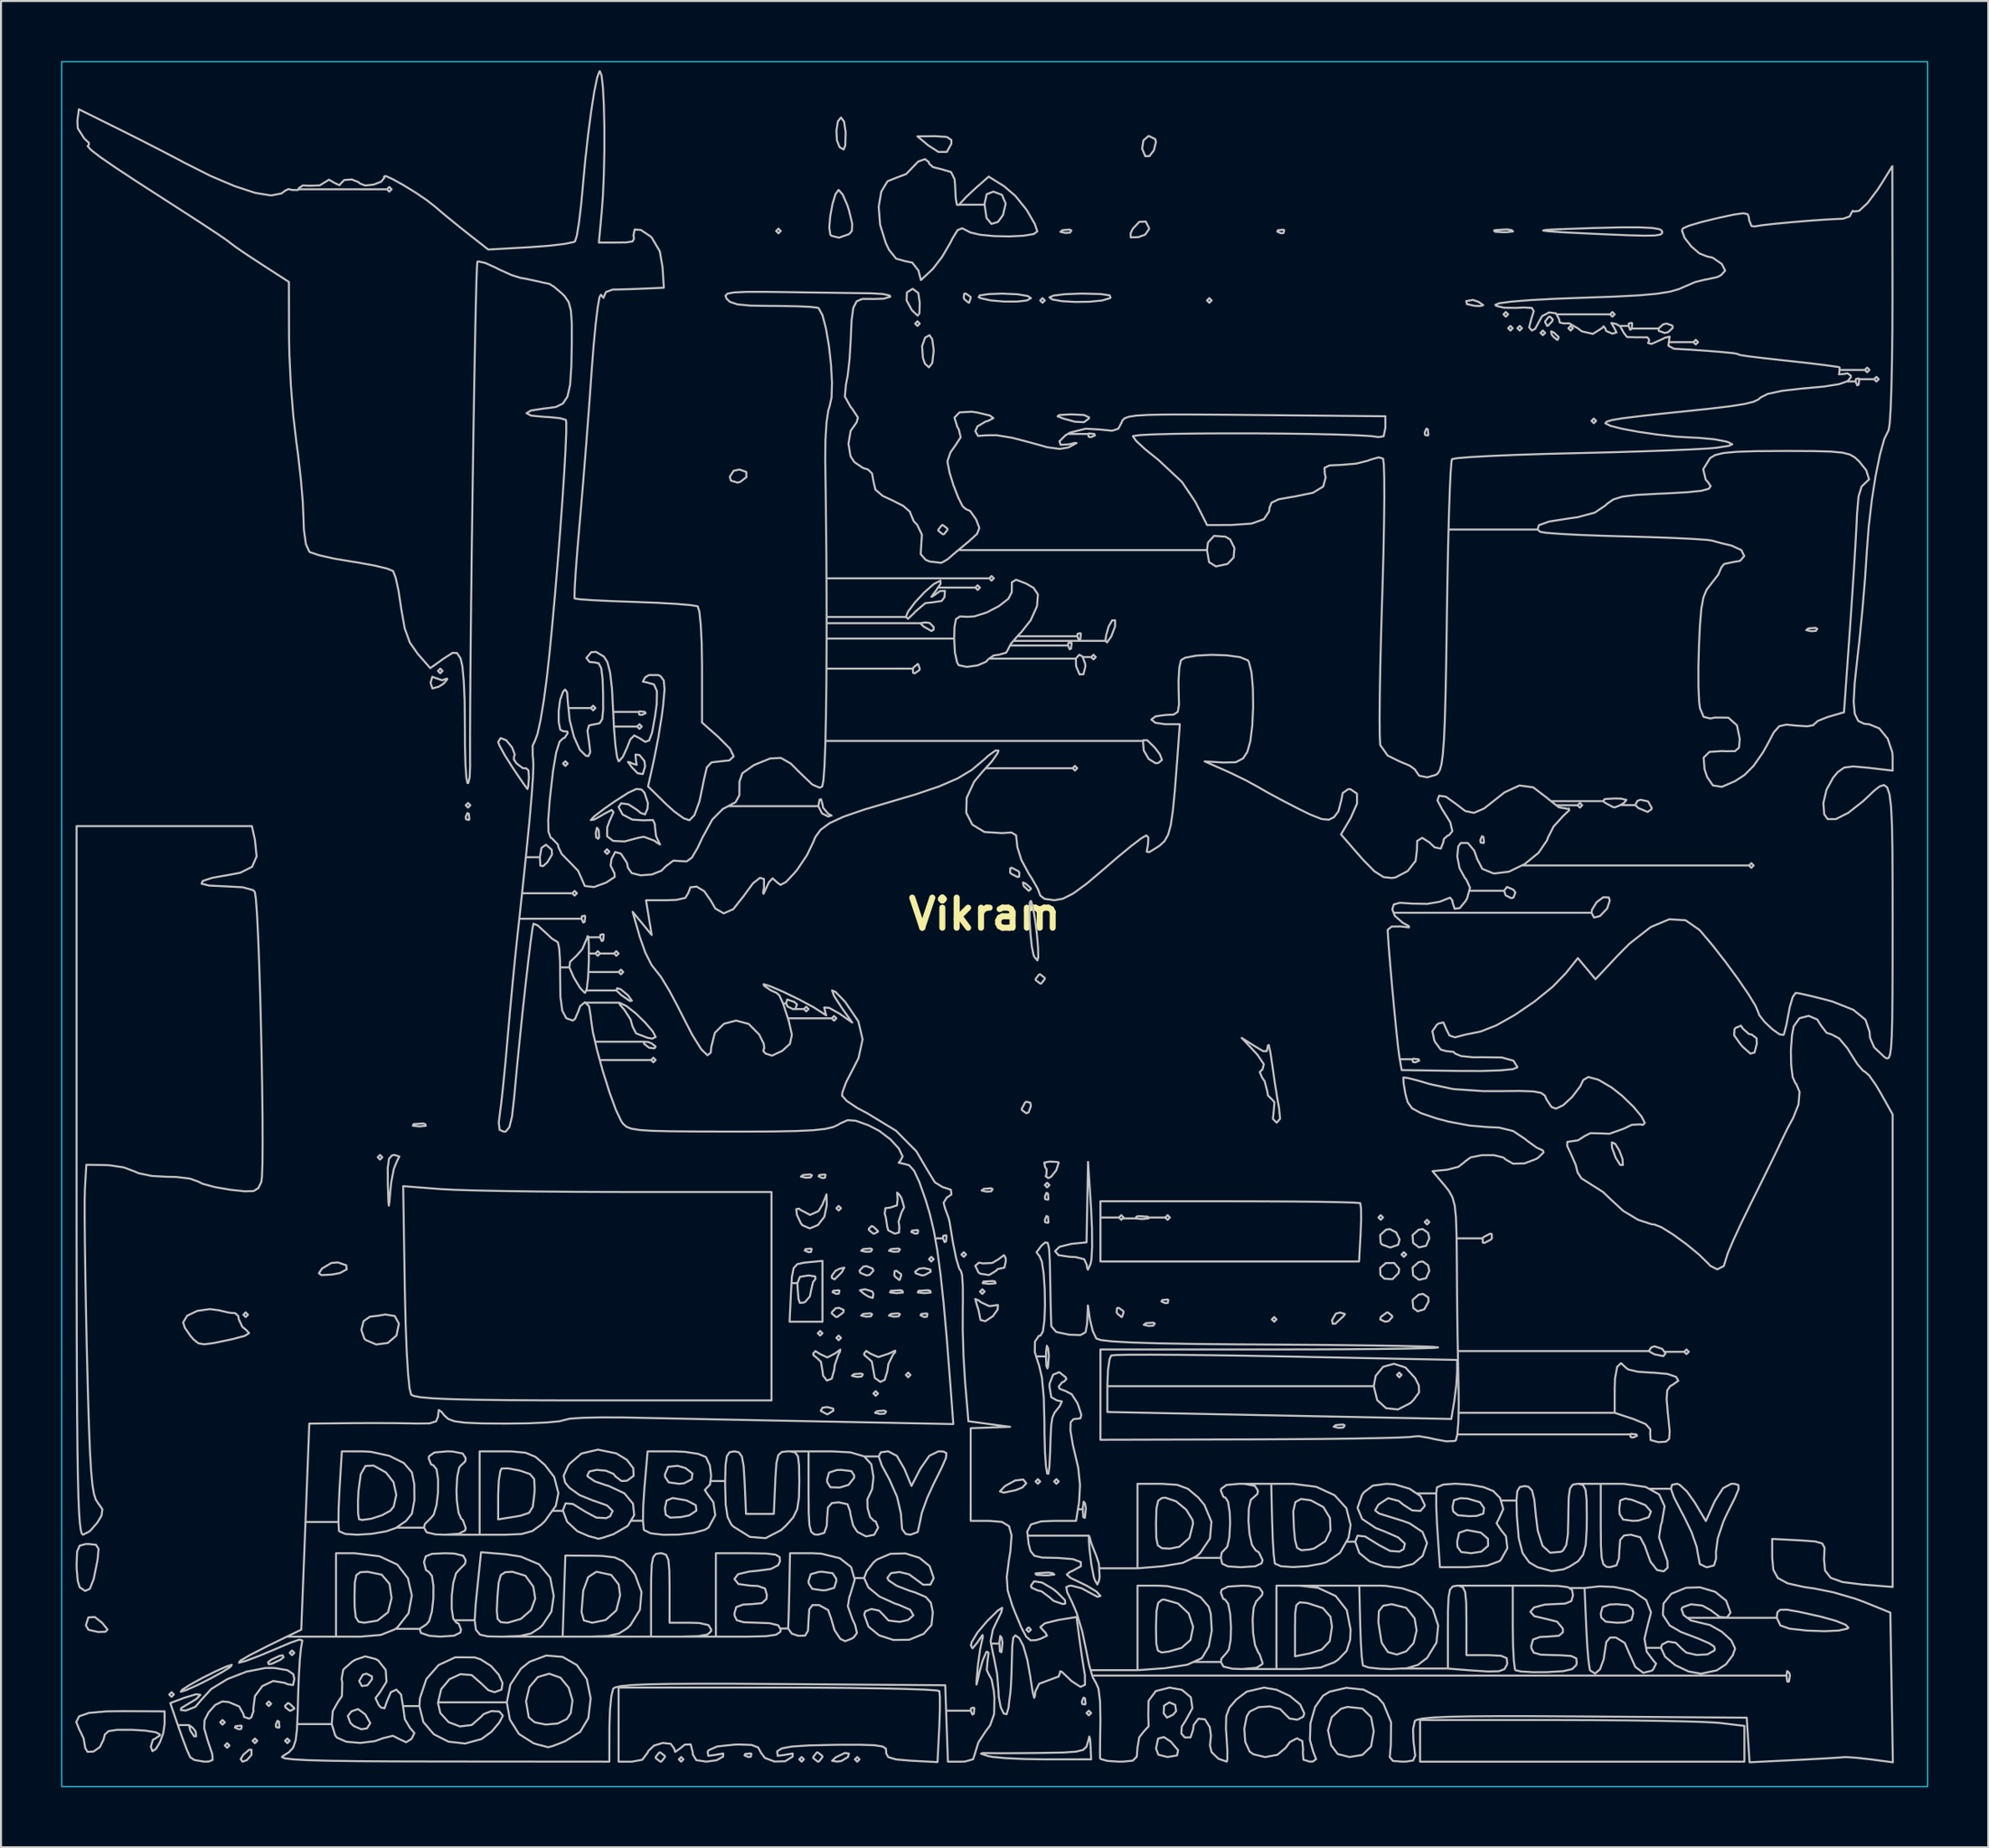
<source format=kicad_pcb>
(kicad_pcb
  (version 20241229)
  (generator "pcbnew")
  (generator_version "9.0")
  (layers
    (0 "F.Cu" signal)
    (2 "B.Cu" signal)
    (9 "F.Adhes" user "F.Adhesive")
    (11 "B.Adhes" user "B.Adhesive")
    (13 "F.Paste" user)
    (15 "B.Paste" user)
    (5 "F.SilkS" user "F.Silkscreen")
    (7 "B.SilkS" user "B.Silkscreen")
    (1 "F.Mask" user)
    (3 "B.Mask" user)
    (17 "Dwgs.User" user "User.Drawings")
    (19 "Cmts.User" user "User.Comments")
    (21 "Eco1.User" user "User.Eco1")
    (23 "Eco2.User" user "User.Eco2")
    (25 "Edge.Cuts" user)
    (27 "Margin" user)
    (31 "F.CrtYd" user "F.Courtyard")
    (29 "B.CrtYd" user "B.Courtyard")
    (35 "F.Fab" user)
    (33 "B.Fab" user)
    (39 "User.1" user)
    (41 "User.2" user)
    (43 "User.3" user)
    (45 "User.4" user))
  (footprint "Vikram"
    (layer "F.Cu")
    (at 46.025 42.525)
    (property "Reference" "Vikram" (at 0 0 0) (layer "F.SilkS") (effects (font (size 1.5 1.5) (thickness 0.3))))
    (attr board_only exclude_from_pos_files exclude_from_bom)
    (fp_poly (pts (xy -40.409 38.908) (xy -40.525 39.024) (xy -40.64 38.908) (xy -40.525 38.793)) (stroke (width 0.1) (type solid)) (fill no) (layer "Dwgs.User"))
    (fp_poly (pts (xy -37.869 40.294) (xy -37.985 40.409) (xy -38.1 40.294) (xy -37.985 40.178)) (stroke (width 0.1) (type solid)) (fill no) (layer "Dwgs.User"))
    (fp_poly (pts (xy -37.638 41.448) (xy -37.754 41.564) (xy -37.869 41.448) (xy -37.754 41.333)) (stroke (width 0.1) (type solid)) (fill no) (layer "Dwgs.User"))
    (fp_poly (pts (xy -36.715 19.974) (xy -36.83 20.089) (xy -36.945 19.974) (xy -36.83 19.858)) (stroke (width 0.1) (type solid)) (fill no) (layer "Dwgs.User"))
    (fp_poly (pts (xy -36.253 41.217) (xy -36.368 41.333) (xy -36.484 41.217) (xy -36.368 41.102)) (stroke (width 0.1) (type solid)) (fill no) (layer "Dwgs.User"))
    (fp_poly (pts (xy -35.56 39.37) (xy -35.675 39.485) (xy -35.791 39.37) (xy -35.675 39.255)) (stroke (width 0.1) (type solid)) (fill no) (layer "Dwgs.User"))
    (fp_poly (pts (xy -34.636 41.217) (xy -34.752 41.333) (xy -34.867 41.217) (xy -34.752 41.102)) (stroke (width 0.1) (type solid)) (fill no) (layer "Dwgs.User"))
    (fp_poly (pts (xy -34.405 36.83) (xy -34.521 36.945) (xy -34.636 36.83) (xy -34.521 36.715)) (stroke (width 0.1) (type solid)) (fill no) (layer "Dwgs.User"))
    (fp_poly (pts (xy -30.018 12.123) (xy -30.134 12.238) (xy -30.249 12.123) (xy -30.134 12.007)) (stroke (width 0.1) (type solid)) (fill no) (layer "Dwgs.User"))
    (fp_poly (pts (xy -27.016 -12.123) (xy -27.132 -12.007) (xy -27.247 -12.123) (xy -27.132 -12.238)) (stroke (width 0.1) (type solid)) (fill no) (layer "Dwgs.User"))
    (fp_poly (pts (xy -25.631 -5.426) (xy -25.746 -5.311) (xy -25.862 -5.426) (xy -25.746 -5.542)) (stroke (width 0.1) (type solid)) (fill no) (layer "Dwgs.User"))
    (fp_poly (pts (xy -20.782 -7.505) (xy -20.897 -7.389) (xy -21.013 -7.505) (xy -20.897 -7.62)) (stroke (width 0.1) (type solid)) (fill no) (layer "Dwgs.User"))
    (fp_poly (pts (xy -18.704 -3.117) (xy -18.819 -3.002) (xy -18.935 -3.117) (xy -18.819 -3.233)) (stroke (width 0.1) (type solid)) (fill no) (layer "Dwgs.User"))
    (fp_poly (pts (xy -15.009 42.141) (xy -15.125 42.256) (xy -15.24 42.141) (xy -15.125 42.025)) (stroke (width 0.1) (type solid)) (fill no) (layer "Dwgs.User"))
    (fp_poly (pts (xy -10.16 -34.059) (xy -10.275 -33.944) (xy -10.391 -34.059) (xy -10.275 -34.175)) (stroke (width 0.1) (type solid)) (fill no) (layer "Dwgs.User"))
    (fp_poly (pts (xy -9.005 42.141) (xy -9.121 42.256) (xy -9.236 42.141) (xy -9.121 42.025)) (stroke (width 0.1) (type solid)) (fill no) (layer "Dwgs.User"))
    (fp_poly (pts (xy -8.082 20.897) (xy -8.197 21.013) (xy -8.313 20.897) (xy -8.197 20.782)) (stroke (width 0.1) (type solid)) (fill no) (layer "Dwgs.User"))
    (fp_poly (pts (xy -7.158 14.663) (xy -7.274 14.778) (xy -7.389 14.663) (xy -7.274 14.547)) (stroke (width 0.1) (type solid)) (fill no) (layer "Dwgs.User"))
    (fp_poly (pts (xy -7.158 21.128) (xy -7.274 21.244) (xy -7.389 21.128) (xy -7.274 21.013)) (stroke (width 0.1) (type solid)) (fill no) (layer "Dwgs.User"))
    (fp_poly (pts (xy -6.235 42.141) (xy -6.35 42.256) (xy -6.465 42.141) (xy -6.35 42.025)) (stroke (width 0.1) (type solid)) (fill no) (layer "Dwgs.User"))
    (fp_poly (pts (xy -5.311 23.899) (xy -5.426 24.015) (xy -5.542 23.899) (xy -5.426 23.784)) (stroke (width 0.1) (type solid)) (fill no) (layer "Dwgs.User"))
    (fp_poly (pts (xy -3.695 22.975) (xy -3.81 23.091) (xy -3.925 22.975) (xy -3.81 22.86)) (stroke (width 0.1) (type solid)) (fill no) (layer "Dwgs.User"))
    (fp_poly (pts (xy -3.233 -29.441) (xy -3.348 -29.325) (xy -3.464 -29.441) (xy -3.348 -29.556)) (stroke (width 0.1) (type solid)) (fill no) (layer "Dwgs.User"))
    (fp_poly (pts (xy -2.54 17.203) (xy -2.655 17.318) (xy -2.771 17.203) (xy -2.655 17.087)) (stroke (width 0.1) (type solid)) (fill no) (layer "Dwgs.User"))
    (fp_poly (pts (xy -0.924 16.972) (xy -1.039 17.087) (xy -1.155 16.972) (xy -1.039 16.856)) (stroke (width 0.1) (type solid)) (fill no) (layer "Dwgs.User"))
    (fp_poly (pts (xy -0.000001 18.819) (xy -0.115 18.935) (xy -0.231 18.819) (xy -0.115 18.704)) (stroke (width 0.1) (type solid)) (fill no) (layer "Dwgs.User"))
    (fp_poly (pts (xy 2.309 35.675) (xy 2.194 35.791) (xy 2.078 35.675) (xy 2.194 35.56)) (stroke (width 0.1) (type solid)) (fill no) (layer "Dwgs.User"))
    (fp_poly (pts (xy 2.771 28.286) (xy 2.655 28.402) (xy 2.54 28.286) (xy 2.655 28.171)) (stroke (width 0.1) (type solid)) (fill no) (layer "Dwgs.User"))
    (fp_poly (pts (xy 3.002 -30.595) (xy 2.886 -30.48) (xy 2.771 -30.595) (xy 2.886 -30.711)) (stroke (width 0.1) (type solid)) (fill no) (layer "Dwgs.User"))
    (fp_poly (pts (xy 3.233 13.508) (xy 3.117 13.624) (xy 3.002 13.508) (xy 3.117 13.393)) (stroke (width 0.1) (type solid)) (fill no) (layer "Dwgs.User"))
    (fp_poly (pts (xy 3.695 28.286) (xy 3.579 28.402) (xy 3.464 28.286) (xy 3.579 28.171)) (stroke (width 0.1) (type solid)) (fill no) (layer "Dwgs.User"))
    (fp_poly (pts (xy 5.311 39.832) (xy 5.195 39.947) (xy 5.08 39.832) (xy 5.195 39.716)) (stroke (width 0.1) (type solid)) (fill no) (layer "Dwgs.User"))
    (fp_poly (pts (xy 11.315 -30.595) (xy 11.199 -30.48) (xy 11.084 -30.595) (xy 11.199 -30.711)) (stroke (width 0.1) (type solid)) (fill no) (layer "Dwgs.User"))
    (fp_poly (pts (xy 14.547 20.205) (xy 14.432 20.32) (xy 14.316 20.205) (xy 14.432 20.089)) (stroke (width 0.1) (type solid)) (fill no) (layer "Dwgs.User"))
    (fp_poly (pts (xy 19.858 15.125) (xy 19.743 15.24) (xy 19.627 15.125) (xy 19.743 15.009)) (stroke (width 0.1) (type solid)) (fill no) (layer "Dwgs.User"))
    (fp_poly (pts (xy 20.782 22.975) (xy 20.666 23.091) (xy 20.551 22.975) (xy 20.666 22.86)) (stroke (width 0.1) (type solid)) (fill no) (layer "Dwgs.User"))
    (fp_poly (pts (xy 21.013 16.972) (xy 20.897 17.087) (xy 20.782 16.972) (xy 20.897 16.856)) (stroke (width 0.1) (type solid)) (fill no) (layer "Dwgs.User"))
    (fp_poly (pts (xy 22.167 15.355) (xy 22.052 15.471) (xy 21.936 15.355) (xy 22.052 15.24)) (stroke (width 0.1) (type solid)) (fill no) (layer "Dwgs.User"))
    (fp_poly (pts (xy 26.093 -29.903) (xy 25.977 -29.787) (xy 25.862 -29.903) (xy 25.977 -30.018)) (stroke (width 0.1) (type solid)) (fill no) (layer "Dwgs.User"))
    (fp_poly (pts (xy 26.324 -29.21) (xy 26.208 -29.095) (xy 26.093 -29.21) (xy 26.208 -29.325)) (stroke (width 0.1) (type solid)) (fill no) (layer "Dwgs.User"))
    (fp_poly (pts (xy 26.785 -29.21) (xy 26.67 -29.095) (xy 26.555 -29.21) (xy 26.67 -29.325)) (stroke (width 0.1) (type solid)) (fill no) (layer "Dwgs.User"))
    (fp_poly (pts (xy 27.94 -28.979) (xy 27.825 -28.864) (xy 27.709 -28.979) (xy 27.825 -29.095)) (stroke (width 0.1) (type solid)) (fill no) (layer "Dwgs.User"))
    (fp_poly (pts (xy 29.325 -29.21) (xy 29.21 -29.095) (xy 29.095 -29.21) (xy 29.21 -29.325)) (stroke (width 0.1) (type solid)) (fill no) (layer "Dwgs.User"))
    (fp_poly (pts (xy 30.48 -24.592) (xy 30.365 -24.476) (xy 30.249 -24.592) (xy 30.365 -24.707)) (stroke (width 0.1) (type solid)) (fill no) (layer "Dwgs.User"))
    (fp_poly (pts (xy -37.022 40.486) (xy -37.054 40.623) (xy -37.176 40.64) (xy -37.366 40.556) (xy -37.33 40.486) (xy -37.056 40.458)) (stroke (width 0.1) (type solid)) (fill no) (layer "Dwgs.User"))
    (fp_poly (pts (xy -35.175 40.255) (xy -35.148 40.529) (xy -35.175 40.563) (xy -35.312 40.531) (xy -35.329 40.409) (xy -35.245 40.219)) (stroke (width 0.1) (type solid)) (fill no) (layer "Dwgs.User"))
    (fp_poly (pts (xy -27.882 10.469) (xy -27.853 10.553) (xy -28.171 10.585) (xy -28.499 10.549) (xy -28.46 10.469) (xy -27.987 10.438)) (stroke (width 0.1) (type solid)) (fill no) (layer "Dwgs.User"))
    (fp_poly (pts (xy -25.708 -5.003) (xy -25.68 -4.729) (xy -25.708 -4.695) (xy -25.845 -4.727) (xy -25.862 -4.849) (xy -25.777 -5.039)) (stroke (width 0.1) (type solid)) (fill no) (layer "Dwgs.User"))
    (fp_poly (pts (xy -19.239 -4.2) (xy -19.211 -3.839) (xy -19.257 -3.757) (xy -19.362 -3.826) (xy -19.378 -4.06) (xy -19.322 -4.307)) (stroke (width 0.1) (type solid)) (fill no) (layer "Dwgs.User"))
    (fp_poly (pts (xy -11.622 41.872) (xy -11.654 42.009) (xy -11.776 42.025) (xy -11.966 41.941) (xy -11.93 41.872) (xy -11.656 41.844)) (stroke (width 0.1) (type solid)) (fill no) (layer "Dwgs.User"))
    (fp_poly (pts (xy -8.621 16.702) (xy -8.652 16.84) (xy -8.775 16.856) (xy -8.965 16.772) (xy -8.928 16.702) (xy -8.654 16.675)) (stroke (width 0.1) (type solid)) (fill no) (layer "Dwgs.User"))
    (fp_poly (pts (xy -8.606 13.022) (xy -8.675 13.127) (xy -8.909 13.144) (xy -9.156 13.087) (xy -9.049 13.004) (xy -8.688 12.977)) (stroke (width 0.1) (type solid)) (fill no) (layer "Dwgs.User"))
    (fp_poly (pts (xy -7.928 13.008) (xy -7.96 13.145) (xy -8.082 13.162) (xy -8.272 13.077) (xy -8.236 13.008) (xy -7.962 12.98)) (stroke (width 0.1) (type solid)) (fill no) (layer "Dwgs.User"))
    (fp_poly (pts (xy -7.235 18.781) (xy -7.267 18.918) (xy -7.389 18.935) (xy -7.579 18.85) (xy -7.543 18.781) (xy -7.269 18.753)) (stroke (width 0.1) (type solid)) (fill no) (layer "Dwgs.User"))
    (fp_poly (pts (xy -6.066 22.951) (xy -6.135 23.056) (xy -6.369 23.073) (xy -6.616 23.016) (xy -6.509 22.933) (xy -6.148 22.906)) (stroke (width 0.1) (type solid)) (fill no) (layer "Dwgs.User"))
    (fp_poly (pts (xy -5.604 16.717) (xy -5.673 16.822) (xy -5.907 16.838) (xy -6.154 16.782) (xy -6.047 16.699) (xy -5.686 16.671)) (stroke (width 0.1) (type solid)) (fill no) (layer "Dwgs.User"))
    (fp_poly (pts (xy -5.604 19.95) (xy -5.673 20.055) (xy -5.907 20.071) (xy -6.154 20.014) (xy -6.047 19.931) (xy -5.686 19.904)) (stroke (width 0.1) (type solid)) (fill no) (layer "Dwgs.User"))
    (fp_poly (pts (xy -4.912 24.799) (xy -4.98 24.904) (xy -5.215 24.92) (xy -5.461 24.864) (xy -5.354 24.78) (xy -4.993 24.753)) (stroke (width 0.1) (type solid)) (fill no) (layer "Dwgs.User"))
    (fp_poly (pts (xy -4.219 16.717) (xy -4.288 16.822) (xy -4.522 16.838) (xy -4.768 16.782) (xy -4.661 16.699) (xy -4.301 16.671)) (stroke (width 0.1) (type solid)) (fill no) (layer "Dwgs.User"))
    (fp_poly (pts (xy -4.219 19.95) (xy -4.288 20.055) (xy -4.522 20.071) (xy -4.768 20.014) (xy -4.661 19.931) (xy -4.301 19.904)) (stroke (width 0.1) (type solid)) (fill no) (layer "Dwgs.User"))
    (fp_poly (pts (xy -4.099 18.782) (xy -4.07 18.866) (xy -4.387 18.898) (xy -4.715 18.862) (xy -4.676 18.782) (xy -4.203 18.751)) (stroke (width 0.1) (type solid)) (fill no) (layer "Dwgs.User"))
    (fp_poly (pts (xy -3.31 15.779) (xy -3.341 15.916) (xy -3.464 15.933) (xy -3.654 15.848) (xy -3.618 15.779) (xy -3.344 15.751)) (stroke (width 0.1) (type solid)) (fill no) (layer "Dwgs.User"))
    (fp_poly (pts (xy -2.848 19.935) (xy -2.88 20.072) (xy -3.002 20.089) (xy -3.192 20.005) (xy -3.156 19.935) (xy -2.882 19.908)) (stroke (width 0.1) (type solid)) (fill no) (layer "Dwgs.User"))
    (fp_poly (pts (xy -2.713 18.782) (xy -2.684 18.866) (xy -3.002 18.898) (xy -3.33 18.862) (xy -3.29 18.782) (xy -2.818 18.751)) (stroke (width 0.1) (type solid)) (fill no) (layer "Dwgs.User"))
    (fp_poly (pts (xy 0.399 13.715) (xy 0.33 13.82) (xy 0.096 13.836) (xy -0.15 13.78) (xy -0.043 13.697) (xy 0.318 13.669)) (stroke (width 0.1) (type solid)) (fill no) (layer "Dwgs.User"))
    (fp_poly (pts (xy 0.52 18.32) (xy 0.549 18.404) (xy 0.231 18.436) (xy -0.097 18.4) (xy -0.058 18.32) (xy 0.415 18.289)) (stroke (width 0.1) (type solid)) (fill no) (layer "Dwgs.User"))
    (fp_poly (pts (xy 3.156 13.932) (xy 3.183 14.206) (xy 3.156 14.239) (xy 3.018 14.208) (xy 3.002 14.085) (xy 3.086 13.895)) (stroke (width 0.1) (type solid)) (fill no) (layer "Dwgs.User"))
    (fp_poly (pts (xy 3.156 15.086) (xy 3.183 15.36) (xy 3.156 15.394) (xy 3.018 15.362) (xy 3.002 15.24) (xy 3.086 15.05)) (stroke (width 0.1) (type solid)) (fill no) (layer "Dwgs.User"))
    (fp_poly (pts (xy 4.325 -34.083) (xy 4.256 -33.978) (xy 4.022 -33.962) (xy 3.775 -34.018) (xy 3.882 -34.101) (xy 4.243 -34.129)) (stroke (width 0.1) (type solid)) (fill no) (layer "Dwgs.User"))
    (fp_poly (pts (xy 5.003 39.101) (xy 5.031 39.375) (xy 5.003 39.408) (xy 4.866 39.377) (xy 4.849 39.255) (xy 4.934 39.064)) (stroke (width 0.1) (type solid)) (fill no) (layer "Dwgs.User"))
    (fp_poly (pts (xy 8.481 20.411) (xy 8.412 20.516) (xy 8.178 20.533) (xy 7.932 20.476) (xy 8.039 20.393) (xy 8.399 20.366)) (stroke (width 0.1) (type solid)) (fill no) (layer "Dwgs.User"))
    (fp_poly (pts (xy 9.159 19.242) (xy 9.128 19.38) (xy 9.005 19.396) (xy 8.815 19.312) (xy 8.852 19.242) (xy 9.126 19.215)) (stroke (width 0.1) (type solid)) (fill no) (layer "Dwgs.User"))
    (fp_poly (pts (xy 14.932 -34.098) (xy 14.9 -33.96) (xy 14.778 -33.944) (xy 14.588 -34.028) (xy 14.624 -34.098) (xy 14.898 -34.125)) (stroke (width 0.1) (type solid)) (fill no) (layer "Dwgs.User"))
    (fp_poly (pts (xy 17.948 25.491) (xy 17.88 25.596) (xy 17.645 25.613) (xy 17.399 25.556) (xy 17.506 25.473) (xy 17.867 25.446)) (stroke (width 0.1) (type solid)) (fill no) (layer "Dwgs.User"))
    (fp_poly (pts (xy 22.09 -24.168) (xy 22.118 -23.894) (xy 22.09 -23.861) (xy 21.953 -23.892) (xy 21.936 -24.015) (xy 22.021 -24.205)) (stroke (width 0.1) (type solid)) (fill no) (layer "Dwgs.User"))
    (fp_poly (pts (xy 24.861 -3.848) (xy 24.889 -3.574) (xy 24.861 -3.541) (xy 24.724 -3.572) (xy 24.707 -3.695) (xy 24.792 -3.885)) (stroke (width 0.1) (type solid)) (fill no) (layer "Dwgs.User"))
    (fp_poly (pts (xy 41.501 -14.225) (xy 41.432 -14.12) (xy 41.198 -14.104) (xy 40.952 -14.16) (xy 41.059 -14.243) (xy 41.419 -14.271)) (stroke (width 0.1) (type solid)) (fill no) (layer "Dwgs.User"))
    (fp_poly (pts (xy -36.538 41.915) (xy -36.771 42.181) (xy -36.987 42.256) (xy -37.08 42.124) (xy -36.941 41.904) (xy -36.658 41.662) (xy -36.543 41.658)) (stroke (width 0.1) (type solid)) (fill no) (layer "Dwgs.User"))
    (fp_poly (pts (xy -30.538 38.003) (xy -30.533 38.143) (xy -30.763 38.448) (xy -31.039 38.487) (xy -31.173 38.235) (xy -30.987 37.917) (xy -30.807 37.869)) (stroke (width 0.1) (type solid)) (fill no) (layer "Dwgs.User"))
    (fp_poly (pts (xy 2.043 -1.523) (xy 2.288 -1.308) (xy 2.309 -1.256) (xy 2.2 -1.161) (xy 1.971 -1.374) (xy 1.941 -1.421) (xy 1.913 -1.579)) (stroke (width 0.1) (type solid)) (fill no) (layer "Dwgs.User"))
    (fp_poly (pts (xy 9.497 39.423) (xy 9.546 39.732) (xy 9.389 39.917) (xy 9.09 40.061) (xy 8.927 39.845) (xy 8.943 39.468) (xy 9.206 39.299)) (stroke (width 0.1) (type solid)) (fill no) (layer "Dwgs.User"))
    (fp_poly (pts (xy 24.618 -30.525) (xy 24.855 -30.362) (xy 24.697 -30.317) (xy 24.421 -30.328) (xy 24.04 -30.414) (xy 24.004 -30.562) (xy 24.34 -30.624)) (stroke (width 0.1) (type solid)) (fill no) (layer "Dwgs.User"))
    (fp_poly (pts (xy 28.366 -29.001) (xy 28.614 -28.769) (xy 28.563 -28.635) (xy 28.531 -28.633) (xy 28.336 -28.797) (xy 28.264 -28.899) (xy 28.237 -29.057)) (stroke (width 0.1) (type solid)) (fill no) (layer "Dwgs.User"))
    (fp_poly (pts (xy -43.983 35.335) (xy -43.716 35.666) (xy -43.818 35.779) (xy -44.183 35.791) (xy -44.668 35.681) (xy -44.796 35.458) (xy -44.67 35.062) (xy -44.347 35.046)) (stroke (width 0.1) (type solid)) (fill no) (layer "Dwgs.User"))
    (fp_poly (pts (xy -34.941 37.048) (xy -35.098 37.176) (xy -35.519 37.372) (xy -35.675 37.4) (xy -35.717 37.305) (xy -35.56 37.176) (xy -35.139 36.981) (xy -34.983 36.953)) (stroke (width 0.1) (type solid)) (fill no) (layer "Dwgs.User"))
    (fp_poly (pts (xy -34.636 39.37) (xy -34.416 39.577) (xy -34.405 39.615) (xy -34.584 39.714) (xy -34.636 39.716) (xy -34.858 39.539) (xy -34.867 39.472) (xy -34.726 39.334)) (stroke (width 0.1) (type solid)) (fill no) (layer "Dwgs.User"))
    (fp_poly (pts (xy -15.939 41.97) (xy -15.933 42.025) (xy -16.108 42.25) (xy -16.164 42.256) (xy -16.388 42.081) (xy -16.395 42.025) (xy -16.219 41.801) (xy -16.164 41.795)) (stroke (width 0.1) (type solid)) (fill no) (layer "Dwgs.User"))
    (fp_poly (pts (xy -11.88 -22.046) (xy -11.872 -21.788) (xy -12.169 -21.556) (xy -12.315 -21.515) (xy -12.645 -21.615) (xy -12.7 -21.804) (xy -12.506 -22.104) (xy -12.219 -22.167)) (stroke (width 0.1) (type solid)) (fill no) (layer "Dwgs.User"))
    (fp_poly (pts (xy -8.089 41.97) (xy -8.082 42.025) (xy -8.258 42.25) (xy -8.313 42.256) (xy -8.537 42.081) (xy -8.544 42.025) (xy -8.368 41.801) (xy -8.313 41.795)) (stroke (width 0.1) (type solid)) (fill no) (layer "Dwgs.User"))
    (fp_poly (pts (xy -7.549 24.653) (xy -7.535 24.757) (xy -7.831 24.937) (xy -7.851 24.938) (xy -8.155 24.774) (xy -8.167 24.757) (xy -8.076 24.608) (xy -7.851 24.575)) (stroke (width 0.1) (type solid)) (fill no) (layer "Dwgs.User"))
    (fp_poly (pts (xy -7.098 17.822) (xy -7.154 17.89) (xy -7.479 18.21) (xy -7.613 18.137) (xy -7.62 18.036) (xy -7.435 17.788) (xy -7.241 17.684) (xy -6.992 17.625)) (stroke (width 0.1) (type solid)) (fill no) (layer "Dwgs.User"))
    (fp_poly (pts (xy -7.021 19.739) (xy -7.043 19.858) (xy -7.338 20.08) (xy -7.403 20.089) (xy -7.614 19.913) (xy -7.62 19.858) (xy -7.432 19.656) (xy -7.26 19.627)) (stroke (width 0.1) (type solid)) (fill no) (layer "Dwgs.User"))
    (fp_poly (pts (xy -6.764 41.855) (xy -6.812 42.025) (xy -7.141 42.226) (xy -7.345 42.253) (xy -7.603 42.215) (xy -7.436 42.056) (xy -7.389 42.025) (xy -6.966 41.821)) (stroke (width 0.1) (type solid)) (fill no) (layer "Dwgs.User"))
    (fp_poly (pts (xy -5.603 18.813) (xy -5.542 18.935) (xy -5.577 19.136) (xy -5.777 19.076) (xy -6.004 18.935) (xy -6.216 18.756) (xy -5.998 18.708) (xy -5.946 18.707)) (stroke (width 0.1) (type solid)) (fill no) (layer "Dwgs.User"))
    (fp_poly (pts (xy -5.581 17.674) (xy -5.542 17.78) (xy -5.729 17.985) (xy -5.888 18.011) (xy -6.195 17.886) (xy -6.235 17.78) (xy -6.048 17.575) (xy -5.888 17.549)) (stroke (width 0.1) (type solid)) (fill no) (layer "Dwgs.User"))
    (fp_poly (pts (xy -5.542 15.586) (xy -5.322 15.794) (xy -5.311 15.831) (xy -5.49 15.93) (xy -5.542 15.933) (xy -5.764 15.755) (xy -5.773 15.688) (xy -5.631 15.55)) (stroke (width 0.1) (type solid)) (fill no) (layer "Dwgs.User"))
    (fp_poly (pts (xy -4.166 17.948) (xy -4.156 18.011) (xy -4.235 18.236) (xy -4.258 18.242) (xy -4.455 18.08) (xy -4.503 18.011) (xy -4.484 17.798) (xy -4.401 17.78)) (stroke (width 0.1) (type solid)) (fill no) (layer "Dwgs.User"))
    (fp_poly (pts (xy -2.705 17.723) (xy -2.686 17.829) (xy -2.989 17.996) (xy -3.131 18.011) (xy -3.43 17.909) (xy -3.464 17.829) (xy -3.271 17.68) (xy -3.019 17.648)) (stroke (width 0.1) (type solid)) (fill no) (layer "Dwgs.User"))
    (fp_poly (pts (xy -1.884 -38.749) (xy -1.659 -38.595) (xy -1.657 -38.408) (xy -1.882 -38.001) (xy -2.305 -38.003) (xy -2.794 -38.316) (xy -3.348 -38.777) (xy -2.465 -38.785)) (stroke (width 0.1) (type solid)) (fill no) (layer "Dwgs.User"))
    (fp_poly (pts (xy -1.854 -19.221) (xy -1.847 -19.165) (xy -2.023 -18.941) (xy -2.078 -18.935) (xy -2.302 -19.11) (xy -2.309 -19.165) (xy -2.133 -19.39) (xy -2.078 -19.396)) (stroke (width 0.1) (type solid)) (fill no) (layer "Dwgs.User"))
    (fp_poly (pts (xy -0.702 -30.774) (xy -0.693 -30.711) (xy -0.772 -30.486) (xy -0.795 -30.48) (xy -0.992 -30.642) (xy -1.039 -30.711) (xy -1.021 -30.924) (xy -0.937 -30.942)) (stroke (width 0.1) (type solid)) (fill no) (layer "Dwgs.User"))
    (fp_poly (pts (xy 1.685 -2.141) (xy 1.732 -2.078) (xy 1.721 -1.865) (xy 1.644 -1.847) (xy 1.317 -2.016) (xy 1.27 -2.078) (xy 1.281 -2.291) (xy 1.358 -2.309)) (stroke (width 0.1) (type solid)) (fill no) (layer "Dwgs.User"))
    (fp_poly (pts (xy 2.276 9.404) (xy 2.309 9.569) (xy 2.189 9.885) (xy 2.078 9.929) (xy 1.854 9.763) (xy 1.847 9.712) (xy 2.015 9.399) (xy 2.078 9.352)) (stroke (width 0.1) (type solid)) (fill no) (layer "Dwgs.User"))
    (fp_poly (pts (xy 2.995 3.178) (xy 3.002 3.233) (xy 2.826 3.457) (xy 2.771 3.464) (xy 2.547 3.288) (xy 2.54 3.233) (xy 2.716 3.009) (xy 2.771 3.002)) (stroke (width 0.1) (type solid)) (fill no) (layer "Dwgs.User"))
    (fp_poly (pts (xy 3.406 32.861) (xy 3.478 32.928) (xy 3.158 32.964) (xy 3.002 32.966) (xy 2.582 32.942) (xy 2.532 32.882) (xy 2.598 32.861) (xy 3.183 32.825)) (stroke (width 0.1) (type solid)) (fill no) (layer "Dwgs.User"))
    (fp_poly (pts (xy 6.918 19.795) (xy 6.927 19.858) (xy 6.848 20.083) (xy 6.825 20.089) (xy 6.628 19.927) (xy 6.581 19.858) (xy 6.599 19.645) (xy 6.683 19.627)) (stroke (width 0.1) (type solid)) (fill no) (layer "Dwgs.User"))
    (fp_poly (pts (xy 9.275 41.253) (xy 9.646 41.687) (xy 9.592 41.943) (xy 9.121 42.025) (xy 8.66 41.909) (xy 8.544 41.602) (xy 8.645 41.106) (xy 8.937 41.028)) (stroke (width 0.1) (type solid)) (fill no) (layer "Dwgs.User"))
    (fp_poly (pts (xy 17.958 19.936) (xy 17.895 20.038) (xy 17.535 20.369) (xy 17.491 20.419) (xy 17.347 20.421) (xy 17.318 20.243) (xy 17.506 19.919) (xy 17.722 19.862)) (stroke (width 0.1) (type solid)) (fill no) (layer "Dwgs.User"))
    (fp_poly (pts (xy 20.314 20.034) (xy 20.32 20.089) (xy 20.132 20.292) (xy 19.96 20.32) (xy 19.721 20.208) (xy 19.743 20.089) (xy 20.038 19.867) (xy 20.103 19.858)) (stroke (width 0.1) (type solid)) (fill no) (layer "Dwgs.User"))
    (fp_poly (pts (xy 20.662 17.686) (xy 20.638 17.887) (xy 20.331 18.201) (xy 19.926 18.177) (xy 19.73 17.991) (xy 19.716 17.643) (xy 19.999 17.397) (xy 20.416 17.394)) (stroke (width 0.1) (type solid)) (fill no) (layer "Dwgs.User"))
    (fp_poly (pts (xy 22.104 15.894) (xy 22.167 16.164) (xy 22.003 16.535) (xy 21.653 16.616) (xy 21.359 16.395) (xy 21.329 16.007) (xy 21.629 15.737) (xy 21.835 15.702)) (stroke (width 0.1) (type solid)) (fill no) (layer "Dwgs.User"))
    (fp_poly (pts (xy 22.104 17.51) (xy 22.167 17.78) (xy 22.003 18.151) (xy 21.653 18.233) (xy 21.359 18.011) (xy 21.329 17.624) (xy 21.629 17.353) (xy 21.835 17.318)) (stroke (width 0.1) (type solid)) (fill no) (layer "Dwgs.User"))
    (fp_poly (pts (xy 22.116 19.111) (xy 22.126 19.32) (xy 21.913 19.704) (xy 21.585 19.803) (xy 21.367 19.639) (xy 21.329 19.243) (xy 21.632 18.971) (xy 21.851 18.935)) (stroke (width 0.1) (type solid)) (fill no) (layer "Dwgs.User"))
    (fp_poly (pts (xy 26.266 -34.103) (xy 26.338 -34.036) (xy 26.018 -33.999) (xy 25.862 -33.997) (xy 25.442 -34.021) (xy 25.392 -34.081) (xy 25.458 -34.103) (xy 26.043 -34.139)) (stroke (width 0.1) (type solid)) (fill no) (layer "Dwgs.User"))
    (fp_poly (pts (xy 28.322 -29.646) (xy 28.286 -29.556) (xy 28.079 -29.336) (xy 28.042 -29.325) (xy 27.943 -29.504) (xy 27.94 -29.556) (xy 28.118 -29.778) (xy 28.185 -29.787)) (stroke (width 0.1) (type solid)) (fill no) (layer "Dwgs.User"))
    (fp_poly (pts (xy -31.814 17.51) (xy -31.797 17.714) (xy -32.142 17.898) (xy -32.544 17.971) (xy -33.052 17.998) (xy -33.181 17.907) (xy -33.026 17.671) (xy -32.556 17.391) (xy -32.232 17.365)) (stroke (width 0.1) (type solid)) (fill no) (layer "Dwgs.User"))
    (fp_poly (pts (xy 2.078 28.375) (xy 1.884 28.585) (xy 1.559 28.718) (xy 0.95 28.844) (xy 0.763 28.782) (xy 0.998 28.531) (xy 1.025 28.51) (xy 1.527 28.235) (xy 1.924 28.189)) (stroke (width 0.1) (type solid)) (fill no) (layer "Dwgs.User"))
    (fp_poly (pts (xy 8.195 -34.21) (xy 8.197 -34.155) (xy 8 -33.875) (xy 7.66 -33.752) (xy 7.286 -33.741) (xy 7.277 -33.948) (xy 7.387 -34.17) (xy 7.71 -34.515) (xy 8.031 -34.528)) (stroke (width 0.1) (type solid)) (fill no) (layer "Dwgs.User"))
    (fp_poly (pts (xy 8.502 -38.638) (xy 8.54 -38.504) (xy 8.437 -38.08) (xy 8.216 -37.792) (xy 8.008 -37.789) (xy 7.851 -38.164) (xy 7.916 -38.573) (xy 8.162 -38.79) (xy 8.197 -38.793)) (stroke (width 0.1) (type solid)) (fill no) (layer "Dwgs.User"))
    (fp_poly (pts (xy 20.515 15.871) (xy 20.683 16.222) (xy 20.612 16.487) (xy 20.215 16.621) (xy 19.811 16.475) (xy 19.743 16.395) (xy 19.714 16.006) (xy 20.008 15.734) (xy 20.193 15.702)) (stroke (width 0.1) (type solid)) (fill no) (layer "Dwgs.User"))
    (fp_poly (pts (xy -30.867 39.902) (xy -30.861 39.909) (xy -30.621 40.337) (xy -30.784 40.594) (xy -31.067 40.64) (xy -31.444 40.479) (xy -31.609 40.324) (xy -31.739 39.98) (xy -31.557 39.748) (xy -31.231 39.632)) (stroke (width 0.1) (type solid)) (fill no) (layer "Dwgs.User"))
    (fp_poly (pts (xy -14.913 27.618) (xy -14.563 27.886) (xy -14.601 28.179) (xy -14.976 28.377) (xy -15.24 28.402) (xy -15.747 28.329) (xy -15.926 28.059) (xy -15.933 27.94) (xy -15.772 27.556) (xy -15.301 27.504)) (stroke (width 0.1) (type solid)) (fill no) (layer "Dwgs.User"))
    (fp_poly (pts (xy -3.304 -30.966) (xy -3.233 -30.48) (xy -3.247 -29.959) (xy -3.338 -29.839) (xy -3.574 -30.061) (xy -3.637 -30.133) (xy -3.89 -30.598) (xy -3.872 -30.997) (xy -3.591 -31.173) (xy -3.579 -31.173)) (stroke (width 0.1) (type solid)) (fill no) (layer "Dwgs.User"))
    (fp_poly (pts (xy -2.61 -28.661) (xy -2.542 -28.161) (xy -2.54 -28.055) (xy -2.609 -27.476) (xy -2.773 -27.259) (xy -2.971 -27.439) (xy -3.075 -27.731) (xy -3.117 -28.31) (xy -2.967 -28.74) (xy -2.746 -28.864)) (stroke (width 0.1) (type solid)) (fill no) (layer "Dwgs.User"))
    (fp_poly (pts (xy 4.961 -24.884) (xy 5.207 -24.765) (xy 5.195 -24.707) (xy 4.954 -24.526) (xy 4.503 -24.547) (xy 3.925 -24.707) (xy 3.636 -24.821) (xy 3.717 -24.883) (xy 4.211 -24.912) (xy 4.343 -24.915)) (stroke (width 0.1) (type solid)) (fill no) (layer "Dwgs.User"))
    (fp_poly (pts (xy 31.429 11.453) (xy 31.636 11.788) (xy 31.793 12.203) (xy 31.814 12.508) (xy 31.679 12.502) (xy 31.462 12.158) (xy 31.444 12.119) (xy 31.271 11.641) (xy 31.261 11.38) (xy 31.261 11.38)) (stroke (width 0.1) (type solid)) (fill no) (layer "Dwgs.User"))
    (fp_poly (pts (xy -27.35 -11.766) (xy -27.031 -11.657) (xy -26.937 -11.701) (xy -26.79 -11.739) (xy -26.785 -11.708) (xy -26.962 -11.494) (xy -27.198 -11.341) (xy -27.521 -11.25) (xy -27.61 -11.522) (xy -27.61 -11.551) (xy -27.528 -11.835)) (stroke (width 0.1) (type solid)) (fill no) (layer "Dwgs.User"))
    (fp_poly (pts (xy -14.929 29.216) (xy -14.836 29.24) (xy -14.394 29.468) (xy -14.365 29.741) (xy -14.718 29.974) (xy -15.125 30.062) (xy -15.667 30.089) (xy -15.892 29.947) (xy -15.933 29.625) (xy -15.852 29.238) (xy -15.548 29.112)) (stroke (width 0.1) (type solid)) (fill no) (layer "Dwgs.User"))
    (fp_poly (pts (xy -6.642 27.769) (xy -6.496 27.992) (xy -6.508 28.113) (xy -6.787 28.458) (xy -7.218 28.59) (xy -7.684 28.576) (xy -7.844 28.324) (xy -7.851 28.186) (xy -7.751 27.842) (xy -7.371 27.717) (xy -7.141 27.709)) (stroke (width 0.1) (type solid)) (fill no) (layer "Dwgs.User"))
    (fp_poly (pts (xy 3.614 12.357) (xy 3.695 12.384) (xy 3.572 12.767) (xy 3.316 13.094) (xy 3.17 13.162) (xy 3.04 13.062) (xy 3.077 13.01) (xy 3.092 12.728) (xy 3.013 12.598) (xy 2.974 12.387) (xy 3.246 12.337)) (stroke (width 0.1) (type solid)) (fill no) (layer "Dwgs.User"))
    (fp_poly (pts (xy 24.07 29.138) (xy 24.69 29.319) (xy 24.895 29.614) (xy 24.856 29.889) (xy 24.525 30.004) (xy 24.147 30.018) (xy 23.585 29.97) (xy 23.354 29.778) (xy 23.322 29.542) (xy 23.398 29.218) (xy 23.715 29.119)) (stroke (width 0.1) (type solid)) (fill no) (layer "Dwgs.User"))
    (fp_poly (pts (xy 24.73 30.835) (xy 25.088 31.141) (xy 25.095 31.496) (xy 24.756 31.784) (xy 24.253 31.865) (xy 23.754 31.805) (xy 23.57 31.546) (xy 23.553 31.288) (xy 23.652 30.845) (xy 24.021 30.715) (xy 24.072 30.714)) (stroke (width 0.1) (type solid)) (fill no) (layer "Dwgs.User"))
    (fp_poly (pts (xy 32.27 29.201) (xy 32.934 29.467) (xy 33.212 29.784) (xy 33.101 30.068) (xy 32.595 30.234) (xy 32.314 30.249) (xy 31.826 30.185) (xy 31.65 29.91) (xy 31.635 29.647) (xy 31.686 29.229) (xy 31.936 29.136)) (stroke (width 0.1) (type solid)) (fill no) (layer "Dwgs.User"))
    (fp_poly (pts (xy -37.585 37.524) (xy -37.973 37.774) (xy -38.562 38.1) (xy -39.265 38.453) (xy -39.816 38.696) (xy -40.063 38.771) (xy -40.001 38.676) (xy -39.612 38.426) (xy -39.024 38.1) (xy -38.32 37.747) (xy -37.769 37.504) (xy -37.523 37.429)) (stroke (width 0.1) (type solid)) (fill no) (layer "Dwgs.User"))
    (fp_poly (pts (xy -17.207 -7.936) (xy -16.956 -7.634) (xy -16.921 -7.37) (xy -17.035 -6.982) (xy -17.295 -7.024) (xy -17.579 -7.318) (xy -17.776 -7.588) (xy -17.664 -7.567) (xy -17.568 -7.511) (xy -17.34 -7.444) (xy -17.383 -7.686) (xy -17.398 -7.954)) (stroke (width 0.1) (type solid)) (fill no) (layer "Dwgs.User"))
    (fp_poly (pts (xy -7.575 32.862) (xy -7.396 33.132) (xy -7.389 33.251) (xy -7.498 33.589) (xy -7.903 33.708) (xy -8.082 33.713) (xy -8.589 33.64) (xy -8.767 33.37) (xy -8.775 33.251) (xy -8.666 32.913) (xy -8.261 32.794) (xy -8.082 32.789)) (stroke (width 0.1) (type solid)) (fill no) (layer "Dwgs.User"))
    (fp_poly (pts (xy -7.006 -39.513) (xy -6.929 -39.014) (xy -6.927 -38.908) (xy -6.946 -38.323) (xy -7.028 -38.123) (xy -7.209 -38.228) (xy -7.235 -38.254) (xy -7.362 -38.585) (xy -7.384 -39.075) (xy -7.313 -39.521) (xy -7.159 -39.716) (xy -7.158 -39.716)) (stroke (width 0.1) (type solid)) (fill no) (layer "Dwgs.User"))
    (fp_poly (pts (xy 1.63 -30.906) (xy 2.148 -30.818) (xy 2.309 -30.711) (xy 2.106 -30.594) (xy 1.6 -30.539) (xy 0.945 -30.541) (xy 0.295 -30.598) (xy -0.194 -30.708) (xy -0.299 -30.758) (xy -0.239 -30.848) (xy 0.19 -30.913) (xy 0.866 -30.938)) (stroke (width 0.1) (type solid)) (fill no) (layer "Dwgs.User"))
    (fp_poly (pts (xy 18.823 39.604) (xy 19.263 40.035) (xy 19.396 40.738) (xy 19.261 41.5) (xy 18.831 41.916) (xy 18.191 42.025) (xy 17.601 41.875) (xy 17.272 41.439) (xy 17.116 40.692) (xy 17.298 40.041) (xy 17.765 39.615) (xy 18.087 39.526)) (stroke (width 0.1) (type solid)) (fill no) (layer "Dwgs.User"))
    (fp_poly (pts (xy 32.076 34.457) (xy 32.301 34.659) (xy 32.327 34.867) (xy 32.237 35.186) (xy 31.884 35.314) (xy 31.519 35.329) (xy 30.962 35.277) (xy 30.737 35.076) (xy 30.711 34.867) (xy 30.801 34.549) (xy 31.154 34.421) (xy 31.519 34.405)) (stroke (width 0.1) (type solid)) (fill no) (layer "Dwgs.User"))
    (fp_poly (pts (xy -21.139 38.069) (xy -20.731 38.566) (xy -20.54 39.206) (xy -20.628 39.835) (xy -20.828 40.132) (xy -21.279 40.354) (xy -21.877 40.405) (xy -22.425 40.294) (xy -22.72 40.044) (xy -22.857 39.244) (xy -22.688 38.536) (xy -22.267 38.039) (xy -21.705 37.869)) (stroke (width 0.1) (type solid)) (fill no) (layer "Dwgs.User"))
    (fp_poly (pts (xy -18.608 32.949) (xy -18.238 33.421) (xy -18.165 33.956) (xy -18.357 34.716) (xy -18.891 35.194) (xy -19.556 35.329) (xy -19.972 35.215) (xy -20.089 34.796) (xy -20.089 34.781) (xy -20.005 33.728) (xy -19.76 33.057) (xy -19.365 32.795) (xy -19.31 32.793)) (stroke (width 0.1) (type solid)) (fill no) (layer "Dwgs.User"))
    (fp_poly (pts (xy 2.865 33.327) (xy 3.408 33.645) (xy 3.624 33.821) (xy 4.005 34.203) (xy 4.021 34.376) (xy 3.896 34.398) (xy 3.44 34.24) (xy 3.233 34.059) (xy 2.84 33.766) (xy 2.627 33.713) (xy 2.338 33.579) (xy 2.309 33.482) (xy 2.465 33.264)) (stroke (width 0.1) (type solid)) (fill no) (layer "Dwgs.User"))
    (fp_poly (pts (xy 16.006 34.335) (xy 16.106 34.353) (xy 16.861 34.599) (xy 17.238 35.032) (xy 17.315 35.531) (xy 17.201 36.249) (xy 16.808 36.663) (xy 16.21 36.855) (xy 15.471 37.003) (xy 15.471 35.621) (xy 15.479 34.857) (xy 15.538 34.454) (xy 15.697 34.314)) (stroke (width 0.1) (type solid)) (fill no) (layer "Dwgs.User"))
    (fp_poly (pts (xy 21.014 34.586) (xy 21.433 35.108) (xy 21.532 35.716) (xy 21.383 36.343) (xy 21.014 36.755) (xy 20.547 36.916) (xy 20.103 36.791) (xy 19.802 36.346) (xy 19.772 36.224) (xy 19.626 35.309) (xy 19.651 34.753) (xy 19.87 34.478) (xy 20.292 34.405)) (stroke (width 0.1) (type solid)) (fill no) (layer "Dwgs.User"))
    (fp_poly (pts (xy 37.802 5.715) (xy 38.095 5.98) (xy 38.233 6.004) (xy 38.475 6.189) (xy 38.489 6.46) (xy 38.374 6.902) (xy 38.17 6.956) (xy 37.798 6.626) (xy 37.691 6.508) (xy 37.358 6.041) (xy 37.376 5.736) (xy 37.432 5.673) (xy 37.697 5.562)) (stroke (width 0.1) (type solid)) (fill no) (layer "Dwgs.User"))
    (fp_poly (pts (xy -30.05 32.933) (xy -29.662 33.39) (xy -29.556 34.097) (xy -29.736 34.81) (xy -30.264 35.224) (xy -30.927 35.329) (xy -31.202 35.278) (xy -31.345 35.051) (xy -31.398 34.538) (xy -31.404 34.059) (xy -31.391 33.333) (xy -31.314 32.955) (xy -31.115 32.811) (xy -30.757 32.789)) (stroke (width 0.1) (type solid)) (fill no) (layer "Dwgs.User"))
    (fp_poly (pts (xy -29.399 20.04) (xy -29.192 20.416) (xy -29.306 20.973) (xy -29.334 21.029) (xy -29.748 21.381) (xy -30.324 21.456) (xy -30.843 21.234) (xy -30.918 21.157) (xy -31.064 20.727) (xy -30.952 20.293) (xy -30.641 20.073) (xy -30.628 20.072) (xy -30.196 20.017) (xy -29.868 19.961)) (stroke (width 0.1) (type solid)) (fill no) (layer "Dwgs.User"))
    (fp_poly (pts (xy -29.171 12.086) (xy -29.282 12.302) (xy -29.443 12.694) (xy -29.574 13.358) (xy -29.615 13.745) (xy -29.664 14.338) (xy -29.695 14.535) (xy -29.717 14.317) (xy -29.739 13.663) (xy -29.746 13.45) (xy -29.749 12.644) (xy -29.686 12.201) (xy -29.533 12.025) (xy -29.413 12.007)) (stroke (width 0.1) (type solid)) (fill no) (layer "Dwgs.User"))
    (fp_poly (pts (xy -7.866 14.506) (xy -7.986 15.086) (xy -8.307 15.501) (xy -8.712 15.669) (xy -9.086 15.509) (xy -9.159 15.413) (xy -9.355 14.993) (xy -9.386 14.707) (xy -9.249 14.684) (xy -9.174 14.748) (xy -8.698 14.997) (xy -8.278 14.806) (xy -8.089 14.49) (xy -7.88 13.97)) (stroke (width 0.1) (type solid)) (fill no) (layer "Dwgs.User"))
    (fp_poly (pts (xy -0.288 19.264) (xy -0.169 19.359) (xy 0.237 19.546) (xy 0.452 19.518) (xy 0.665 19.487) (xy 0.65 19.71) (xy 0.416 20.043) (xy 0.416 20.043) (xy 0.037 20.296) (xy -0.202 20.235) (xy -0.231 20.108) (xy -0.306 19.729) (xy -0.39 19.473) (xy -0.465 19.188)) (stroke (width 0.1) (type solid)) (fill no) (layer "Dwgs.User"))
    (fp_poly (pts (xy 2.419 -0.297) (xy 2.522 0.309) (xy 2.609 1.017) (xy 2.665 1.682) (xy 2.673 2.159) (xy 2.632 2.309) (xy 2.476 2.129) (xy 2.434 2.02) (xy 2.353 1.61) (xy 2.29 1.013) (xy 2.248 0.358) (xy 2.235 -0.224) (xy 2.256 -0.605) (xy 2.315 -0.656)) (stroke (width 0.1) (type solid)) (fill no) (layer "Dwgs.User"))
    (fp_poly (pts (xy 5.783 -30.916) (xy 6.23 -30.852) (xy 6.279 -30.74) (xy 6.235 -30.705) (xy 5.853 -30.592) (xy 5.231 -30.531) (xy 4.513 -30.521) (xy 3.844 -30.56) (xy 3.372 -30.646) (xy 3.233 -30.749) (xy 3.444 -30.842) (xy 4.003 -30.909) (xy 4.794 -30.938) (xy 4.907 -30.938)) (stroke (width 0.1) (type solid)) (fill no) (layer "Dwgs.User"))
    (fp_poly (pts (xy 16.264 29.227) (xy 16.888 29.566) (xy 17.212 30.107) (xy 17.241 30.719) (xy 16.976 31.27) (xy 16.423 31.628) (xy 16.201 31.678) (xy 15.792 31.715) (xy 15.576 31.596) (xy 15.473 31.216) (xy 15.416 30.61) (xy 15.384 29.773) (xy 15.489 29.314) (xy 15.775 29.159)) (stroke (width 0.1) (type solid)) (fill no) (layer "Dwgs.User"))
    (fp_poly (pts (xy -44.294 31.442) (xy -44.162 31.645) (xy -44.206 32.144) (xy -44.227 32.27) (xy -44.408 33.163) (xy -44.6 33.64) (xy -44.834 33.744) (xy -45.104 33.559) (xy -45.199 33.251) (xy -45.253 32.663) (xy -45.258 32.404) (xy -45.232 31.779) (xy -45.106 31.488) (xy -44.805 31.406) (xy -44.67 31.404)) (stroke (width 0.1) (type solid)) (fill no) (layer "Dwgs.User"))
    (fp_poly (pts (xy -29.839 27.838) (xy -29.46 28.323) (xy -29.323 28.957) (xy -29.451 29.538) (xy -29.615 29.74) (xy -30.032 29.97) (xy -30.571 30.144) (xy -31.027 30.207) (xy -31.18 30.166) (xy -31.226 29.894) (xy -31.232 29.308) (xy -31.209 28.768) (xy -31.096 27.928) (xy -30.86 27.514) (xy -30.454 27.494)) (stroke (width 0.1) (type solid)) (fill no) (layer "Dwgs.User"))
    (fp_poly (pts (xy -22.888 32.986) (xy -22.492 33.533) (xy -22.398 34.124) (xy -22.603 34.691) (xy -23.112 35.137) (xy -23.769 35.329) (xy -23.802 35.329) (xy -24.12 35.299) (xy -24.276 35.133) (xy -24.313 34.718) (xy -24.282 34.059) (xy -24.222 33.333) (xy -24.116 32.955) (xy -23.898 32.811) (xy -23.539 32.789)) (stroke (width 0.1) (type solid)) (fill no) (layer "Dwgs.User"))
    (fp_poly (pts (xy -7.274 -36.102) (xy -7.076 -35.879) (xy -6.846 -35.356) (xy -6.756 -35.076) (xy -6.598 -34.417) (xy -6.617 -34.058) (xy -6.756 -33.902) (xy -7.254 -33.726) (xy -7.638 -33.82) (xy -7.693 -33.886) (xy -7.742 -34.235) (xy -7.694 -34.796) (xy -7.581 -35.405) (xy -7.433 -35.896) (xy -7.283 -36.103)) (stroke (width 0.1) (type solid)) (fill no) (layer "Dwgs.User"))
    (fp_poly (pts (xy 1.052 17.153) (xy 1.056 17.31) (xy 0.986 17.622) (xy 0.89 17.644) (xy 0.639 17.702) (xy 0.58 17.776) (xy 0.221 17.995) (xy -0.216 17.927) (xy -0.308 17.857) (xy -0.465 17.534) (xy -0.284 17.377) (xy -0.082 17.414) (xy 0.379 17.392) (xy 0.677 17.217) (xy 0.965 17.003)) (stroke (width 0.1) (type solid)) (fill no) (layer "Dwgs.User"))
    (fp_poly (pts (xy 28.575 40.18) (xy 30.377 40.186) (xy 32.086 40.2) (xy 33.631 40.222) (xy 34.943 40.25) (xy 35.948 40.283) (xy 36.578 40.32) (xy 36.657 40.328) (xy 37.869 40.473) (xy 37.869 41.365) (xy 37.869 42.256) (xy 29.787 42.256) (xy 21.705 42.256) (xy 21.705 41.217) (xy 21.705 40.178)) (stroke (width 0.1) (type solid)) (fill no) (layer "Dwgs.User"))
    (fp_poly (pts (xy -23.2 27.736) (xy -23.136 27.753) (xy -22.656 27.918) (xy -22.451 28.167) (xy -22.426 28.658) (xy -22.443 28.929) (xy -22.518 29.546) (xy -22.707 29.851) (xy -23.136 29.995) (xy -23.38 30.037) (xy -24.245 30.176) (xy -24.245 28.956) (xy -24.215 28.255) (xy -24.138 27.77) (xy -24.072 27.641) (xy -23.751 27.632)) (stroke (width 0.1) (type solid)) (fill no) (layer "Dwgs.User"))
    (fp_poly (pts (xy 9.54 29.272) (xy 10.051 29.695) (xy 10.361 30.201) (xy 10.391 30.38) (xy 10.208 31.101) (xy 9.71 31.54) (xy 9.228 31.635) (xy 8.837 31.613) (xy 8.633 31.471) (xy 8.556 31.096) (xy 8.544 30.374) (xy 8.544 30.365) (xy 8.564 29.631) (xy 8.65 29.248) (xy 8.843 29.108) (xy 9.005 29.095)) (stroke (width 0.1) (type solid)) (fill no) (layer "Dwgs.User"))
    (fp_poly (pts (xy 9.643 34.371) (xy 10.172 34.867) (xy 10.391 35.522) (xy 10.391 35.545) (xy 10.261 36.189) (xy 9.82 36.581) (xy 9.179 36.767) (xy 8.824 36.812) (xy 8.635 36.716) (xy 8.558 36.378) (xy 8.544 35.698) (xy 8.544 35.528) (xy 8.565 34.757) (xy 8.648 34.345) (xy 8.825 34.189) (xy 8.954 34.175)) (stroke (width 0.1) (type solid)) (fill no) (layer "Dwgs.User"))
    (fp_poly (pts (xy -7.215 21.827) (xy -7.278 21.936) (xy -7.466 22.468) (xy -7.496 22.724) (xy -7.619 23.159) (xy -7.859 23.258) (xy -8.052 23.008) (xy -8.082 22.764) (xy -8.159 22.321) (xy -8.313 22.167) (xy -8.532 21.988) (xy -8.544 21.908) (xy -8.432 21.786) (xy -8.197 21.936) (xy -7.837 22.103) (xy -7.46 21.907) (xy -7.19 21.71)) (stroke (width 0.1) (type solid)) (fill no) (layer "Dwgs.User"))
    (fp_poly (pts (xy -4.458 21.84) (xy -4.56 21.954) (xy -4.794 22.423) (xy -4.849 22.791) (xy -4.978 23.22) (xy -5.195 23.322) (xy -5.474 23.121) (xy -5.542 22.745) (xy -5.621 22.311) (xy -5.773 22.167) (xy -5.992 21.988) (xy -6.004 21.908) (xy -5.902 21.778) (xy -5.672 21.924) (xy -5.296 22.084) (xy -4.806 21.924) (xy -4.457 21.763)) (stroke (width 0.1) (type solid)) (fill no) (layer "Dwgs.User"))
    (fp_poly (pts (xy -4.249 13.988) (xy -4.144 14.155) (xy -4.01 14.616) (xy -4.142 14.876) (xy -4.289 15.338) (xy -4.251 15.557) (xy -4.264 15.873) (xy -4.478 15.933) (xy -4.8 15.768) (xy -4.849 15.605) (xy -4.93 15.091) (xy -4.98 14.936) (xy -4.947 14.664) (xy -4.692 14.628) (xy -4.368 14.521) (xy -4.335 14.201) (xy -4.361 13.883)) (stroke (width 0.1) (type solid)) (fill no) (layer "Dwgs.User"))
    (fp_poly (pts (xy 33.279 -34.21) (xy 33.644 -34.148) (xy 33.766 -34.059) (xy 33.77 -33.95) (xy 33.672 -33.876) (xy 33.408 -33.834) (xy 32.918 -33.824) (xy 32.137 -33.843) (xy 31.004 -33.889) (xy 29.903 -33.94) (xy 28.774 -33.997) (xy 28.091 -34.044) (xy 27.838 -34.083) (xy 27.996 -34.115) (xy 28.517 -34.143) (xy 30.29 -34.206) (xy 31.645 -34.239) (xy 32.627 -34.241)) (stroke (width 0.1) (type solid)) (fill no) (layer "Dwgs.User"))
    (fp_poly (pts (xy 5.307 14.663) (xy 5.354 15.695) (xy 5.36 16.592) (xy 5.324 17.229) (xy 5.283 17.434) (xy 5.149 17.729) (xy 5.1 17.598) (xy 5.095 17.491) (xy 4.962 17.207) (xy 4.523 17.095) (xy 4.253 17.087) (xy 3.681 17.002) (xy 3.511 16.805) (xy 3.731 16.587) (xy 4.326 16.44) (xy 4.347 16.438) (xy 5.08 16.365) (xy 5.118 14.359) (xy 5.156 12.354)) (stroke (width 0.1) (type solid)) (fill no) (layer "Dwgs.User"))
    (fp_poly (pts (xy -23.845 -8.67) (xy -23.556 -8.319) (xy -23.553 -8.313) (xy -23.418 -7.957) (xy -23.457 -7.851) (xy -23.462 -7.708) (xy -23.324 -7.507) (xy -23.009 -7.272) (xy -22.858 -7.275) (xy -22.736 -7.168) (xy -22.711 -6.81) (xy -22.749 -6.377) (xy -22.781 -6.235) (xy -22.916 -6.41) (xy -23.228 -6.861) (xy -23.531 -7.313) (xy -23.924 -7.938) (xy -24.183 -8.412) (xy -24.245 -8.583) (xy -24.122 -8.777)) (stroke (width 0.1) (type solid)) (fill no) (layer "Dwgs.User"))
    (fp_poly (pts (xy -38.175 19.751) (xy -37.649 19.872) (xy -37.35 19.896) (xy -37.195 20.045) (xy -37.176 20.193) (xy -36.996 20.578) (xy -36.792 20.743) (xy -36.662 20.889) (xy -36.876 21.028) (xy -37.489 21.19) (xy -37.612 21.216) (xy -38.417 21.384) (xy -38.9 21.448) (xy -39.189 21.395) (xy -39.414 21.217) (xy -39.565 21.052) (xy -39.863 20.62) (xy -39.947 20.355) (xy -39.744 20.021) (xy -39.245 19.782) (xy -38.612 19.694)) (stroke (width 0.1) (type solid)) (fill no) (layer "Dwgs.User"))
    (fp_poly (pts (xy 5.262 41.161) (xy 5.279 41.448) (xy 5.311 42.141) (xy 3.015 42.141) (xy 1.973 42.125) (xy 1.057 42.082) (xy 0.397 42.02) (xy 0.187 41.979) (xy -0.179 41.859) (xy -0.104 41.826) (xy 0.231 41.831) (xy 0.717 41.835) (xy 1.523 41.833) (xy 2.505 41.825) (xy 2.928 41.82) (xy 3.928 41.801) (xy 4.558 41.758) (xy 4.911 41.669) (xy 5.078 41.51) (xy 5.148 41.275) (xy 5.22 41.004)) (stroke (width 0.1) (type solid)) (fill no) (layer "Dwgs.User"))
    (fp_poly (pts (xy -27.132 13.708) (xy -26.434 13.744) (xy -25.35 13.777) (xy -23.953 13.805) (xy -22.319 13.828) (xy -20.523 13.844) (xy -18.64 13.852) (xy -17.953 13.853) (xy -10.622 13.855) (xy -10.622 19.05) (xy -10.622 24.245) (xy -19.484 24.245) (xy -21.872 24.242) (xy -23.834 24.231) (xy -25.403 24.211) (xy -26.616 24.181) (xy -27.506 24.14) (xy -28.109 24.087) (xy -28.459 24.021) (xy -28.582 23.957) (xy -28.663 23.635) (xy -28.737 22.905) (xy -28.803 21.822) (xy -28.857 20.44) (xy -28.896 18.812) (xy -28.899 18.616) (xy -28.979 13.564)) (stroke (width 0.1) (type solid)) (fill no) (layer "Dwgs.User"))
    (fp_poly (pts (xy -8.082 18.804) (xy -8.082 20.32) (xy -8.901 20.32) (xy -9.72 20.32) (xy -9.651 18.877) (xy -9.623 18.395) (xy -9.328 18.395) (xy -9.32 18.646) (xy -9.276 19.181) (xy -9.206 19.382) (xy -9.045 19.371) (xy -8.948 19.339) (xy -8.706 19.058) (xy -8.659 18.8) (xy -8.55 18.345) (xy -8.428 18.188) (xy -8.444 18.063) (xy -8.782 18.014) (xy -9.203 18.084) (xy -9.328 18.395) (xy -9.623 18.395) (xy -9.605 18.09) (xy -9.52 17.652) (xy -9.336 17.452) (xy -8.992 17.377) (xy -8.832 17.361) (xy -8.082 17.289)) (stroke (width 0.1) (type solid)) (fill no) (layer "Dwgs.User"))
    (fp_poly (pts (xy 13.45 6.576) (xy 13.886 6.833) (xy 14.066 6.829) (xy 14.12 6.558) (xy 14.121 6.55) (xy 14.164 6.525) (xy 14.243 6.882) (xy 14.336 7.505) (xy 14.463 8.402) (xy 14.597 9.233) (xy 14.673 9.64) (xy 14.728 10.199) (xy 14.568 10.39) (xy 14.548 10.391) (xy 14.367 10.205) (xy 14.411 9.814) (xy 14.444 9.376) (xy 14.321 9.236) (xy 14.123 9.045) (xy 14.085 8.821) (xy 13.955 8.325) (xy 13.834 8.154) (xy 13.714 7.873) (xy 13.853 7.736) (xy 13.918 7.486) (xy 13.608 7.024) (xy 13.469 6.87) (xy 12.815 6.171)) (stroke (width 0.1) (type solid)) (fill no) (layer "Dwgs.User"))
    (fp_poly (pts (xy -40.871 39.748) (xy -40.871 40.381) (xy -40.941 40.846) (xy -41.108 41.297) (xy -41.308 41.627) (xy -41.479 41.733) (xy -41.556 41.51) (xy -41.556 41.506) (xy -41.454 41.164) (xy -41.333 41.102) (xy -41.108 40.948) (xy -41.102 40.901) (xy -41.312 40.79) (xy -41.856 40.705) (xy -42.471 40.669) (xy -43.24 40.668) (xy -43.661 40.733) (xy -43.851 40.904) (xy -43.914 41.156) (xy -44.095 41.525) (xy -44.414 41.753) (xy -44.711 41.767) (xy -44.825 41.581) (xy -44.91 41.091) (xy -45.078 40.736) (xy -45.109 40.687) (xy -45.274 40.277) (xy -45.132 39.996) (xy -44.643 39.826) (xy -43.764 39.748) (xy -42.959 39.738)) (stroke (width 0.1) (type solid)) (fill no) (layer "Dwgs.User"))
    (fp_poly (pts (xy 13.875 14.32) (xy 15.394 14.329) (xy 16.697 14.343) (xy 17.725 14.362) (xy 18.418 14.384) (xy 18.716 14.409) (xy 18.723 14.412) (xy 18.762 14.675) (xy 18.766 15.262) (xy 18.741 15.913) (xy 18.663 17.318) (xy 12.218 17.318) (xy 5.773 17.318) (xy 5.773 15.817) (xy 5.773 15.125) (xy 6.696 15.125) (xy 6.812 15.24) (xy 6.88 15.171) (xy 7.533 15.171) (xy 7.851 15.204) (xy 8.179 15.167) (xy 8.158 15.125) (xy 9.005 15.125) (xy 9.121 15.24) (xy 9.236 15.125) (xy 9.121 15.009) (xy 9.005 15.125) (xy 8.158 15.125) (xy 8.14 15.087) (xy 7.667 15.057) (xy 7.562 15.087) (xy 7.533 15.171) (xy 6.88 15.171) (xy 6.927 15.125) (xy 6.812 15.009) (xy 6.696 15.125) (xy 5.773 15.125) (xy 5.773 14.316) (xy 12.2 14.316)) (stroke (width 0.1) (type solid)) (fill no) (layer "Dwgs.User"))
    (fp_poly (pts (xy -17.109 -6.215) (xy -16.958 -6.061) (xy -16.783 -5.541) (xy -16.802 -5.262) (xy -16.926 -4.97) (xy -17.148 -5.048) (xy -17.308 -5.186) (xy -17.757 -5.476) (xy -18.115 -5.523) (xy -18.242 -5.339) (xy -18.041 -4.965) (xy -17.561 -4.712) (xy -16.98 -4.673) (xy -16.964 -4.676) (xy -16.533 -4.693) (xy -16.43 -4.472) (xy -16.437 -4.415) (xy -16.376 -3.893) (xy -16.287 -3.695) (xy -16.175 -3.471) (xy -16.342 -3.567) (xy -16.463 -3.663) (xy -16.983 -3.855) (xy -17.258 -3.806) (xy -17.947 -3.622) (xy -18.517 -3.651) (xy -18.813 -3.877) (xy -18.811 -4.324) (xy -18.703 -4.62) (xy -18.497 -5.082) (xy -18.588 -5.193) (xy -18.999 -4.977) (xy -19.05 -4.943) (xy -19.453 -4.716) (xy -19.627 -4.689) (xy -19.627 -4.692) (xy -19.451 -4.877) (xy -18.991 -5.231) (xy -18.427 -5.624) (xy -17.757 -6.054) (xy -17.353 -6.24)) (stroke (width 0.1) (type solid)) (fill no) (layer "Dwgs.User"))
    (fp_poly (pts (xy 9.627 21.975) (xy 11.217 21.992) (xy 13.007 22.018) (xy 14.944 22.054) (xy 15.029 22.055) (xy 23.553 22.226) (xy 23.55 22.831) (xy 23.51 23.48) (xy 23.414 24.243) (xy 23.405 24.303) (xy 23.261 25.169) (xy 20.694 25.117) (xy 19.728 25.098) (xy 18.401 25.071) (xy 16.814 25.039) (xy 15.066 25.004) (xy 13.258 24.967) (xy 12.123 24.944) (xy 6.119 24.823) (xy 6.119 23.535) (xy 19.396 23.535) (xy 19.569 24.232) (xy 20.01 24.632) (xy 20.599 24.696) (xy 21.22 24.38) (xy 21.373 24.23) (xy 21.655 23.847) (xy 21.641 23.499) (xy 21.459 23.133) (xy 20.973 22.601) (xy 20.4 22.421) (xy 19.865 22.568) (xy 19.493 23.019) (xy 19.396 23.535) (xy 6.119 23.535) (xy 6.119 23.473) (xy 6.15 22.728) (xy 6.229 22.189) (xy 6.312 22.004) (xy 6.579 21.982) (xy 7.256 21.969) (xy 8.289 21.967)) (stroke (width 0.1) (type solid)) (fill no) (layer "Dwgs.User"))
    (fp_poly (pts (xy -35.387 37.586) (xy -34.747 37.696) (xy -34.458 37.893) (xy -34.405 38.132) (xy -34.469 38.437) (xy -34.744 38.394) (xy -34.867 38.331) (xy -35.458 38.233) (xy -35.998 38.487) (xy -36.369 38.987) (xy -36.452 39.628) (xy -36.434 39.721) (xy -36.549 40.046) (xy -36.657 40.111) (xy -36.909 40.028) (xy -36.945 39.876) (xy -37.151 39.505) (xy -37.676 39.284) (xy -37.998 39.255) (xy -38.351 39.431) (xy -38.675 39.795) (xy -38.881 40.194) (xy -38.896 40.598) (xy -38.722 41.205) (xy -38.69 41.296) (xy -38.493 41.89) (xy -38.478 42.169) (xy -38.671 42.251) (xy -38.905 42.256) (xy -39.388 42.171) (xy -39.598 42.03) (xy -39.747 41.698) (xy -39.98 41.084) (xy -40.163 40.57) (xy -40.21 40.433) (xy -39.651 40.433) (xy -39.603 40.664) (xy -39.586 40.708) (xy -39.403 40.99) (xy -39.299 40.992) (xy -39.325 40.748) (xy -39.457 40.578) (xy -39.651 40.433) (xy -40.21 40.433) (xy -40.587 39.336) (xy -39.878 39.068) (xy -39.296 38.893) (xy -39.09 38.923) (xy -39.284 39.129) (xy -39.638 39.343) (xy -40.042 39.583) (xy -40.058 39.685) (xy -39.813 39.707) (xy -39.334 39.52) (xy -39.045 39.178) (xy -38.546 38.632) (xy -37.741 38.139) (xy -36.786 37.767) (xy -35.838 37.583)) (stroke (width 0.1) (type solid)) (fill no) (layer "Dwgs.User"))
    (fp_poly (pts (xy -2.779 -37.494) (xy -2.771 -37.423) (xy -2.571 -37.243) (xy -2.136 -37.134) (xy -1.673 -36.998) (xy -1.496 -36.636) (xy -1.474 -36.368) (xy -1.437 -35.675) (xy -1.381 -35.364) (xy -1.282 -35.356) (xy -1.272 -35.368) (xy -0.000001 -35.368) (xy 0.096 -34.71) (xy 0.339 -34.411) (xy 0.665 -34.51) (xy 0.915 -34.851) (xy 1.051 -35.424) (xy 0.861 -35.861) (xy 0.437 -36.022) (xy 0.107 -35.892) (xy 0.001 -35.437) (xy -0.000001 -35.368) (xy -1.272 -35.368) (xy -1.207 -35.445) (xy -0.926 -35.746) (xy -0.471 -36.174) (xy -0.416 -36.222) (xy 0.203 -36.769) (xy 0.968 -36.295) (xy 1.538 -35.803) (xy 2.096 -35.11) (xy 2.506 -34.401) (xy 2.626 -34.039) (xy 2.446 -33.906) (xy 1.94 -33.822) (xy 1.239 -33.788) (xy 0.476 -33.803) (xy -0.217 -33.869) (xy -0.708 -33.985) (xy -0.796 -34.03) (xy -1.118 -34.194) (xy -1.347 -34.103) (xy -1.602 -33.686) (xy -1.712 -33.463) (xy -2.118 -32.769) (xy -2.571 -32.181) (xy -2.658 -32.094) (xy -3.173 -31.611) (xy -3.296 -32.084) (xy -3.604 -32.482) (xy -3.975 -32.558) (xy -4.41 -32.681) (xy -4.76 -33.115) (xy -4.92 -33.444) (xy -5.208 -34.371) (xy -5.279 -35.263) (xy -5.151 -36.019) (xy -4.84 -36.537) (xy -4.395 -36.715) (xy -3.912 -36.896) (xy -3.641 -37.176) (xy -3.311 -37.52) (xy -2.972 -37.64)) (stroke (width 0.1) (type solid)) (fill no) (layer "Dwgs.User"))
    (fp_poly (pts (xy -8.421 38.567) (xy -6.704 38.58) (xy -5.192 38.602) (xy -3.938 38.63) (xy -2.996 38.664) (xy -2.419 38.702) (xy -2.256 38.735) (xy -2.228 39.036) (xy -2.229 39.667) (xy -2.257 40.499) (xy -2.262 40.593) (xy -2.348 42.278) (xy -3.656 42.21) (xy -4.413 42.145) (xy -4.799 42.031) (xy -4.909 41.835) (xy -4.903 41.763) (xy -4.924 41.601) (xy -5.1 41.495) (xy -5.504 41.435) (xy -6.21 41.411) (xy -7.29 41.414) (xy -7.539 41.417) (xy -8.774 41.445) (xy -9.61 41.501) (xy -10.106 41.593) (xy -10.325 41.727) (xy -10.341 41.761) (xy -10.309 41.966) (xy -9.942 41.914) (xy -9.927 41.909) (xy -9.566 41.851) (xy -9.567 42.001) (xy -9.939 42.236) (xy -10.471 42.251) (xy -10.949 42.071) (xy -11.146 41.81) (xy -11.287 41.547) (xy -11.609 41.422) (xy -12.233 41.399) (xy -12.482 41.406) (xy -13.324 41.496) (xy -13.759 41.687) (xy -13.805 41.761) (xy -13.772 41.966) (xy -13.405 41.914) (xy -13.391 41.909) (xy -13.029 41.851) (xy -13.031 42.001) (xy -13.355 42.185) (xy -13.868 42.256) (xy -14.369 42.181) (xy -14.542 41.9) (xy -14.547 41.795) (xy -14.651 41.393) (xy -14.944 41.406) (xy -15.194 41.61) (xy -15.423 41.77) (xy -15.471 41.61) (xy -15.643 41.367) (xy -16.037 41.322) (xy -16.471 41.45) (xy -16.764 41.725) (xy -16.789 41.795) (xy -17.059 42.16) (xy -17.576 42.256) (xy -18.242 42.256) (xy -18.242 40.409) (xy -18.242 38.562) (xy -10.289 38.562)) (stroke (width 0.1) (type solid)) (fill no) (layer "Dwgs.User"))
    (fp_poly (pts (xy -36.369 -3.7) (xy -36.285 -2.879) (xy -36.508 -2.36) (xy -37.095 -2.065) (xy -37.601 -1.968) (xy -38.491 -1.811) (xy -38.971 -1.654) (xy -39.029 -1.518) (xy -38.654 -1.423) (xy -37.92 -1.389) (xy -36.979 -1.339) (xy -36.463 -1.198) (xy -36.372 -1.097) (xy -36.319 -0.725) (xy -36.264 0.032) (xy -36.21 1.102) (xy -36.159 2.414) (xy -36.111 3.898) (xy -36.069 5.481) (xy -36.034 7.093) (xy -36.007 8.661) (xy -35.99 10.116) (xy -35.985 11.384) (xy -35.993 12.396) (xy -36.017 13.08) (xy -36.05 13.352) (xy -36.201 13.661) (xy -36.434 13.806) (xy -36.876 13.819) (xy -37.585 13.743) (xy -38.363 13.611) (xy -38.975 13.444) (xy -39.216 13.327) (xy -39.612 13.186) (xy -40.284 13.106) (xy -40.716 13.098) (xy -41.502 13.056) (xy -42.158 12.92) (xy -42.379 12.824) (xy -42.91 12.628) (xy -43.635 12.519) (xy -43.81 12.512) (xy -44.773 12.498) (xy -44.843 13.696) (xy -44.855 14.23) (xy -44.855 15.155) (xy -44.844 16.404) (xy -44.823 17.905) (xy -44.793 19.591) (xy -44.755 21.39) (xy -44.742 21.914) (xy -44.69 23.949) (xy -44.64 25.571) (xy -44.589 26.828) (xy -44.533 27.77) (xy -44.469 28.445) (xy -44.393 28.902) (xy -44.301 29.189) (xy -44.204 29.342) (xy -43.972 29.669) (xy -44.013 29.985) (xy -44.228 30.345) (xy -44.6 30.768) (xy -44.938 30.942) (xy -44.999 30.884) (xy -45.051 30.693) (xy -45.096 30.34) (xy -45.135 29.796) (xy -45.167 29.032) (xy -45.193 28.022) (xy -45.214 26.736) (xy -45.23 25.145) (xy -45.242 23.222) (xy -45.251 20.938) (xy -45.256 18.265) (xy -45.258 15.174) (xy -45.258 13.277) (xy -45.258 -4.387) (xy -40.889 -4.387) (xy -36.52 -4.387)) (stroke (width 0.1) (type solid)) (fill no) (layer "Dwgs.User"))
    (fp_poly (pts (xy 41.502 5.254) (xy 41.679 5.542) (xy 41.967 5.917) (xy 42.229 6.004) (xy 42.591 6.197) (xy 43.01 6.695) (xy 43.152 6.927) (xy 43.501 7.478) (xy 43.786 7.809) (xy 43.868 7.851) (xy 44.081 8.036) (xy 44.418 8.511) (xy 44.661 8.919) (xy 45.258 9.987) (xy 45.258 21.766) (xy 45.258 33.545) (xy 43.728 33.422) (xy 42.759 33.301) (xy 42.173 33.09) (xy 41.891 32.727) (xy 41.837 32.155) (xy 41.849 31.981) (xy 41.864 31.591) (xy 41.749 31.377) (xy 41.4 31.277) (xy 40.709 31.226) (xy 40.582 31.219) (xy 39.255 31.15) (xy 39.255 32.077) (xy 39.311 32.691) (xy 39.538 33.1) (xy 40.02 33.364) (xy 40.84 33.548) (xy 41.343 33.62) (xy 42.304 33.813) (xy 43.36 34.12) (xy 43.865 34.305) (xy 45.143 34.824) (xy 45.206 38.556) (xy 45.27 42.288) (xy 44.167 42.142) (xy 43.47 42.063) (xy 42.961 42.028) (xy 42.834 42.031) (xy 42.515 42.057) (xy 41.849 42.097) (xy 40.948 42.147) (xy 40.365 42.176) (xy 38.127 42.287) (xy 38.056 41.175) (xy 37.985 40.063) (xy 29.803 40.002) (xy 27.537 39.989) (xy 25.696 39.986) (xy 24.24 39.996) (xy 23.133 40.018) (xy 22.336 40.055) (xy 21.812 40.107) (xy 21.523 40.175) (xy 21.44 40.233) (xy 21.355 40.639) (xy 21.378 41.266) (xy 21.396 41.39) (xy 21.462 41.954) (xy 21.357 42.198) (xy 20.992 42.255) (xy 20.826 42.256) (xy 20.358 42.223) (xy 20.194 42.029) (xy 20.235 41.537) (xy 20.247 41.461) (xy 20.26 40.295) (xy 19.88 39.369) (xy 19.581 39.03) (xy 18.888 38.663) (xy 18.027 38.573) (xy 17.203 38.765) (xy 16.867 38.968) (xy 16.472 39.533) (xy 16.242 40.337) (xy 16.214 41.173) (xy 16.377 41.761) (xy 16.523 42.13) (xy 16.357 42.25) (xy 16.204 42.256) (xy 15.892 42.157) (xy 15.859 41.779) (xy 15.876 41.679) (xy 15.835 41.229) (xy 15.569 41.091) (xy 15.213 41.281) (xy 15.009 41.564) (xy 14.595 41.912) (xy 13.985 42.027) (xy 13.395 41.886) (xy 13.208 41.748) (xy 12.991 41.273) (xy 12.943 40.608) (xy 13.064 39.995) (xy 13.208 39.763) (xy 13.656 39.54) (xy 14.232 39.499) (xy 14.73 39.631) (xy 14.926 39.832) (xy 15.197 40.104) (xy 15.586 40.165) (xy 15.883 40.013) (xy 15.933 39.849) (xy 15.73 39.407) (xy 15.219 38.982) (xy 14.549 38.669) (xy 13.928 38.562) (xy 13.065 38.765) (xy 12.547 39.156) (xy 12.199 39.564) (xy 12.043 39.99) (xy 12.029 40.613) (xy 12.057 41.003) (xy 12.099 41.692) (xy 12.097 42.147) (xy 12.069 42.256) (xy 11.653 42.11) (xy 11.315 41.784) (xy 11.231 41.448) (xy 11.233 41.444) (xy 11.282 40.962) (xy 11.222 40.532) (xy 10.98 40.143) (xy 10.657 40.115) (xy 10.423 40.422) (xy 10.391 40.665) (xy 10.263 41.044) (xy 9.981 41.049) (xy 9.805 40.856) (xy 9.823 40.516) (xy 10.022 40.203) (xy 10.357 39.59) (xy 10.279 39.048) (xy 9.835 38.674) (xy 9.218 38.562) (xy 8.533 38.736) (xy 8.17 39.224) (xy 8.159 39.927) (xy 8.175 40.491) (xy 7.956 40.727) (xy 7.709 41.037) (xy 7.62 41.556) (xy 7.584 42.005) (xy 7.388 42.205) (xy 6.9 42.255) (xy 6.696 42.256) (xy 6.113 42.218) (xy 5.782 42.121) (xy 5.756 42.083) (xy 5.752 41.782) (xy 5.757 41.15) (xy 5.77 40.314) (xy 5.772 40.202) (xy 5.756 39.26) (xy 5.675 38.607) (xy 5.552 38.337) (xy 5.387 38.042) (xy 5.364 37.965) (xy 39.966 37.965) (xy 40.008 38.265) (xy 40.087 38.268) (xy 40.142 37.959) (xy 40.105 37.826) (xy 40.002 37.738) (xy 39.966 37.965) (xy 5.364 37.965) (xy 5.207 37.428) (xy 5.063 36.697) (xy 4.863 35.752) (xy 4.813 35.588) (xy 7.62 35.588) (xy 7.62 37.694) (xy 8.997 37.594) (xy 10.096 37.425) (xy 10.795 37.11) (xy 10.844 37.069) (xy 11.173 36.513) (xy 11.323 35.718) (xy 11.271 34.878) (xy 11.171 34.531) (xy 10.769 34.061) (xy 10.295 33.828) (xy 11.776 33.828) (xy 11.89 34.136) (xy 11.986 34.175) (xy 12.139 34.378) (xy 12.239 34.885) (xy 12.282 35.539) (xy 12.262 36.184) (xy 12.174 36.664) (xy 12.065 36.821) (xy 11.806 37.118) (xy 11.776 37.285) (xy 11.905 37.516) (xy 12.348 37.622) (xy 12.815 37.638) (xy 13.549 37.577) (xy 13.846 37.39) (xy 13.855 37.338) (xy 13.706 36.899) (xy 13.641 36.818) (xy 13.478 36.444) (xy 13.382 35.835) (xy 13.373 35.56) (xy 14.547 35.56) (xy 14.547 37.638) (xy 15.786 37.638) (xy 16.748 37.561) (xy 17.432 37.3) (xy 17.633 37.16) (xy 18.045 36.729) (xy 18.218 36.179) (xy 18.242 35.679) (xy 18.052 34.702) (xy 17.499 33.996) (xy 16.609 33.585) (xy 15.684 33.482) (xy 18.674 33.482) (xy 18.719 35.387) (xy 18.751 36.287) (xy 18.796 37.005) (xy 18.847 37.418) (xy 18.863 37.465) (xy 19.13 37.561) (xy 19.712 37.624) (xy 20.229 37.638) (xy 21.053 37.596) (xy 21.598 37.431) (xy 22.043 37.09) (xy 22.062 37.071) (xy 22.521 36.322) (xy 22.598 35.547) (xy 23.091 35.547) (xy 23.091 37.613) (xy 24.188 37.701) (xy 25.088 37.761) (xy 25.63 37.748) (xy 25.911 37.643) (xy 26.031 37.427) (xy 26.049 37.347) (xy 26.022 37.097) (xy 25.745 36.978) (xy 25.116 36.946) (xy 25.071 36.945) (xy 24.015 36.945) (xy 24.015 35.522) (xy 26.324 35.522) (xy 26.338 36.448) (xy 26.376 37.188) (xy 26.431 37.627) (xy 26.458 37.696) (xy 26.743 37.761) (xy 27.349 37.795) (xy 28.014 37.792) (xy 28.829 37.745) (xy 29.285 37.64) (xy 29.484 37.446) (xy 29.513 37.35) (xy 29.491 37.108) (xy 29.237 36.987) (xy 28.651 36.947) (xy 28.419 36.945) (xy 27.72 36.922) (xy 27.369 36.821) (xy 27.253 36.6) (xy 27.247 36.484) (xy 27.335 36.168) (xy 27.682 36.039) (xy 28.072 36.022) (xy 28.626 35.977) (xy 28.826 35.804) (xy 28.821 35.618) (xy 28.53 35.274) (xy 27.996 35.141) (xy 27.396 35) (xy 27.202 34.784) (xy 27.387 34.567) (xy 27.919 34.425) (xy 28.286 34.405) (xy 28.936 34.375) (xy 29.243 34.25) (xy 29.325 33.977) (xy 29.325 33.944) (xy 29.279 33.694) (xy 29.134 33.597) (xy 29.903 33.597) (xy 29.987 35.56) (xy 30.037 36.476) (xy 30.099 37.212) (xy 30.161 37.648) (xy 30.181 37.708) (xy 30.427 37.864) (xy 30.676 37.648) (xy 30.858 37.143) (xy 30.899 36.856) (xy 30.987 36.289) (xy 31.177 36.069) (xy 31.462 36.065) (xy 31.905 36.335) (xy 32.15 36.899) (xy 32.435 37.534) (xy 32.828 37.826) (xy 33.25 37.723) (xy 33.322 37.659) (xy 33.468 37.368) (xy 33.338 37.224) (xy 33.001 36.772) (xy 32.968 36.582) (xy 33.713 36.582) (xy 33.915 37.022) (xy 34.424 37.447) (xy 35.091 37.761) (xy 35.707 37.869) (xy 36.493 37.704) (xy 36.945 37.407) (xy 37.287 36.957) (xy 37.407 36.616) (xy 37.215 36.209) (xy 36.746 35.779) (xy 36.162 35.446) (xy 35.673 35.329) (xy 35.199 35.214) (xy 35.022 35.083) (xy 39.485 35.083) (xy 39.663 35.465) (xy 40.12 35.626) (xy 41.007 35.722) (xy 41.868 35.752) (xy 42.575 35.719) (xy 42.997 35.625) (xy 43.053 35.579) (xy 42.912 35.429) (xy 42.421 35.232) (xy 41.679 35.025) (xy 41.578 35.002) (xy 40.6 34.785) (xy 39.987 34.678) (xy 39.653 34.684) (xy 39.515 34.805) (xy 39.486 35.047) (xy 39.485 35.083) (xy 35.022 35.083) (xy 34.842 34.949) (xy 34.736 34.654) (xy 34.792 34.557) (xy 35.214 34.408) (xy 35.776 34.474) (xy 36.228 34.724) (xy 36.253 34.752) (xy 36.638 35.038) (xy 37 35.07) (xy 37.172 34.836) (xy 37.173 34.81) (xy 36.958 34.226) (xy 36.411 33.787) (xy 35.654 33.563) (xy 34.961 33.586) (xy 34.227 33.886) (xy 33.838 34.374) (xy 33.807 34.938) (xy 34.147 35.465) (xy 34.702 35.787) (xy 35.59 36.126) (xy 36.118 36.355) (xy 36.362 36.517) (xy 36.397 36.654) (xy 36.368 36.716) (xy 36.023 36.908) (xy 35.484 36.937) (xy 34.972 36.817) (xy 34.72 36.599) (xy 34.448 36.327) (xy 34.06 36.266) (xy 33.762 36.418) (xy 33.713 36.582) (xy 32.968 36.582) (xy 32.889 36.125) (xy 33.027 35.547) (xy 33.215 34.815) (xy 32.974 34.2) (xy 32.334 33.765) (xy 32.148 33.701) (xy 31.379 33.546) (xy 30.657 33.513) (xy 30.591 33.519) (xy 29.903 33.597) (xy 29.134 33.597) (xy 29.07 33.554) (xy 28.598 33.494) (xy 27.825 33.482) (xy 26.324 33.482) (xy 26.324 35.522) (xy 24.015 35.522) (xy 24.015 35.214) (xy 24.004 34.328) (xy 23.954 33.809) (xy 23.84 33.559) (xy 23.636 33.485) (xy 23.553 33.482) (xy 23.333 33.517) (xy 23.196 33.68) (xy 23.124 34.06) (xy 23.095 34.746) (xy 23.091 35.547) (xy 22.598 35.547) (xy 22.606 35.471) (xy 22.338 34.649) (xy 21.743 33.99) (xy 21.496 33.839) (xy 20.823 33.614) (xy 19.987 33.49) (xy 19.74 33.482) (xy 18.674 33.482) (xy 15.684 33.482) (xy 14.547 33.482) (xy 14.547 35.56) (xy 13.373 35.56) (xy 13.358 35.156) (xy 13.411 34.571) (xy 13.543 34.247) (xy 13.575 34.229) (xy 13.831 33.949) (xy 13.855 33.809) (xy 13.694 33.589) (xy 13.17 33.491) (xy 12.815 33.482) (xy 12.131 33.527) (xy 11.819 33.681) (xy 11.776 33.828) (xy 10.295 33.828) (xy 10.036 33.701) (xy 9.102 33.503) (xy 8.671 33.482) (xy 7.62 33.482) (xy 7.62 35.588) (xy 4.813 35.588) (xy 4.591 34.853) (xy 4.38 34.348) (xy 4.115 33.805) (xy 4.068 33.554) (xy 4.233 33.484) (xy 4.34 33.482) (xy 4.833 33.61) (xy 5.26 33.841) (xy 5.628 34.036) (xy 5.773 33.992) (xy 5.581 33.78) (xy 5.098 33.487) (xy 4.828 33.357) (xy 4.274 33.088) (xy 4.098 32.925) (xy 4.249 32.798) (xy 4.366 32.752) (xy 4.796 32.514) (xy 4.799 32.307) (xy 4.408 32.158) (xy 3.658 32.097) (xy 3.597 32.096) (xy 2.872 32.08) (xy 2.48 31.99) (xy 2.292 31.761) (xy 2.195 31.409) (xy 2.148 30.988) (xy 5.196 30.988) (xy 5.203 31.308) (xy 5.232 31.695) (xy 5.323 32.44) (xy 5.441 33.038) (xy 5.49 33.196) (xy 5.62 33.422) (xy 5.702 33.234) (xy 5.733 33.043) (xy 5.698 32.391) (xy 5.572 32.004) (xy 5.33 31.401) (xy 5.233 31.057) (xy 5.196 30.988) (xy 2.148 30.988) (xy 2.125 30.786) (xy 2.269 30.509) (xy 7.62 30.509) (xy 7.62 32.615) (xy 8.892 32.51) (xy 9.877 32.345) (xy 10.56 32.014) (xy 10.739 31.864) (xy 11.233 31.125) (xy 11.305 30.294) (xy 10.959 29.458) (xy 10.64 29.077) (xy 10.247 28.748) (xy 11.776 28.748) (xy 11.901 29.055) (xy 12.007 29.095) (xy 12.134 29.303) (xy 12.218 29.842) (xy 12.238 30.365) (xy 12.2 31.06) (xy 12.102 31.521) (xy 12.007 31.635) (xy 11.82 31.828) (xy 11.776 32.096) (xy 11.844 32.385) (xy 12.127 32.521) (xy 12.741 32.558) (xy 12.815 32.558) (xy 13.496 32.514) (xy 13.808 32.364) (xy 13.855 32.205) (xy 13.668 31.819) (xy 13.508 31.718) (xy 13.327 31.451) (xy 13.205 30.913) (xy 13.15 30.256) (xy 13.169 29.635) (xy 13.268 29.203) (xy 13.393 29.095) (xy 13.598 28.908) (xy 13.624 28.748) (xy 13.471 28.507) (xy 12.966 28.408) (xy 12.7 28.402) (xy 14.287 28.402) (xy 14.332 30.307) (xy 14.364 31.207) (xy 14.409 31.925) (xy 14.46 32.338) (xy 14.475 32.385) (xy 14.775 32.513) (xy 15.367 32.553) (xy 16.092 32.509) (xy 16.792 32.384) (xy 17.021 32.316) (xy 17.709 31.85) (xy 18.03 31.288) (xy 18.473 31.288) (xy 18.675 31.852) (xy 19.194 32.273) (xy 19.9 32.523) (xy 20.664 32.574) (xy 21.357 32.399) (xy 21.832 31.996) (xy 22.051 31.354) (xy 21.828 30.804) (xy 21.178 30.372) (xy 20.841 30.25) (xy 20.198 30.051) (xy 19.717 29.901) (xy 19.659 29.882) (xy 19.464 29.73) (xy 19.63 29.438) (xy 20.115 29.119) (xy 20.644 29.257) (xy 20.864 29.441) (xy 21.313 29.729) (xy 21.721 29.755) (xy 21.931 29.519) (xy 21.936 29.454) (xy 21.727 29.016) (xy 21.527 28.881) (xy 22.509 28.881) (xy 22.51 29.519) (xy 22.547 30.376) (xy 22.565 30.659) (xy 22.695 32.558) (xy 24.031 32.558) (xy 25.043 32.486) (xy 25.648 32.265) (xy 25.73 32.195) (xy 26.057 31.613) (xy 25.987 31.018) (xy 25.737 30.703) (xy 25.518 30.37) (xy 25.621 30.167) (xy 25.852 29.659) (xy 25.729 29.237) (xy 26.511 29.237) (xy 26.53 30.01) (xy 26.622 31.116) (xy 26.814 31.854) (xy 27.142 32.316) (xy 27.551 32.557) (xy 28.263 32.756) (xy 28.862 32.665) (xy 29.167 32.524) (xy 29.579 32.264) (xy 29.831 31.941) (xy 29.961 31.442) (xy 30.009 30.655) (xy 30.011 30.48) (xy 30.711 30.48) (xy 30.719 31.467) (xy 30.755 32.081) (xy 30.839 32.408) (xy 30.991 32.538) (xy 31.173 32.558) (xy 31.491 32.468) (xy 31.619 32.115) (xy 31.635 31.75) (xy 31.678 31.203) (xy 31.872 30.979) (xy 32.207 30.942) (xy 32.676 31.068) (xy 32.918 31.522) (xy 32.932 31.577) (xy 33.188 32.283) (xy 33.515 32.7) (xy 33.848 32.768) (xy 34.042 32.586) (xy 34.035 32.259) (xy 33.847 31.742) (xy 33.829 31.705) (xy 33.615 31.071) (xy 33.708 30.454) (xy 33.755 30.325) (xy 33.892 29.523) (xy 33.622 28.933) (xy 33.112 28.651) (xy 34.209 28.651) (xy 34.359 29.074) (xy 34.73 29.797) (xy 34.863 30.039) (xy 35.237 30.817) (xy 35.488 31.534) (xy 35.556 31.923) (xy 35.647 32.403) (xy 35.967 32.556) (xy 36.029 32.558) (xy 36.352 32.474) (xy 36.459 32.136) (xy 36.452 31.808) (xy 36.542 31.117) (xy 36.837 30.248) (xy 37.022 29.853) (xy 37.401 29.098) (xy 37.581 28.664) (xy 37.571 28.463) (xy 37.384 28.405) (xy 37.211 28.402) (xy 36.802 28.625) (xy 36.395 29.266) (xy 36.366 29.33) (xy 35.948 30.258) (xy 35.394 29.33) (xy 34.999 28.777) (xy 34.634 28.445) (xy 34.508 28.402) (xy 34.264 28.452) (xy 34.209 28.651) (xy 33.112 28.651) (xy 32.948 28.56) (xy 31.873 28.406) (xy 31.62 28.402) (xy 30.711 28.402) (xy 30.711 30.48) (xy 30.011 30.48) (xy 30.015 30.076) (xy 30.005 29.208) (xy 29.953 28.705) (xy 29.833 28.469) (xy 29.618 28.403) (xy 29.556 28.402) (xy 29.314 28.445) (xy 29.175 28.641) (xy 29.111 29.088) (xy 29.095 29.885) (xy 29.095 30.025) (xy 29.072 30.925) (xy 28.99 31.461) (xy 28.828 31.731) (xy 28.717 31.794) (xy 28.188 31.84) (xy 27.81 31.495) (xy 27.57 30.738) (xy 27.478 29.995) (xy 27.396 29.183) (xy 27.284 28.733) (xy 27.104 28.546) (xy 26.916 28.517) (xy 26.676 28.563) (xy 26.55 28.769) (xy 26.511 29.237) (xy 25.729 29.237) (xy 25.69 29.105) (xy 25.349 28.761) (xy 24.874 28.57) (xy 24.193 28.445) (xy 23.47 28.398) (xy 22.866 28.44) (xy 22.546 28.58) (xy 22.546 28.581) (xy 22.509 28.881) (xy 21.527 28.881) (xy 21.188 28.651) (xy 20.45 28.433) (xy 20.043 28.402) (xy 19.352 28.493) (xy 18.909 28.823) (xy 18.808 28.964) (xy 18.587 29.603) (xy 18.816 30.153) (xy 19.492 30.606) (xy 19.899 30.763) (xy 20.613 31.074) (xy 20.95 31.387) (xy 20.88 31.663) (xy 20.669 31.781) (xy 20.213 31.75) (xy 19.632 31.444) (xy 19.62 31.435) (xy 18.969 31.03) (xy 18.591 30.987) (xy 18.473 31.288) (xy 18.03 31.288) (xy 18.141 31.094) (xy 18.242 30.454) (xy 18.032 29.619) (xy 17.443 28.971) (xy 16.532 28.552) (xy 15.358 28.402) (xy 15.352 28.402) (xy 14.287 28.402) (xy 12.7 28.402) (xy 12.058 28.459) (xy 11.793 28.649) (xy 11.776 28.748) (xy 10.247 28.748) (xy 10.132 28.652) (xy 9.595 28.452) (xy 8.818 28.402) (xy 8.792 28.402) (xy 7.62 28.402) (xy 7.62 30.509) (xy 2.269 30.509) (xy 2.309 30.431) (xy 2.819 30.276) (xy 3.448 30.249) (xy 4.559 30.249) (xy 4.651 29.672) (xy 4.894 29.672) (xy 4.919 30.066) (xy 4.991 30.101) (xy 5.001 30.08) (xy 5.046 29.622) (xy 5.009 29.388) (xy 4.936 29.293) (xy 4.896 29.6) (xy 4.894 29.672) (xy 4.651 29.672) (xy 4.709 29.311) (xy 4.755 28.457) (xy 4.667 27.609) (xy 4.647 27.522) (xy 4.394 26.441) (xy 4.276 25.734) (xy 4.29 25.336) (xy 4.43 25.179) (xy 4.508 25.169) (xy 4.772 25.14) (xy 4.822 24.967) (xy 4.679 24.522) (xy 4.624 24.376) (xy 4.343 23.939) (xy 4.047 23.784) (xy 3.736 23.661) (xy 3.695 23.553) (xy 3.872 23.331) (xy 3.939 23.322) (xy 4.077 23.18) (xy 4.041 23.091) (xy 3.719 22.836) (xy 3.413 22.964) (xy 3.241 23.405) (xy 3.233 23.553) (xy 3.324 24.086) (xy 3.607 24.245) (xy 3.853 24.297) (xy 3.745 24.528) (xy 3.669 24.623) (xy 3.488 24.856) (xy 3.38 25.096) (xy 3.321 25.465) (xy 3.288 26.085) (xy 3.268 26.766) (xy 3.229 27.547) (xy 3.176 27.907) (xy 3.116 27.888) (xy 3.059 27.53) (xy 3.012 26.875) (xy 2.985 25.964) (xy 2.982 25.399) (xy 2.95 24.115) (xy 2.858 23.116) (xy 2.712 22.483) (xy 2.688 22.428) (xy 2.57 22.052) (xy 3.06 22.052) (xy 3.079 22.527) (xy 3.131 22.65) (xy 3.16 22.574) (xy 3.203 22.02) (xy 3.165 21.65) (xy 3.104 21.522) (xy 3.066 21.8) (xy 3.06 22.052) (xy 2.57 22.052) (xy 2.502 21.831) (xy 2.51 21.314) (xy 2.701 21.03) (xy 2.788 21.013) (xy 2.907 20.804) (xy 2.98 20.264) (xy 3.009 19.519) (xy 2.996 18.697) (xy 2.944 17.924) (xy 2.855 17.329) (xy 2.731 17.038) (xy 2.715 17.03) (xy 2.588 16.86) (xy 2.831 16.533) (xy 3.022 16.369) (xy 3.143 16.39) (xy 3.212 16.669) (xy 3.248 17.274) (xy 3.268 18.168) (xy 3.286 19.126) (xy 3.305 19.931) (xy 3.321 20.453) (xy 3.326 20.551) (xy 3.567 20.83) (xy 4.214 20.969) (xy 4.781 20.988) (xy 5.032 20.844) (xy 5.107 20.429) (xy 5.115 20.276) (xy 5.149 19.512) (xy 5.25 20.205) (xy 5.392 20.79) (xy 5.569 21.16) (xy 5.8 21.237) (xy 6.37 21.302) (xy 7.299 21.355) (xy 8.611 21.397) (xy 10.326 21.428) (xy 12.466 21.45) (xy 14.142 21.46) (xy 16.06 21.472) (xy 17.829 21.488) (xy 19.396 21.507) (xy 20.709 21.529) (xy 21.716 21.553) (xy 22.365 21.578) (xy 22.602 21.602) (xy 22.404 21.625) (xy 21.794 21.647) (xy 20.823 21.666) (xy 19.541 21.682) (xy 17.997 21.695) (xy 16.243 21.702) (xy 14.329 21.705) (xy 14.239 21.705) (xy 5.773 21.705) (xy 5.773 23.957) (xy 5.773 26.208) (xy 13.511 26.187) (xy 15.355 26.178) (xy 17.049 26.164) (xy 18.538 26.144) (xy 19.768 26.121) (xy 20.684 26.095) (xy 21.231 26.067) (xy 21.367 26.047) (xy 21.643 26.027) (xy 22.189 26.12) (xy 22.396 26.172) (xy 23.009 26.285) (xy 23.427 26.268) (xy 23.488 26.235) (xy 23.563 25.939) (xy 32.173 25.939) (xy 32.205 26.076) (xy 32.327 26.093) (xy 32.517 26.008) (xy 32.481 25.939) (xy 32.207 25.911) (xy 32.173 25.939) (xy 23.563 25.939) (xy 23.563 25.938) (xy 23.614 25.294) (xy 23.632 24.415) (xy 23.628 23.938) (xy 23.622 23.631) (xy 31.404 23.631) (xy 31.404 24.864) (xy 32.343 25.174) (xy 32.949 25.426) (xy 33.182 25.689) (xy 33.173 25.904) (xy 33.196 26.222) (xy 33.561 26.322) (xy 33.642 26.324) (xy 33.961 26.302) (xy 34.118 26.164) (xy 34.146 25.8) (xy 34.078 25.103) (xy 34.063 24.97) (xy 33.993 24.187) (xy 34.025 23.744) (xy 34.176 23.526) (xy 34.286 23.471) (xy 34.576 23.267) (xy 34.469 23.073) (xy 34.027 22.924) (xy 33.316 22.86) (xy 33.251 22.86) (xy 32.566 22.816) (xy 32.092 22.705) (xy 31.981 22.629) (xy 31.72 22.387) (xy 31.527 22.573) (xy 31.42 23.156) (xy 31.404 23.631) (xy 23.622 23.631) (xy 23.608 22.887) (xy 23.59 21.916) (xy 23.587 21.785) (xy 33.102 21.785) (xy 33.382 21.947) (xy 33.831 22.039) (xy 33.938 21.899) (xy 33.881 21.821) (xy 34.867 21.821) (xy 34.983 21.936) (xy 35.098 21.821) (xy 34.983 21.705) (xy 34.867 21.821) (xy 33.881 21.821) (xy 33.775 21.676) (xy 33.391 21.549) (xy 33.229 21.604) (xy 33.102 21.785) (xy 23.587 21.785) (xy 23.576 21.187) (xy 23.572 21.013) (xy 23.565 20.473) (xy 23.555 19.591) (xy 23.545 18.487) (xy 23.536 17.28) (xy 23.535 17.213) (xy 23.524 16.164) (xy 24.823 16.164) (xy 24.833 16.377) (xy 24.911 16.395) (xy 25.237 16.226) (xy 25.285 16.164) (xy 25.274 15.951) (xy 25.196 15.933) (xy 24.87 16.101) (xy 24.823 16.164) (xy 23.524 16.164) (xy 23.522 15.979) (xy 23.492 15.114) (xy 23.43 14.526) (xy 23.32 14.121) (xy 23.148 13.808) (xy 22.92 13.518) (xy 22.326 12.815) (xy 23.068 12.742) (xy 23.62 12.598) (xy 23.932 12.349) (xy 23.937 12.338) (xy 24.229 12.129) (xy 24.777 12.019) (xy 25.385 12.018) (xy 25.856 12.135) (xy 25.977 12.238) (xy 26.341 12.442) (xy 26.91 12.427) (xy 27.493 12.208) (xy 27.607 12.13) (xy 27.863 11.876) (xy 27.825 11.783) (xy 27.513 11.639) (xy 27.035 11.293) (xy 26.923 11.199) (xy 26.34 10.813) (xy 25.65 10.644) (xy 25.075 10.618) (xy 24.175 10.542) (xy 23.133 10.348) (xy 22.517 10.184) (xy 21.747 9.922) (xy 21.309 9.683) (xy 21.087 9.376) (xy 20.976 8.976) (xy 20.885 8.441) (xy 20.87 8.152) (xy 20.876 8.142) (xy 21.108 8.173) (xy 21.649 8.313) (xy 22.186 8.473) (xy 23.361 8.723) (xy 24.849 8.826) (xy 25.664 8.826) (xy 26.698 8.817) (xy 27.361 8.841) (xy 27.742 8.914) (xy 27.93 9.053) (xy 28.009 9.244) (xy 28.255 9.615) (xy 28.479 9.698) (xy 28.844 9.524) (xy 29.294 9.102) (xy 29.686 8.587) (xy 29.84 8.27) (xy 30.093 8.121) (xy 30.591 8.256) (xy 31.246 8.64) (xy 31.774 9.057) (xy 32.344 9.608) (xy 32.737 10.082) (xy 32.906 10.408) (xy 32.804 10.512) (xy 32.69 10.481) (xy 32.259 10.504) (xy 31.843 10.704) (xy 31.141 10.951) (xy 30.705 10.932) (xy 30.193 10.921) (xy 29.917 11.06) (xy 29.577 11.277) (xy 29.326 11.315) (xy 29.045 11.354) (xy 29.036 11.559) (xy 29.222 11.95) (xy 29.46 12.494) (xy 29.555 12.878) (xy 29.746 13.172) (xy 30.191 13.454) (xy 30.822 13.853) (xy 31.251 14.262) (xy 31.837 14.801) (xy 32.568 15.239) (xy 33.247 15.462) (xy 33.374 15.471) (xy 33.735 15.611) (xy 34.313 15.971) (xy 34.981 16.457) (xy 35.615 16.979) (xy 36.09 17.443) (xy 36.16 17.527) (xy 36.515 17.712) (xy 36.841 17.547) (xy 36.945 17.219) (xy 37.044 16.905) (xy 37.313 16.271) (xy 37.71 15.41) (xy 38.196 14.413) (xy 38.201 14.404) (xy 38.714 13.371) (xy 39.173 12.439) (xy 39.524 11.715) (xy 39.711 11.315) (xy 40.035 10.65) (xy 40.3 10.16) (xy 40.567 9.488) (xy 40.62 8.867) (xy 40.45 8.458) (xy 40.409 8.428) (xy 40.275 8.125) (xy 40.2 7.52) (xy 40.188 6.768) (xy 40.243 6.027) (xy 40.324 5.6) (xy 40.616 5.19) (xy 41.072 5.072)) (stroke (width 0.1) (type solid)) (fill no) (layer "Dwgs.User"))
    (fp_poly (pts (xy -19.091 -41.81) (xy -19.024 -41.221) (xy -18.978 -40.349) (xy -18.953 -39.282) (xy -18.952 -38.109) (xy -18.976 -36.919) (xy -19.024 -35.801) (xy -19.081 -35.04) (xy -19.225 -33.482) (xy -18.503 -33.482) (xy -17.852 -33.489) (xy -17.547 -33.539) (xy -17.475 -33.674) (xy -17.501 -33.843) (xy -17.441 -34.133) (xy -17.132 -34.111) (xy -16.656 -33.789) (xy -16.593 -33.732) (xy -16.19 -33.049) (xy -16.053 -32.26) (xy -15.988 -31.23) (xy -17.057 -31.183) (xy -17.796 -31.155) (xy -18.387 -31.14) (xy -18.53 -31.14) (xy -18.874 -31.014) (xy -18.938 -30.87) (xy -18.997 -30.725) (xy -19.123 -30.881) (xy -19.195 -30.757) (xy -19.287 -30.238) (xy -19.389 -29.392) (xy -19.493 -28.284) (xy -19.586 -27.071) (xy -19.708 -25.379) (xy -19.851 -23.505) (xy -20 -21.637) (xy -20.141 -19.965) (xy -20.192 -19.398) (xy -20.297 -18.166) (xy -20.378 -17.106) (xy -20.427 -16.299) (xy -20.441 -15.826) (xy -20.431 -15.736) (xy -20.181 -15.697) (xy -19.56 -15.653) (xy -18.658 -15.608) (xy -17.566 -15.568) (xy -17.429 -15.564) (xy -16.305 -15.52) (xy -15.346 -15.466) (xy -14.649 -15.407) (xy -14.309 -15.349) (xy -14.298 -15.344) (xy -14.216 -15.075) (xy -14.149 -14.439) (xy -14.103 -13.528) (xy -14.085 -12.437) (xy -14.085 -12.382) (xy -14.085 -9.552) (xy -13.277 -8.837) (xy -12.691 -8.249) (xy -12.507 -7.865) (xy -12.721 -7.664) (xy -13.151 -7.62) (xy -13.611 -7.566) (xy -13.845 -7.315) (xy -13.978 -6.754) (xy -14.212 -5.624) (xy -14.463 -4.936) (xy -14.713 -4.678) (xy -15.005 -4.781) (xy -15.489 -5.134) (xy -15.87 -5.48) (xy -16.774 -6.367) (xy -16.47 -7.744) (xy -16.266 -8.787) (xy -16.086 -9.91) (xy -16.018 -10.444) (xy -15.953 -11.214) (xy -15.991 -11.648) (xy -16.151 -11.863) (xy -16.263 -11.918) (xy -16.727 -11.92) (xy -16.918 -11.807) (xy -17.033 -11.592) (xy -16.806 -11.545) (xy -16.48 -11.451) (xy -16.332 -11.116) (xy -16.344 -10.465) (xy -16.427 -9.853) (xy -16.572 -9.06) (xy -16.718 -8.661) (xy -16.913 -8.588) (xy -17.199 -8.771) (xy -17.463 -8.907) (xy -17.656 -8.715) (xy -17.804 -8.342) (xy -18.025 -7.851) (xy -18.224 -7.622) (xy -18.238 -7.62) (xy -18.321 -7.835) (xy -18.402 -8.416) (xy -18.472 -9.268) (xy -18.476 -9.352) (xy -17.318 -9.352) (xy -17.203 -9.236) (xy -17.087 -9.352) (xy -17.203 -9.467) (xy -17.318 -9.352) (xy -18.476 -9.352) (xy -18.51 -10.042) (xy -18.512 -10.083) (xy -17.241 -10.083) (xy -17.21 -9.946) (xy -17.087 -9.929) (xy -16.897 -10.014) (xy -16.933 -10.083) (xy -17.207 -10.111) (xy -17.241 -10.083) (xy -18.512 -10.083) (xy -18.573 -11.24) (xy -18.667 -12.056) (xy -18.803 -12.57) (xy -18.976 -12.84) (xy -19.365 -13.075) (xy -19.605 -13.06) (xy -19.85 -12.771) (xy -19.69 -12.571) (xy -19.454 -12.552) (xy -19.235 -12.506) (xy -19.107 -12.262) (xy -19.041 -11.724) (xy -19.016 -11.026) (xy -19.011 -10.195) (xy -19.059 -9.725) (xy -19.188 -9.516) (xy -19.423 -9.467) (xy -19.43 -9.467) (xy -19.716 -9.407) (xy -19.794 -9.144) (xy -19.722 -8.629) (xy -19.655 -8.075) (xy -19.749 -7.879) (xy -19.869 -7.893) (xy -20.182 -8.204) (xy -20.467 -8.84) (xy -20.679 -9.664) (xy -20.743 -10.275) (xy -19.627 -10.275) (xy -19.512 -10.16) (xy -19.396 -10.275) (xy -19.512 -10.391) (xy -19.627 -10.275) (xy -20.743 -10.275) (xy -20.768 -10.506) (xy -20.809 -11.061) (xy -20.909 -11.197) (xy -21.013 -11.084) (xy -21.158 -10.679) (xy -21.229 -10.129) (xy -21.228 -9.586) (xy -21.153 -9.201) (xy -21.013 -9.121) (xy -20.8 -9.103) (xy -20.782 -9.019) (xy -20.937 -8.784) (xy -20.994 -8.775) (xy -21.183 -8.601) (xy -21.354 -8.058) (xy -21.513 -7.117) (xy -21.669 -5.747) (xy -21.68 -5.63) (xy -21.751 -4.682) (xy -21.737 -4.106) (xy -21.632 -3.82) (xy -21.546 -3.761) (xy -21.268 -3.469) (xy -21.244 -3.34) (xy -21.076 -2.995) (xy -20.674 -2.587) (xy -20.666 -2.581) (xy -20.26 -2.159) (xy -20.089 -1.778) (xy -20.089 -1.776) (xy -19.927 -1.402) (xy -19.469 -1.35) (xy -18.862 -1.572) (xy -18.434 -1.857) (xy -18.455 -2.066) (xy -18.473 -2.078) (xy -18.642 -2.427) (xy -18.593 -2.754) (xy -18.416 -3.094) (xy -18.162 -3.029) (xy -18.107 -2.986) (xy -17.823 -2.548) (xy -17.78 -2.318) (xy -17.592 -2.046) (xy -17.139 -1.933) (xy -16.587 -1.976) (xy -16.103 -2.167) (xy -15.9 -2.376) (xy -15.515 -2.667) (xy -15.162 -2.644) (xy -14.847 -2.627) (xy -14.588 -2.82) (xy -14.302 -3.307) (xy -14.077 -3.791) (xy -13.571 -4.718) (xy -13.047 -5.243) (xy -12.873 -5.333) (xy -12.785 -5.381) (xy -8.288 -5.381) (xy -8.103 -5.021) (xy -7.8 -4.867) (xy -7.628 -4.915) (xy -7.793 -5.002) (xy -8.05 -5.305) (xy -8.082 -5.484) (xy -8.151 -5.727) (xy -8.226 -5.706) (xy -8.288 -5.381) (xy -12.785 -5.381) (xy -12.411 -5.583) (xy -12.223 -5.927) (xy -12.219 -6.537) (xy -12.223 -6.591) (xy -12.076 -7.021) (xy -11.527 -7.411) (xy -11.432 -7.457) (xy -10.689 -7.761) (xy -10.153 -7.788) (xy -9.658 -7.503) (xy -9.139 -6.985) (xy -8.582 -6.456) (xy -8.22 -6.302) (xy -8.097 -6.361) (xy -8.035 -6.651) (xy -7.982 -7.362) (xy -7.939 -8.451) (xy -7.935 -8.634) (xy 7.894 -8.634) (xy 7.932 -8.162) (xy 8.181 -7.735) (xy 8.522 -7.522) (xy 8.66 -7.537) (xy 8.84 -7.688) (xy 8.731 -7.974) (xy 8.484 -8.299) (xy 8.109 -8.668) (xy 7.907 -8.67) (xy 7.894 -8.634) (xy -7.935 -8.634) (xy -7.907 -9.879) (xy -7.885 -11.603) (xy -7.882 -12.238) (xy -3.579 -12.238) (xy -3.561 -12.025) (xy -3.477 -12.007) (xy -3.242 -12.175) (xy -3.233 -12.238) (xy -3.312 -12.463) (xy -3.335 -12.469) (xy -3.532 -12.307) (xy -3.579 -12.238) (xy -7.882 -12.238) (xy -7.875 -13.581) (xy -7.875 -13.739) (xy -1.517 -13.739) (xy -1.48 -13.039) (xy -1.369 -12.539) (xy -1.286 -12.409) (xy -0.887 -12.325) (xy -0.354 -12.4) (xy 0.081 -12.586) (xy 0.192 -12.717) (xy 0.223 -12.738) (xy 4.547 -12.738) (xy 4.561 -12.356) (xy 4.731 -11.954) (xy 4.925 -11.958) (xy 5.021 -12.338) (xy 5.016 -12.474) (xy 4.887 -12.815) (xy 5.311 -12.815) (xy 5.426 -12.7) (xy 5.542 -12.815) (xy 5.426 -12.931) (xy 5.311 -12.815) (xy 4.887 -12.815) (xy 4.876 -12.847) (xy 4.717 -12.931) (xy 4.547 -12.738) (xy 0.223 -12.738) (xy 0.456 -12.896) (xy 0.712 -12.931) (xy 1.077 -13.037) (xy 1.155 -13.175) (xy 1.266 -13.393) (xy 4.156 -13.393) (xy 4.241 -13.203) (xy 4.31 -13.239) (xy 4.338 -13.513) (xy 4.31 -13.547) (xy 4.173 -13.515) (xy 4.156 -13.393) (xy 1.266 -13.393) (xy 1.31 -13.477) (xy 1.436 -13.624) (xy 6.023 -13.624) (xy 6.1 -13.545) (xy 6.302 -13.829) (xy 6.316 -13.855) (xy 6.502 -14.345) (xy 6.504 -14.647) (xy 6.357 -14.646) (xy 6.184 -14.342) (xy 6.052 -13.882) (xy 6.023 -13.624) (xy 1.436 -13.624) (xy 1.636 -13.855) (xy 4.618 -13.855) (xy 4.703 -13.664) (xy 4.772 -13.701) (xy 4.8 -13.975) (xy 4.772 -14.008) (xy 4.635 -13.977) (xy 4.618 -13.855) (xy 1.636 -13.855) (xy 1.694 -13.922) (xy 1.816 -14.041) (xy 2.296 -14.65) (xy 2.598 -15.321) (xy 2.616 -15.4) (xy 2.657 -15.942) (xy 2.438 -16.267) (xy 2.07 -16.48) (xy 1.569 -16.672) (xy 1.358 -16.542) (xy 1.354 -16.048) (xy 1.184 -15.722) (xy 0.717 -15.358) (xy 0.101 -15.037) (xy -0.515 -14.843) (xy -0.841 -14.823) (xy -1.232 -14.84) (xy -1.429 -14.706) (xy -1.502 -14.311) (xy -1.517 -13.739) (xy -7.875 -13.739) (xy -7.875 -14.506) (xy -3.211 -14.506) (xy -3.046 -14.345) (xy -3.002 -14.316) (xy -2.654 -14.115) (xy -2.547 -14.175) (xy -2.54 -14.316) (xy -2.73 -14.51) (xy -2.944 -14.544) (xy -3.211 -14.506) (xy -7.875 -14.506) (xy -7.875 -14.817) (xy -3.925 -14.817) (xy -3.816 -14.725) (xy -3.516 -15.007) (xy -3.464 -15.072) (xy -2.956 -15.504) (xy -2.572 -15.546) (xy -2.142 -15.611) (xy -2.002 -15.799) (xy -1.976 -16.115) (xy -2.221 -16.105) (xy -2.545 -15.875) (xy -2.653 -15.817) (xy -2.481 -16.057) (xy -2.44 -16.106) (xy -2.323 -16.279) (xy -0.462 -16.279) (xy -0.346 -16.164) (xy -0.231 -16.279) (xy -0.346 -16.395) (xy -0.462 -16.279) (xy -2.323 -16.279) (xy -2.194 -16.468) (xy -2.2 -16.625) (xy -2.205 -16.625) (xy -2.526 -16.461) (xy -2.988 -16.058) (xy -3.461 -15.554) (xy -3.815 -15.083) (xy -3.925 -14.817) (xy -7.875 -14.817) (xy -7.876 -15.774) (xy -7.881 -16.741) (xy 0.231 -16.741) (xy 0.346 -16.625) (xy 0.462 -16.741) (xy 0.346 -16.856) (xy 0.231 -16.741) (xy -7.881 -16.741) (xy -7.889 -18.138) (xy -7.915 -20.634) (xy -7.943 -22.629) (xy -7.934 -23.639) (xy -7.879 -24.514) (xy -7.789 -25.122) (xy -7.734 -25.285) (xy -7.629 -25.751) (xy -7.607 -26.496) (xy -7.656 -27.398) (xy -7.761 -28.34) (xy -7.908 -29.202) (xy -8.083 -29.866) (xy -8.273 -30.21) (xy -8.313 -30.231) (xy -8.693 -30.275) (xy -9.403 -30.307) (xy -10.313 -30.322) (xy -10.645 -30.323) (xy -11.669 -30.338) (xy -12.323 -30.401) (xy -12.699 -30.527) (xy -12.863 -30.687) (xy -12.916 -30.835) (xy -12.814 -30.935) (xy -12.493 -30.995) (xy -11.888 -31.022) (xy -10.934 -31.023) (xy -9.953 -31.012) (xy -8.678 -30.993) (xy -7.463 -30.977) (xy -6.437 -30.963) (xy -5.729 -30.954) (xy -5.677 -30.954) (xy -5.061 -30.918) (xy -4.724 -30.84) (xy -4.703 -30.78) (xy -5.025 -30.683) (xy -5.588 -30.667) (xy -5.639 -30.67) (xy -6.092 -30.672) (xy -6.381 -30.551) (xy -6.546 -30.22) (xy -6.631 -29.596) (xy -6.676 -28.594) (xy -6.676 -28.593) (xy -6.731 -27.684) (xy -6.821 -26.871) (xy -6.911 -26.399) (xy -6.965 -25.803) (xy -6.677 -25.286) (xy -6.613 -25.215) (xy -6.313 -24.761) (xy -6.377 -24.522) (xy -6.679 -24.089) (xy -6.786 -23.452) (xy -6.684 -22.833) (xy -6.494 -22.54) (xy -6.067 -22.247) (xy -5.812 -22.167) (xy -5.609 -21.97) (xy -5.542 -21.588) (xy -5.444 -21.165) (xy -5.078 -20.85) (xy -4.618 -20.639) (xy -4.052 -20.351) (xy -3.726 -20.065) (xy -3.695 -19.977) (xy -3.533 -19.593) (xy -3.358 -19.404) (xy -3.124 -18.917) (xy -3.155 -18.456) (xy -3.185 -17.943) (xy -2.94 -17.666) (xy -2.741 -17.58) (xy -2.155 -17.513) (xy -1.847 -17.688) (xy -1.436 -18.045) (xy -1.308 -18.151) (xy 11.084 -18.151) (xy 11.188 -17.549) (xy 11.53 -17.334) (xy 12.104 -17.458) (xy 12.412 -17.778) (xy 12.452 -18.254) (xy 12.238 -18.679) (xy 12.009 -18.818) (xy 11.434 -18.857) (xy 11.132 -18.523) (xy 11.084 -18.151) (xy -1.308 -18.151) (xy -0.887 -18.501) (xy -0.814 -18.56) (xy -0.379 -18.951) (xy -0.262 -19.251) (xy -0.406 -19.638) (xy -0.444 -19.71) (xy -0.721 -20.099) (xy -0.937 -20.196) (xy -1.093 -20.331) (xy -1.315 -20.771) (xy -1.55 -21.375) (xy -1.744 -22.001) (xy -1.843 -22.51) (xy -1.847 -22.594) (xy -1.702 -23.022) (xy -1.453 -23.374) (xy -1.194 -23.772) (xy -1.283 -24.16) (xy -1.359 -24.289) (xy -1.502 -24.754) (xy -1.252 -25.014) (xy -0.637 -25.048) (xy -0.357 -25.005) (xy 0.262 -24.859) (xy 0.438 -24.729) (xy 0.188 -24.596) (xy 0.048 -24.556) (xy -0.353 -24.319) (xy -0.462 -24.078) (xy -0.327 -23.842) (xy 0.094 -23.873) (xy 0.596 -23.877) (xy 1.366 -23.751) (xy 2.207 -23.532) (xy 3.128 -23.277) (xy 3.741 -23.192) (xy 4.161 -23.263) (xy 4.249 -23.303) (xy 4.582 -23.485) (xy 4.493 -23.492) (xy 4.214 -23.423) (xy 3.792 -23.397) (xy 3.729 -23.571) (xy 4.019 -23.862) (xy 4.143 -23.938) (xy 5.157 -23.938) (xy 5.189 -23.8) (xy 5.311 -23.784) (xy 5.501 -23.868) (xy 5.465 -23.938) (xy 5.191 -23.965) (xy 5.157 -23.938) (xy 4.143 -23.938) (xy 4.258 -24.007) (xy 5.038 -24.201) (xy 5.743 -24.161) (xy 6.354 -24.099) (xy 6.664 -24.199) (xy 6.813 -24.48) (xy 6.87 -24.616) (xy 6.98 -24.722) (xy 7.195 -24.8) (xy 7.564 -24.856) (xy 8.14 -24.89) (xy 8.975 -24.907) (xy 10.118 -24.909) (xy 11.623 -24.9) (xy 13.467 -24.884) (xy 19.974 -24.823) (xy 19.974 -24.245) (xy 19.889 -23.825) (xy 19.627 -23.784) (xy 19.26 -23.834) (xy 18.531 -23.876) (xy 17.512 -23.911) (xy 16.278 -23.938) (xy 14.901 -23.957) (xy 13.454 -23.967) (xy 12.01 -23.968) (xy 10.644 -23.961) (xy 9.427 -23.944) (xy 8.432 -23.918) (xy 7.734 -23.882) (xy 7.405 -23.836) (xy 7.389 -23.822) (xy 7.561 -23.586) (xy 8.011 -23.169) (xy 8.643 -22.661) (xy 8.659 -22.649) (xy 9.841 -21.542) (xy 10.51 -20.544) (xy 11.091 -19.396) (xy 12.3 -19.4) (xy 13.309 -19.471) (xy 13.921 -19.691) (xy 14.182 -20.081) (xy 14.199 -20.252) (xy 14.299 -20.513) (xy 14.662 -20.684) (xy 15.384 -20.81) (xy 15.444 -20.818) (xy 16.368 -21.008) (xy 16.875 -21.316) (xy 16.999 -21.77) (xy 16.951 -21.994) (xy 16.942 -22.252) (xy 17.195 -22.371) (xy 17.78 -22.398) (xy 18.511 -22.459) (xy 19.113 -22.608) (xy 19.205 -22.65) (xy 19.642 -22.774) (xy 19.859 -22.708) (xy 19.898 -22.436) (xy 19.918 -21.762) (xy 19.922 -20.745) (xy 19.908 -19.443) (xy 19.878 -17.918) (xy 19.831 -16.226) (xy 19.815 -15.736) (xy 19.762 -13.989) (xy 19.722 -12.372) (xy 19.697 -10.948) (xy 19.687 -9.781) (xy 19.693 -8.934) (xy 19.715 -8.471) (xy 19.723 -8.423) (xy 20.086 -7.909) (xy 20.666 -7.62) (xy 21.193 -7.4) (xy 21.465 -7.198) (xy 21.475 -7.165) (xy 21.657 -6.901) (xy 22.067 -6.82) (xy 22.497 -6.947) (xy 22.596 -7.026) (xy 22.694 -7.187) (xy 22.774 -7.487) (xy 22.84 -7.971) (xy 22.894 -8.685) (xy 22.938 -9.674) (xy 22.975 -10.984) (xy 23.008 -12.661) (xy 23.039 -14.75) (xy 23.041 -14.943) (xy 23.07 -16.769) (xy 23.105 -18.448) (xy 23.124 -19.176) (xy 27.558 -19.176) (xy 27.692 -19.061) (xy 27.985 -19.011) (xy 28.661 -18.958) (xy 29.638 -18.906) (xy 30.837 -18.861) (xy 31.91 -18.831) (xy 33.241 -18.794) (xy 34.426 -18.75) (xy 35.381 -18.703) (xy 36.022 -18.657) (xy 36.253 -18.624) (xy 36.736 -18.49) (xy 37.234 -18.372) (xy 37.719 -18.149) (xy 37.862 -17.852) (xy 37.656 -17.612) (xy 37.292 -17.549) (xy 36.858 -17.456) (xy 36.715 -17.275) (xy 36.568 -16.927) (xy 36.216 -16.471) (xy 36.212 -16.467) (xy 35.984 -16.169) (xy 35.827 -15.788) (xy 35.723 -15.224) (xy 35.653 -14.378) (xy 35.606 -13.408) (xy 35.577 -12.31) (xy 35.58 -11.328) (xy 35.614 -10.587) (xy 35.656 -10.269) (xy 35.837 -9.835) (xy 36.17 -9.754) (xy 36.4 -9.801) (xy 37.072 -9.795) (xy 37.499 -9.411) (xy 37.638 -8.736) (xy 37.601 -8.297) (xy 37.399 -8.124) (xy 36.896 -8.121) (xy 36.78 -8.13) (xy 36.13 -8.089) (xy 35.84 -7.804) (xy 35.882 -7.229) (xy 36.013 -6.836) (xy 36.301 -6.416) (xy 36.747 -6.346) (xy 37.405 -6.63) (xy 37.875 -6.937) (xy 38.323 -7.387) (xy 38.797 -8.065) (xy 39.002 -8.434) (xy 39.336 -9.064) (xy 39.611 -9.371) (xy 39.963 -9.448) (xy 40.439 -9.4) (xy 41.003 -9.364) (xy 41.312 -9.421) (xy 41.333 -9.456) (xy 41.53 -9.631) (xy 42.012 -9.825) (xy 42.083 -9.846) (xy 42.834 -10.061) (xy 43.137 -14.325) (xy 43.238 -15.792) (xy 43.33 -17.201) (xy 43.406 -18.448) (xy 43.46 -19.427) (xy 43.483 -19.954) (xy 43.558 -20.814) (xy 43.71 -21.318) (xy 43.815 -21.417) (xy 44.083 -21.677) (xy 43.942 -22.131) (xy 43.602 -22.556) (xy 43.38 -22.767) (xy 43.125 -22.914) (xy 42.753 -23.008) (xy 42.183 -23.061) (xy 41.332 -23.085) (xy 40.119 -23.091) (xy 39.808 -23.091) (xy 38.451 -23.082) (xy 37.483 -23.05) (xy 36.829 -22.989) (xy 36.417 -22.89) (xy 36.174 -22.747) (xy 36.154 -22.728) (xy 35.817 -22.18) (xy 35.941 -21.667) (xy 36.06 -21.528) (xy 36.187 -21.34) (xy 36.092 -21.204) (xy 35.72 -21.105) (xy 35.015 -21.033) (xy 33.919 -20.973) (xy 33.54 -20.957) (xy 32.489 -20.9) (xy 31.793 -20.815) (xy 31.343 -20.677) (xy 31.032 -20.464) (xy 30.944 -20.376) (xy 30.413 -20.018) (xy 29.562 -19.789) (xy 29.091 -19.724) (xy 28.141 -19.574) (xy 27.626 -19.389) (xy 27.558 -19.176) (xy 23.124 -19.176) (xy 23.144 -19.922) (xy 23.186 -21.137) (xy 23.229 -22.036) (xy 23.271 -22.565) (xy 23.296 -22.683) (xy 23.56 -22.733) (xy 24.223 -22.788) (xy 25.223 -22.843) (xy 26.495 -22.897) (xy 27.979 -22.945) (xy 29.449 -22.982) (xy 31.128 -23.023) (xy 32.709 -23.07) (xy 34.115 -23.12) (xy 35.271 -23.17) (xy 36.102 -23.217) (xy 36.484 -23.252) (xy 37.08 -23.345) (xy 37.263 -23.424) (xy 37.081 -23.522) (xy 36.945 -23.565) (xy 36.36 -23.675) (xy 35.57 -23.748) (xy 35.258 -23.761) (xy 34.448 -23.808) (xy 33.525 -23.909) (xy 32.6 -24.044) (xy 31.787 -24.195) (xy 31.198 -24.343) (xy 30.944 -24.469) (xy 30.942 -24.48) (xy 31.015 -24.557) (xy 31.274 -24.633) (xy 31.778 -24.718) (xy 32.586 -24.82) (xy 33.756 -24.949) (xy 34.752 -25.052) (xy 36.162 -25.201) (xy 37.18 -25.324) (xy 37.875 -25.433) (xy 38.314 -25.54) (xy 38.566 -25.657) (xy 38.668 -25.753) (xy 39.028 -25.934) (xy 39.75 -26.091) (xy 40.697 -26.199) (xy 41.838 -26.304) (xy 42.586 -26.422) (xy 42.969 -26.555) (xy 43.411 -26.555) (xy 43.495 -26.364) (xy 43.565 -26.401) (xy 43.592 -26.67) (xy 44.335 -26.67) (xy 44.45 -26.555) (xy 44.565 -26.67) (xy 44.45 -26.785) (xy 44.335 -26.67) (xy 43.592 -26.67) (xy 43.592 -26.675) (xy 43.565 -26.708) (xy 43.428 -26.677) (xy 43.411 -26.555) (xy 42.969 -26.555) (xy 43.007 -26.568) (xy 43.171 -26.76) (xy 43.18 -26.835) (xy 43.01 -26.966) (xy 42.822 -26.928) (xy 42.583 -26.912) (xy 42.604 -27.019) (xy 42.61 -27.132) (xy 43.873 -27.132) (xy 43.988 -27.016) (xy 44.104 -27.132) (xy 43.988 -27.247) (xy 43.873 -27.132) (xy 42.61 -27.132) (xy 42.616 -27.251) (xy 42.559 -27.277) (xy 41.912 -27.369) (xy 41.029 -27.476) (xy 39.947 -27.596) (xy 38.84 -27.718) (xy 38.118 -27.805) (xy 37.71 -27.865) (xy 37.541 -27.911) (xy 37.523 -27.931) (xy 37.314 -27.968) (xy 36.776 -28.022) (xy 36.038 -28.082) (xy 35.234 -28.139) (xy 34.492 -28.18) (xy 34.361 -28.186) (xy 34.082 -28.335) (xy 34.103 -28.517) (xy 35.329 -28.517) (xy 35.445 -28.402) (xy 35.56 -28.517) (xy 35.445 -28.633) (xy 35.329 -28.517) (xy 34.103 -28.517) (xy 34.107 -28.559) (xy 34.146 -28.792) (xy 33.911 -28.736) (xy 33.763 -28.66) (xy 33.242 -28.428) (xy 33.068 -28.474) (xy 33.129 -28.623) (xy 33.037 -28.755) (xy 32.595 -28.759) (xy 32.566 -28.755) (xy 32.019 -28.771) (xy 31.865 -28.971) (xy 31.678 -29.306) (xy 31.645 -29.325) (xy 32.096 -29.325) (xy 32.181 -29.135) (xy 32.25 -29.172) (xy 32.253 -29.194) (xy 33.59 -29.194) (xy 33.606 -29.08) (xy 33.893 -28.976) (xy 34.065 -29.013) (xy 34.297 -29.226) (xy 34.281 -29.34) (xy 33.994 -29.444) (xy 33.822 -29.407) (xy 33.59 -29.194) (xy 32.253 -29.194) (xy 32.278 -29.446) (xy 32.25 -29.479) (xy 32.113 -29.448) (xy 32.096 -29.325) (xy 31.645 -29.325) (xy 31.486 -29.421) (xy 31.239 -29.474) (xy 31.363 -29.259) (xy 31.367 -29.254) (xy 31.496 -28.999) (xy 31.285 -28.941) (xy 30.978 -29.077) (xy 30.938 -29.191) (xy 30.855 -29.306) (xy 30.765 -29.21) (xy 30.319 -28.929) (xy 29.771 -29.054) (xy 29.542 -29.223) (xy 29.133 -29.459) (xy 28.878 -29.45) (xy 28.668 -29.494) (xy 28.633 -29.658) (xy 28.504 -29.903) (xy 31.173 -29.903) (xy 31.288 -29.787) (xy 31.404 -29.903) (xy 31.288 -30.018) (xy 31.173 -29.903) (xy 28.504 -29.903) (xy 28.477 -29.955) (xy 28.133 -30) (xy 27.786 -29.812) (xy 27.642 -29.556) (xy 27.441 -29.182) (xy 27.275 -29.095) (xy 27.142 -29.255) (xy 27.254 -29.689) (xy 27.37 -30.06) (xy 27.276 -30.221) (xy 26.871 -30.244) (xy 26.498 -30.224) (xy 25.883 -30.232) (xy 25.505 -30.326) (xy 25.456 -30.379) (xy 25.656 -30.458) (xy 26.26 -30.538) (xy 27.211 -30.613) (xy 28.451 -30.68) (xy 29.728 -30.727) (xy 31.363 -30.785) (xy 32.602 -30.85) (xy 33.513 -30.931) (xy 34.161 -31.033) (xy 34.613 -31.163) (xy 34.798 -31.246) (xy 35.412 -31.511) (xy 35.918 -31.637) (xy 35.953 -31.638) (xy 36.505 -31.756) (xy 36.7 -31.851) (xy 36.911 -32.083) (xy 36.75 -32.399) (xy 36.729 -32.425) (xy 36.284 -32.731) (xy 36.01 -32.789) (xy 35.632 -32.938) (xy 35.219 -33.293) (xy 34.888 -33.719) (xy 34.758 -34.078) (xy 34.803 -34.189) (xy 35.105 -34.32) (xy 35.726 -34.504) (xy 36.532 -34.702) (xy 36.541 -34.704) (xy 37.359 -34.879) (xy 37.826 -34.943) (xy 38.039 -34.891) (xy 38.098 -34.716) (xy 38.1 -34.621) (xy 38.222 -34.306) (xy 38.389 -34.285) (xy 38.733 -34.343) (xy 39.403 -34.419) (xy 40.265 -34.501) (xy 41.184 -34.577) (xy 42.025 -34.635) (xy 42.654 -34.665) (xy 42.776 -34.666) (xy 43.118 -34.785) (xy 43.18 -34.92) (xy 43.272 -35.066) (xy 43.323 -35.032) (xy 43.586 -35.062) (xy 44.003 -35.448) (xy 44.521 -36.137) (xy 44.731 -36.464) (xy 45.244 -37.292) (xy 45.251 -30.815) (xy 45.246 -29.126) (xy 45.227 -27.585) (xy 45.198 -26.254) (xy 45.159 -25.194) (xy 45.112 -24.466) (xy 45.059 -24.13) (xy 45.052 -24.118) (xy 44.844 -23.696) (xy 44.625 -22.908) (xy 44.41 -21.852) (xy 44.218 -20.623) (xy 44.065 -19.317) (xy 43.971 -18.072) (xy 43.884 -16.743) (xy 43.754 -15.192) (xy 43.602 -13.655) (xy 43.51 -12.841) (xy 43.367 -11.517) (xy 43.317 -10.584) (xy 43.373 -9.977) (xy 43.545 -9.632) (xy 43.843 -9.486) (xy 44.081 -9.467) (xy 44.592 -9.261) (xy 45.015 -8.742) (xy 45.244 -8.059) (xy 45.258 -7.846) (xy 45.258 -7.154) (xy 44.026 -7.299) (xy 43.292 -7.364) (xy 42.848 -7.308) (xy 42.528 -7.084) (xy 42.295 -6.808) (xy 41.961 -6.198) (xy 41.805 -5.534) (xy 41.848 -4.979) (xy 42.021 -4.737) (xy 42.429 -4.737) (xy 43.042 -5.047) (xy 43.774 -5.621) (xy 43.974 -5.808) (xy 44.326 -6.142) (xy 44.606 -6.364) (xy 44.824 -6.436) (xy 44.987 -6.318) (xy 45.103 -5.97) (xy 45.18 -5.355) (xy 45.226 -4.432) (xy 45.249 -3.164) (xy 45.257 -1.51) (xy 45.258 0.49) (xy 45.257 2.462) (xy 45.251 4.019) (xy 45.239 5.205) (xy 45.216 6.068) (xy 45.18 6.652) (xy 45.129 7.005) (xy 45.06 7.171) (xy 44.969 7.197) (xy 44.855 7.129) (xy 44.854 7.129) (xy 44.338 6.641) (xy 44.13 6.163) (xy 44.107 5.866) (xy 43.907 5.268) (xy 43.3 4.771) (xy 42.264 4.36) (xy 41.935 4.269) (xy 41.195 4.084) (xy 40.639 3.959) (xy 40.427 3.925) (xy 40.278 4.13) (xy 40.129 4.643) (xy 40.084 4.885) (xy 39.963 5.525) (xy 39.848 5.959) (xy 39.819 6.024) (xy 39.617 5.992) (xy 39.255 5.732) (xy 38.872 5.369) (xy 38.607 5.028) (xy 38.561 4.896) (xy 38.426 4.572) (xy 38.066 3.985) (xy 37.549 3.229) (xy 36.942 2.4) (xy 36.312 1.591) (xy 35.728 0.897) (xy 35.628 0.786) (xy 34.935 0.305) (xy 34.128 0.257) (xy 33.201 0.644) (xy 32.147 1.47) (xy 31.554 2.065) (xy 30.449 3.246) (xy 30.009 2.72) (xy 29.57 2.194) (xy 28.969 2.945) (xy 28.302 3.632) (xy 27.412 4.355) (xy 26.432 5.025) (xy 25.491 5.554) (xy 24.722 5.853) (xy 24.633 5.872) (xy 23.981 6.004) (xy 23.504 6.127) (xy 23.451 6.146) (xy 23.166 6.049) (xy 23.017 5.748) (xy 22.866 5.4) (xy 22.625 5.454) (xy 22.538 5.521) (xy 22.318 5.836) (xy 22.41 6.28) (xy 22.452 6.376) (xy 22.737 6.756) (xy 23.009 6.831) (xy 23.368 6.867) (xy 23.453 6.953) (xy 23.749 7.077) (xy 24.347 7.137) (xy 24.803 7.134) (xy 25.787 7.148) (xy 26.36 7.308) (xy 26.554 7.622) (xy 26.555 7.639) (xy 26.334 7.729) (xy 25.713 7.791) (xy 24.752 7.822) (xy 23.672 7.819) (xy 20.789 7.777) (xy 20.695 7.235) (xy 21.321 7.235) (xy 21.352 7.372) (xy 21.475 7.389) (xy 21.665 7.305) (xy 21.628 7.235) (xy 21.354 7.208) (xy 21.321 7.235) (xy 20.695 7.235) (xy 20.666 7.064) (xy 20.605 6.6) (xy 20.52 5.8) (xy 20.42 4.785) (xy 20.317 3.676) (xy 20.222 2.594) (xy 20.145 1.66) (xy 20.1 0.995) (xy 20.091 0.782) (xy 20.287 0.62) (xy 20.724 0.614) (xy 21.152 0.663) (xy 21.15 0.6) (xy 20.84 0.431) (xy 20.442 0.081) (xy 20.385 -0.068) (xy 30.249 -0.068) (xy 30.377 0.172) (xy 30.674 0.094) (xy 31.015 -0.264) (xy 31.033 -0.291) (xy 31.16 -0.675) (xy 31.112 -0.83) (xy 30.837 -0.844) (xy 30.504 -0.594) (xy 30.275 -0.222) (xy 30.249 -0.068) (xy 20.385 -0.068) (xy 20.32 -0.238) (xy 20.394 -0.481) (xy 20.691 -0.565) (xy 21.325 -0.523) (xy 22.07 -0.511) (xy 22.697 -0.62) (xy 22.826 -0.675) (xy 23.199 -0.823) (xy 23.318 -0.676) (xy 23.322 -0.585) (xy 23.43 -0.266) (xy 23.685 -0.303) (xy 23.985 -0.666) (xy 24.056 -0.807) (xy 24.155 -1.165) (xy 25.895 -1.165) (xy 25.97 -0.935) (xy 26.258 -0.794) (xy 26.36 -0.83) (xy 26.457 -1.075) (xy 26.348 -1.223) (xy 26.037 -1.355) (xy 25.895 -1.165) (xy 24.155 -1.165) (xy 24.196 -1.315) (xy 24.01 -1.721) (xy 23.936 -1.807) (xy 23.673 -2.289) (xy 23.557 -2.877) (xy 23.609 -3.374) (xy 23.737 -3.55) (xy 24.089 -3.546) (xy 24.405 -3.161) (xy 24.554 -2.74) (xy 24.807 -2.257) (xy 25.343 -2.038) (xy 25.415 -2.027) (xy 26.134 -2.116) (xy 26.773 -2.425) (xy 38.1 -2.425) (xy 38.215 -2.309) (xy 38.331 -2.425) (xy 38.215 -2.54) (xy 38.1 -2.425) (xy 26.773 -2.425) (xy 26.92 -2.496) (xy 27.609 -3.056) (xy 28.037 -3.688) (xy 28.076 -3.812) (xy 28.359 -4.369) (xy 28.832 -4.889) (xy 29.134 -5.175) (xy 29.122 -5.265) (xy 29.063 -5.249) (xy 28.624 -5.324) (xy 28.494 -5.426) (xy 29.556 -5.426) (xy 29.672 -5.311) (xy 29.787 -5.426) (xy 29.672 -5.542) (xy 29.556 -5.426) (xy 28.494 -5.426) (xy 28.231 -5.633) (xy 30.829 -5.633) (xy 30.942 -5.542) (xy 31.296 -5.35) (xy 31.404 -5.318) (xy 31.672 -5.427) (xy 31.683 -5.434) (xy 32.428 -5.434) (xy 32.591 -5.286) (xy 33.048 -5.094) (xy 33.246 -5.239) (xy 33.251 -5.297) (xy 33.069 -5.62) (xy 32.686 -5.701) (xy 32.534 -5.642) (xy 32.428 -5.434) (xy 31.683 -5.434) (xy 31.865 -5.542) (xy 31.991 -5.692) (xy 31.722 -5.758) (xy 31.404 -5.766) (xy 30.908 -5.736) (xy 30.829 -5.633) (xy 28.231 -5.633) (xy 28.062 -5.767) (xy 28.039 -5.79) (xy 27.345 -6.321) (xy 26.657 -6.413) (xy 25.911 -6.068) (xy 25.581 -5.807) (xy 24.891 -5.263) (xy 24.387 -5.048) (xy 23.95 -5.143) (xy 23.514 -5.48) (xy 22.993 -5.853) (xy 22.653 -5.903) (xy 22.57 -5.671) (xy 22.82 -5.195) (xy 22.856 -5.148) (xy 23.211 -4.576) (xy 23.313 -4.135) (xy 23.143 -3.93) (xy 23.091 -3.925) (xy 22.886 -3.738) (xy 22.86 -3.579) (xy 22.738 -3.267) (xy 22.432 -3.328) (xy 22.169 -3.577) (xy 21.811 -3.803) (xy 21.56 -3.648) (xy 21.548 -3.206) (xy 21.482 -2.652) (xy 21.087 -2.148) (xy 20.488 -1.833) (xy 20.305 -1.799) (xy 19.884 -1.846) (xy 19.431 -2.133) (xy 18.846 -2.729) (xy 18.737 -2.853) (xy 17.763 -3.973) (xy 18.245 -4.791) (xy 18.564 -5.512) (xy 18.559 -6.008) (xy 18.233 -6.228) (xy 18.134 -6.235) (xy 17.847 -6.036) (xy 17.78 -5.686) (xy 17.635 -5.127) (xy 17.418 -4.836) (xy 17.158 -4.705) (xy 16.798 -4.74) (xy 16.228 -4.966) (xy 15.628 -5.26) (xy 14.806 -5.687) (xy 14.072 -6.083) (xy 13.624 -6.341) (xy 13.055 -6.654) (xy 12.304 -7.021) (xy 12.007 -7.155) (xy 10.968 -7.614) (xy 11.882 -7.559) (xy 12.518 -7.572) (xy 12.881 -7.762) (xy 13.091 -8.082) (xy 13.244 -8.613) (xy 13.342 -9.412) (xy 13.385 -10.342) (xy 13.372 -11.268) (xy 13.302 -12.055) (xy 13.174 -12.566) (xy 13.116 -12.654) (xy 12.737 -12.81) (xy 12.081 -12.902) (xy 11.302 -12.928) (xy 10.555 -12.888) (xy 9.995 -12.783) (xy 9.789 -12.661) (xy 9.704 -12.289) (xy 9.666 -11.633) (xy 9.672 -11.16) (xy 9.69 -10.448) (xy 9.627 -10.083) (xy 9.422 -9.948) (xy 9.017 -9.929) (xy 8.526 -9.863) (xy 8.313 -9.704) (xy 8.313 -9.698) (xy 8.514 -9.537) (xy 9 -9.467) (xy 9.021 -9.467) (xy 9.73 -9.467) (xy 9.59 -7.562) (xy 9.481 -6.154) (xy 9.381 -5.132) (xy 9.275 -4.422) (xy 9.143 -3.951) (xy 8.97 -3.643) (xy 8.738 -3.426) (xy 8.614 -3.34) (xy 8.203 -3.088) (xy 8.079 -3.115) (xy 8.141 -3.436) (xy 8.163 -3.819) (xy 8.062 -3.925) (xy 7.813 -3.781) (xy 7.302 -3.392) (xy 6.611 -2.821) (xy 6.02 -2.309) (xy 5.098 -1.526) (xy 4.417 -1.029) (xy 3.901 -0.767) (xy 3.478 -0.693) (xy 2.986 -0.762) (xy 2.771 -0.929) (xy 2.771 -0.936) (xy 2.65 -1.262) (xy 2.346 -1.796) (xy 2.194 -2.029) (xy 1.831 -2.704) (xy 1.63 -3.35) (xy 1.616 -3.506) (xy 1.569 -3.931) (xy 1.334 -4.071) (xy 0.868 -4.04) (xy -0.007 -4.095) (xy -0.609 -4.46) (xy -0.914 -5.053) (xy -0.894 -5.794) (xy -0.523 -6.6) (xy -0.115 -7.089) (xy 0.052 -7.274) (xy 4.387 -7.274) (xy 4.503 -7.158) (xy 4.618 -7.274) (xy 4.503 -7.389) (xy 4.387 -7.274) (xy 0.052 -7.274) (xy 0.355 -7.607) (xy 0.646 -8.019) (xy 0.693 -8.15) (xy 0.549 -8.16) (xy 0.185 -7.898) (xy -0.058 -7.677) (xy -0.639 -7.19) (xy -1.339 -6.769) (xy -2.246 -6.374) (xy -3.45 -5.965) (xy -4.618 -5.621) (xy -6.013 -5.208) (xy -7.025 -4.859) (xy -7.721 -4.538) (xy -8.17 -4.209) (xy -8.439 -3.838) (xy -8.539 -3.593) (xy -8.849 -2.946) (xy -9.322 -2.241) (xy -9.463 -2.066) (xy -9.905 -1.596) (xy -10.176 -1.458) (xy -10.368 -1.604) (xy -10.372 -1.611) (xy -10.567 -1.787) (xy -10.751 -1.586) (xy -10.847 -1.38) (xy -11.017 -1.013) (xy -11.043 -1.062) (xy -10.996 -1.328) (xy -10.997 -1.75) (xy -11.199 -1.811) (xy -11.546 -1.533) (xy -11.983 -0.939) (xy -11.996 -0.917) (xy -12.524 -0.249) (xy -13 -0.036) (xy -13.418 -0.278) (xy -13.661 -0.693) (xy -13.977 -1.144) (xy -14.354 -1.371) (xy -14.663 -1.336) (xy -14.778 -1.039) (xy -14.913 -0.812) (xy -15.372 -0.708) (xy -15.828 -0.693) (xy -16.877 -0.693) (xy -16.735 0.173) (xy -16.592 1.039) (xy -17.068 0.462) (xy -17.544 -0.115) (xy -17.181 1.155) (xy -16.91 1.92) (xy -16.602 2.533) (xy -16.414 2.771) (xy -16.129 3.134) (xy -15.727 3.793) (xy -15.283 4.625) (xy -15.153 4.887) (xy -14.57 6.022) (xy -14.121 6.74) (xy -13.813 7.037) (xy -13.65 6.906) (xy -13.624 6.626) (xy -13.444 5.916) (xy -12.988 5.465) (xy -12.384 5.307) (xy -11.758 5.475) (xy -11.238 6.001) (xy -11.236 6.004) (xy -11.01 6.458) (xy -10.98 6.689) (xy -11.001 6.696) (xy -11.027 6.821) (xy -10.924 6.949) (xy -10.595 7.056) (xy -10.086 6.818) (xy -10.086 6.817) (xy -9.704 6.467) (xy -9.604 6.016) (xy -9.761 5.325) (xy -9.803 5.195) (xy -7.62 5.195) (xy -7.505 5.311) (xy -7.389 5.195) (xy -7.505 5.08) (xy -7.62 5.195) (xy -9.803 5.195) (xy -9.932 4.805) (xy -10.044 4.456) (xy -9.895 4.456) (xy -9.821 4.607) (xy -9.53 4.746) (xy -9.496 4.734) (xy -9.005 4.734) (xy -8.89 4.849) (xy -8.775 4.734) (xy -8.89 4.618) (xy -9.005 4.734) (xy -9.496 4.734) (xy -9.427 4.709) (xy -9.35 4.496) (xy -9.494 4.371) (xy -9.839 4.258) (xy -9.895 4.456) (xy -10.044 4.456) (xy -10.048 4.445) (xy -10.235 4.043) (xy -10.374 3.925) (xy -10.661 3.798) (xy -10.982 3.578) (xy -11.018 3.493) (xy -10.705 3.588) (xy -10.107 3.841) (xy -9.985 3.897) (xy -9.19 4.283) (xy -8.525 4.641) (xy -8.151 4.88) (xy -7.895 5.049) (xy -7.936 4.907) (xy -7.995 4.655) (xy -7.745 4.674) (xy -7.243 4.956) (xy -7.16 5.013) (xy -6.596 5.407) (xy -7.108 4.688) (xy -7.498 4.088) (xy -7.603 3.808) (xy -7.438 3.873) (xy -7.016 4.304) (xy -6.937 4.396) (xy -6.294 5.345) (xy -6.081 6.242) (xy -6.285 7.178) (xy -6.56 7.72) (xy -6.895 8.365) (xy -7.086 8.878) (xy -7.104 9.053) (xy -6.877 9.309) (xy -6.353 9.661) (xy -5.84 9.934) (xy -4.419 10.798) (xy -3.398 11.829) (xy -2.879 12.717) (xy -2.478 13.374) (xy -2.068 13.623) (xy -2.043 13.624) (xy -1.681 13.741) (xy -1.653 13.98) (xy -1.889 14.138) (xy -2.045 14.393) (xy -1.969 14.677) (xy -1.795 15.15) (xy -1.743 15.355) (xy -1.575 16.397) (xy -1.409 17.198) (xy -1.263 17.679) (xy -1.186 17.78) (xy -1.123 17.992) (xy -1.086 18.555) (xy -1.083 19.357) (xy -1.088 19.569) (xy -1.091 20.725) (xy -1.05 22.058) (xy -0.976 23.285) (xy -0.973 23.322) (xy -0.808 25.285) (xy 0.231 25.423) (xy 1.27 25.562) (xy 0.289 25.596) (xy -0.693 25.631) (xy -0.693 27.94) (xy -0.693 30.249) (xy 0.238 30.249) (xy 0.861 30.302) (xy 1.217 30.517) (xy 1.344 30.974) (xy 1.285 31.757) (xy 1.21 32.225) (xy 1.104 33.06) (xy 1.15 33.723) (xy 1.376 34.459) (xy 1.5 34.773) (xy 1.835 35.575) (xy 2.074 36.026) (xy 2.293 36.207) (xy 2.566 36.197) (xy 2.784 36.133) (xy 3.112 35.974) (xy 3.018 35.802) (xy 2.981 35.778) (xy 2.778 35.547) (xy 3.004 35.356) (xy 3.674 35.191) (xy 3.763 35.177) (xy 4.582 35.044) (xy 4.73 36.168) (xy 4.845 36.984) (xy 4.96 37.715) (xy 4.998 37.927) (xy 5.004 38.423) (xy 4.779 38.529) (xy 4.34 38.243) (xy 4.131 38.042) (xy 3.832 37.762) (xy 3.759 37.757) (xy 3.772 37.783) (xy 3.688 38.012) (xy 3.229 38.182) (xy 2.72 38.372) (xy 2.529 38.761) (xy 2.511 38.96) (xy 2.472 39.073) (xy 2.396 38.789) (xy 2.298 38.168) (xy 2.279 38.025) (xy 2.128 37.175) (xy 1.928 36.48) (xy 1.731 36.103) (xy 1.537 35.96) (xy 1.429 36.071) (xy 1.378 36.511) (xy 1.361 37.102) (xy 1.339 37.896) (xy 1.308 38.532) (xy 1.285 38.793) (xy 1.217 39.332) (xy 1.194 39.557) (xy 1.099 39.889) (xy 0.951 39.855) (xy 0.802 39.54) (xy 0.706 39.028) (xy 0.693 38.748) (xy 0.624 37.878) (xy 0.456 37.02) (xy 0.436 36.952) (xy 0.321 36.368) (xy 0.738 36.368) (xy 0.763 36.763) (xy 0.835 36.797) (xy 0.844 36.777) (xy 0.89 36.318) (xy 0.853 36.084) (xy 0.779 35.99) (xy 0.739 36.296) (xy 0.738 36.368) (xy 0.321 36.368) (xy 0.299 36.257) (xy 0.41 35.682) (xy 0.552 35.378) (xy 0.834 34.798) (xy 0.877 34.583) (xy 0.658 34.724) (xy 0.157 35.218) (xy 0.115 35.261) (xy -0.353 35.814) (xy -0.641 36.29) (xy -0.685 36.461) (xy -0.603 36.605) (xy -0.368 36.326) (xy -0.322 36.253) (xy -0.105 35.942) (xy -0.087 36.047) (xy -0.11 36.127) (xy -0.22 36.633) (xy -0.322 37.359) (xy -0.35 37.628) (xy -0.404 38.239) (xy -0.403 38.41) (xy -0.337 38.162) (xy -0.26 37.809) (xy -0.093 37.203) (xy 0.08 36.808) (xy 0.112 36.77) (xy 0.199 36.831) (xy 0.148 37.215) (xy 0.108 37.688) (xy 0.212 37.908) (xy 0.349 38.163) (xy 0.457 38.725) (xy 0.489 39.076) (xy 0.473 39.883) (xy 0.271 40.451) (xy 0.046 40.752) (xy -0.309 41.293) (xy -0.462 41.787) (xy -0.462 41.796) (xy -0.573 42.135) (xy -0.985 42.252) (xy -1.145 42.256) (xy -1.829 42.256) (xy -1.896 40.351) (xy -1.918 39.716) (xy -0.693 39.716) (xy -0.608 39.906) (xy -0.539 39.87) (xy -0.511 39.596) (xy -0.539 39.562) (xy -0.676 39.594) (xy -0.693 39.716) (xy -1.918 39.716) (xy -1.963 38.446) (xy -10.145 38.386) (xy -12.411 38.372) (xy -14.253 38.37) (xy -15.709 38.379) (xy -16.817 38.402) (xy -17.614 38.439) (xy -18.138 38.491) (xy -18.428 38.559) (xy -18.511 38.617) (xy -18.603 38.98) (xy -18.671 39.663) (xy -18.7 40.521) (xy -18.7 40.582) (xy -18.704 42.256) (xy -27.074 42.249) (xy -29.354 42.244) (xy -31.203 42.232) (xy -32.65 42.211) (xy -33.725 42.181) (xy -34.459 42.141) (xy -34.882 42.09) (xy -35.023 42.026) (xy -34.983 41.98) (xy -34.671 41.785) (xy -34.465 41.558) (xy -34.341 41.206) (xy -34.272 40.634) (xy -34.262 40.381) (xy -32.541 40.381) (xy -32.367 40.948) (xy -32.281 41.056) (xy -31.815 41.263) (xy -31.117 41.323) (xy -30.39 41.233) (xy -29.988 41.086) (xy -29.492 40.965) (xy -29.185 41.122) (xy -28.834 41.289) (xy -28.565 41.123) (xy -28.42 40.828) (xy -28.643 40.567) (xy -28.897 40.139) (xy -28.989 39.485) (xy -28.989 39.484) (xy -28.171 39.484) (xy -27.972 40.285) (xy -27.451 40.89) (xy -26.72 41.26) (xy -25.892 41.352) (xy -25.079 41.129) (xy -24.581 40.766) (xy -24.198 40.319) (xy -24.017 39.981) (xy -24.015 39.958) (xy -24.189 39.755) (xy -24.576 39.734) (xy -24.965 39.882) (xy -25.1 40.022) (xy -25.563 40.427) (xy -26.149 40.499) (xy -26.718 40.285) (xy -27.128 39.83) (xy -27.247 39.325) (xy -27.241 39.298) (xy -23.814 39.298) (xy -23.662 40.156) (xy -23.208 40.875) (xy -22.475 41.342) (xy -22.283 41.398) (xy -21.879 41.501) (xy -21.756 41.537) (xy -21.523 41.475) (xy -21.03 41.287) (xy -20.908 41.237) (xy -20.158 40.769) (xy -19.752 40.089) (xy -19.635 39.105) (xy -19.635 39.097) (xy -19.828 38.14) (xy -20.326 37.438) (xy -21.032 37.033) (xy -21.85 36.965) (xy -22.682 37.276) (xy -23.109 37.62) (xy -23.637 38.415) (xy -23.814 39.298) (xy -27.241 39.298) (xy -27.084 38.641) (xy -26.671 38.145) (xy -26.127 37.893) (xy -25.568 37.938) (xy -25.116 38.331) (xy -24.729 38.696) (xy -24.421 38.793) (xy -24.075 38.662) (xy -24.029 38.334) (xy -24.224 37.908) (xy -24.606 37.483) (xy -25.118 37.156) (xy -25.416 37.057) (xy -26.383 37.053) (xy -27.213 37.437) (xy -27.827 38.139) (xy -28.144 39.089) (xy -28.171 39.484) (xy -28.989 39.484) (xy -29.085 38.906) (xy -29.322 38.665) (xy -29.596 38.795) (xy -29.781 39.227) (xy -29.909 39.596) (xy -30.085 39.556) (xy -30.198 39.431) (xy -30.359 39.089) (xy -30.136 38.795) (xy -29.812 38.274) (xy -29.849 37.684) (xy -30.222 37.212) (xy -30.355 37.139) (xy -30.869 37.006) (xy -31.37 37.178) (xy -31.534 37.28) (xy -31.964 37.663) (xy -32.048 38.122) (xy -32.015 38.332) (xy -32.034 38.988) (xy -32.222 39.263) (xy -32.489 39.738) (xy -32.541 40.381) (xy -34.262 40.381) (xy -34.235 39.748) (xy -34.219 39.088) (xy -34.184 38.073) (xy -34.133 37.203) (xy -34.074 36.601) (xy -34.041 36.428) (xy -34.007 36.212) (xy -34.156 36.173) (xy -34.577 36.317) (xy -35.025 36.508) (xy -36.119 36.967) (xy -36.835 37.237) (xy -37.166 37.322) (xy -37.1 37.224) (xy -36.629 36.947) (xy -35.741 36.493) (xy -35.486 36.368) (xy -34.059 35.675) (xy -33.991 33.944) (xy -32.327 33.944) (xy -32.327 36.022) (xy -31.088 36.022) (xy -30.099 35.938) (xy -29.407 35.664) (xy -29.366 35.635) (xy -28.162 35.635) (xy -28.092 35.84) (xy -27.666 35.983) (xy -27.132 36.022) (xy -26.447 35.976) (xy -26.135 35.822) (xy -26.093 35.675) (xy -26.217 35.368) (xy -26.324 35.329) (xy -26.423 35.205) (xy -25.415 35.205) (xy -25.354 35.679) (xy -25.151 35.922) (xy -24.772 36.011) (xy -24.182 36.022) (xy -24.004 36.022) (xy -21.031 36.022) (xy -19.626 36.022) (xy -18.777 35.991) (xy -18.225 35.866) (xy -17.809 35.601) (xy -17.654 35.455) (xy -17.18 34.684) (xy -17.115 33.944) (xy -16.625 33.944) (xy -16.625 36.022) (xy -15.125 36.022) (xy -14.283 35.999) (xy -13.815 35.916) (xy -13.635 35.754) (xy -13.624 35.675) (xy -13.76 35.447) (xy -14.222 35.343) (xy -14.663 35.329) (xy -15.702 35.329) (xy -15.702 33.944) (xy -13.393 33.944) (xy -13.393 36.022) (xy -11.776 36.022) (xy -10.898 36.001) (xy -10.396 35.928) (xy -10.184 35.784) (xy -10.16 35.675) (xy -10.193 35.618) (xy -9.791 35.618) (xy -9.614 35.87) (xy -9.294 35.98) (xy -8.949 35.971) (xy -8.803 35.731) (xy -8.775 35.214) (xy -8.739 34.66) (xy -8.578 34.447) (xy -8.255 34.447) (xy -7.799 34.699) (xy -7.656 35.098) (xy -7.479 35.7) (xy -7.191 36.133) (xy -6.957 36.249) (xy -6.653 36.137) (xy -6.52 36.06) (xy -6.362 35.839) (xy -6.455 35.44) (xy -6.59 35.149) (xy -6.816 34.512) (xy -6.737 34.022) (xy -6.709 33.967) (xy -6.474 33.185) (xy -6.498 33.1) (xy -6.004 33.1) (xy -5.794 33.567) (xy -5.239 34.023) (xy -4.449 34.382) (xy -4.285 34.431) (xy -3.707 34.684) (xy -3.549 34.962) (xy -3.816 35.193) (xy -4.233 35.287) (xy -4.793 35.218) (xy -4.991 34.998) (xy -5.256 34.727) (xy -5.642 34.643) (xy -5.944 34.762) (xy -6 34.925) (xy -5.79 35.521) (xy -5.262 35.956) (xy -4.542 36.189) (xy -3.759 36.179) (xy -3.041 35.884) (xy -3.04 35.884) (xy -2.648 35.445) (xy -2.582 34.814) (xy -2.585 34.787) (xy -2.679 34.331) (xy -2.931 34.046) (xy -3.465 33.819) (xy -3.752 33.73) (xy -4.385 33.484) (xy -4.781 33.221) (xy -4.849 33.095) (xy -4.668 32.858) (xy -4.247 32.8) (xy -3.769 32.915) (xy -3.464 33.135) (xy -3.057 33.436) (xy -2.7 33.426) (xy -2.54 33.11) (xy -2.54 33.096) (xy -2.739 32.509) (xy -3.251 32.091) (xy -3.946 31.875) (xy -4.695 31.893) (xy -5.37 32.18) (xy -5.542 32.327) (xy -5.883 32.771) (xy -6.004 33.1) (xy -6.498 33.1) (xy -6.654 32.554) (xy -7.22 32.11) (xy -8.141 31.886) (xy -8.595 31.865) (xy -9.698 31.865) (xy -9.733 33.597) (xy -9.753 34.476) (xy -9.773 35.188) (xy -9.789 35.596) (xy -9.791 35.618) (xy -10.193 35.618) (xy -10.284 35.458) (xy -10.712 35.351) (xy -11.315 35.329) (xy -12.007 35.305) (xy -12.352 35.202) (xy -12.464 34.974) (xy -12.469 34.867) (xy -12.379 34.549) (xy -12.026 34.421) (xy -11.661 34.405) (xy -11.104 34.354) (xy -10.879 34.152) (xy -10.853 33.944) (xy -10.943 33.625) (xy -11.296 33.497) (xy -11.661 33.482) (xy -12.269 33.401) (xy -12.469 33.153) (xy -12.469 33.148) (xy -12.292 32.912) (xy -11.729 32.776) (xy -11.374 32.744) (xy -10.653 32.65) (xy -10.291 32.461) (xy -10.203 32.27) (xy -10.216 32.058) (xy -10.417 31.935) (xy -10.897 31.879) (xy -11.747 31.865) (xy -11.759 31.865) (xy -13.393 31.865) (xy -13.393 33.944) (xy -15.702 33.944) (xy -15.702 33.597) (xy -15.713 32.712) (xy -15.762 32.192) (xy -15.877 31.943) (xy -16.081 31.868) (xy -16.164 31.865) (xy -16.383 31.9) (xy -16.519 32.063) (xy -16.592 32.442) (xy -16.621 33.124) (xy -16.625 33.944) (xy -17.115 33.944) (xy -17.103 33.8) (xy -17.424 32.926) (xy -17.639 32.636) (xy -18.017 32.265) (xy -18.438 32.071) (xy -19.068 31.997) (xy -19.544 31.988) (xy -20.897 31.981) (xy -20.964 34.001) (xy -21.031 36.022) (xy -24.004 36.022) (xy -23.157 35.99) (xy -22.606 35.863) (xy -22.189 35.594) (xy -22.041 35.455) (xy -21.592 34.777) (xy -21.475 33.994) (xy -21.654 33.073) (xy -22.2 32.421) (xy -23.121 32.03) (xy -23.862 31.917) (xy -25.098 31.814) (xy -25.249 33.259) (xy -25.368 34.424) (xy -25.415 35.205) (xy -26.423 35.205) (xy -26.485 35.128) (xy -26.561 34.628) (xy -26.558 33.982) (xy -26.484 33.343) (xy -26.345 32.865) (xy -26.208 32.706) (xy -25.901 32.397) (xy -25.862 32.219) (xy -25.99 31.988) (xy -26.434 31.881) (xy -26.901 31.865) (xy -27.55 31.896) (xy -27.857 32.021) (xy -27.94 32.294) (xy -27.94 32.327) (xy -27.843 32.702) (xy -27.709 32.789) (xy -27.548 32.99) (xy -27.472 33.49) (xy -27.475 34.136) (xy -27.549 34.775) (xy -27.688 35.253) (xy -27.825 35.413) (xy -28.162 35.635) (xy -29.366 35.635) (xy -29.269 35.565) (xy -28.712 34.857) (xy -28.547 33.969) (xy -28.744 33.109) (xy -29.271 32.432) (xy -30.162 32.014) (xy -31.394 31.866) (xy -31.438 31.865) (xy -32.327 31.865) (xy -32.327 33.944) (xy -33.991 33.944) (xy -33.858 30.538) (xy -33.849 30.307) (xy -32.205 30.307) (xy -32.182 30.721) (xy -32.169 30.769) (xy -31.864 30.903) (xy -31.267 30.942) (xy -30.535 30.896) (xy -29.828 30.773) (xy -29.342 30.604) (xy -29.319 30.588) (xy -27.94 30.588) (xy -27.812 30.82) (xy -27.368 30.926) (xy -26.901 30.942) (xy -26.206 30.893) (xy -25.895 30.732) (xy -25.862 30.609) (xy -26.003 30.216) (xy -26.093 30.134) (xy -26.221 29.84) (xy -26.305 29.239) (xy -26.319 28.864) (xy -25.169 28.864) (xy -25.169 30.942) (xy -23.881 30.942) (xy -23.077 30.907) (xy -22.542 30.758) (xy -22.087 30.43) (xy -21.919 30.267) (xy -21.552 29.751) (xy -21.013 29.751) (xy -20.809 30.292) (xy -20.297 30.766) (xy -19.743 31.007) (xy -19.359 31.109) (xy -19.258 31.146) (xy -19.05 31.097) (xy -18.573 30.942) (xy -18.502 30.918) (xy -17.787 30.504) (xy -17.632 30.244) (xy -17.027 30.244) (xy -16.99 30.665) (xy -16.974 30.708) (xy -16.644 30.871) (xy -16.019 30.945) (xy -15.256 30.936) (xy -14.51 30.85) (xy -13.939 30.694) (xy -13.756 30.579) (xy -13.424 29.969) (xy -13.519 29.32) (xy -13.756 28.996) (xy -13.945 28.718) (xy -13.871 28.633) (xy -13.725 28.481) (xy -12.931 28.481) (xy -12.904 29.443) (xy -12.811 30.055) (xy -12.628 30.426) (xy -12.527 30.53) (xy -11.7 31.049) (xy -10.917 31.112) (xy -10.153 30.717) (xy -9.911 30.498) (xy -9.54 30.079) (xy -9.337 29.658) (xy -9.252 29.076) (xy -9.248 28.864) (xy -8.775 28.864) (xy -8.767 29.851) (xy -8.731 30.465) (xy -8.646 30.792) (xy -8.495 30.922) (xy -8.313 30.942) (xy -7.994 30.851) (xy -7.866 30.498) (xy -7.851 30.134) (xy -7.808 29.587) (xy -7.614 29.363) (xy -7.274 29.325) (xy -6.833 29.422) (xy -6.698 29.796) (xy -6.696 29.886) (xy -6.555 30.475) (xy -6.343 30.8) (xy -5.908 31.025) (xy -5.504 30.945) (xy -5.312 30.6) (xy -5.311 30.571) (xy -5.429 30.279) (xy -5.515 30.249) (xy -5.709 30.056) (xy -5.832 29.625) (xy -5.845 29.181) (xy -5.742 28.96) (xy -5.606 28.667) (xy -5.543 28.116) (xy -5.542 28.05) (xy -5.647 27.425) (xy -6.002 27.038) (xy -5.277 27.038) (xy -5.131 27.471) (xy -4.736 28.205) (xy -4.362 29.055) (xy -4.169 29.894) (xy -4.159 30.076) (xy -4.112 30.657) (xy -3.934 30.903) (xy -3.695 30.942) (xy -3.334 30.808) (xy -3.233 30.358) (xy -3.13 29.851) (xy -2.864 29.111) (xy -2.54 28.402) (xy -2.137 27.594) (xy -1.928 27.113) (xy -1.903 26.875) (xy -2.047 26.794) (xy -2.304 26.785) (xy -2.756 27.008) (xy -3.202 27.647) (xy -3.644 28.508) (xy -4.004 27.647) (xy -4.375 27.009) (xy -4.798 26.787) (xy -4.837 26.785) (xy -5.178 26.836) (xy -5.277 27.038) (xy -6.002 27.038) (xy -6.006 27.034) (xy -6.687 26.835) (xy -7.605 26.785) (xy -8.775 26.785) (xy -8.775 28.864) (xy -9.248 28.864) (xy -9.236 28.304) (xy -9.247 27.491) (xy -9.303 27.036) (xy -9.444 26.836) (xy -9.708 26.786) (xy -9.803 26.785) (xy -10.105 26.815) (xy -10.282 26.972) (xy -10.375 27.358) (xy -10.426 28.075) (xy -10.438 28.344) (xy -10.506 29.903) (xy -11.199 29.903) (xy -11.892 29.903) (xy -11.96 28.344) (xy -12.012 27.509) (xy -12.098 27.037) (xy -12.252 26.829) (xy -12.48 26.785) (xy -12.713 26.83) (xy -12.848 27.027) (xy -12.912 27.474) (xy -12.931 28.265) (xy -12.931 28.481) (xy -13.725 28.481) (xy -13.687 28.442) (xy -13.63 27.996) (xy -13.696 27.48) (xy -13.882 27.082) (xy -13.901 27.063) (xy -14.272 26.91) (xy -14.937 26.809) (xy -15.487 26.785) (xy -16.797 26.785) (xy -16.958 28.63) (xy -17.016 29.523) (xy -17.027 30.244) (xy -17.632 30.244) (xy -17.466 29.965) (xy -17.527 29.392) (xy -17.956 28.876) (xy -18.74 28.508) (xy -18.848 28.481) (xy -19.427 28.281) (xy -19.774 28.043) (xy -19.802 27.993) (xy -19.7 27.788) (xy -19.332 27.708) (xy -18.873 27.75) (xy -18.5 27.906) (xy -18.396 28.038) (xy -18.097 28.263) (xy -17.821 28.249) (xy -17.493 28.007) (xy -17.511 27.623) (xy -17.832 27.206) (xy -18.357 26.886) (xy -19.27 26.7) (xy -20.092 26.891) (xy -20.706 27.425) (xy -20.774 27.537) (xy -20.983 28.005) (xy -20.907 28.34) (xy -20.697 28.599) (xy -20.187 28.966) (xy -19.508 29.24) (xy -19.453 29.254) (xy -18.815 29.484) (xy -18.539 29.756) (xy -18.663 30.017) (xy -18.854 30.115) (xy -19.353 30.088) (xy -19.894 29.797) (xy -20.521 29.409) (xy -20.884 29.378) (xy -21.012 29.704) (xy -21.013 29.751) (xy -21.552 29.751) (xy -21.372 29.498) (xy -21.244 28.864) (xy -21.45 28.068) (xy -21.919 27.46) (xy -22.389 27.057) (xy -22.875 26.855) (xy -23.568 26.789) (xy -23.881 26.785) (xy -25.169 26.785) (xy -25.169 28.864) (xy -26.319 28.864) (xy -26.324 28.735) (xy -26.285 28.043) (xy -26.186 27.587) (xy -26.093 27.478) (xy -25.888 27.291) (xy -25.862 27.132) (xy -26.014 26.891) (xy -26.52 26.792) (xy -26.785 26.785) (xy -27.428 26.843) (xy -27.692 27.032) (xy -27.709 27.132) (xy -27.584 27.439) (xy -27.478 27.478) (xy -27.317 27.679) (xy -27.241 28.179) (xy -27.244 28.825) (xy -27.318 29.464) (xy -27.457 29.942) (xy -27.594 30.102) (xy -27.901 30.41) (xy -27.94 30.588) (xy -29.319 30.588) (xy -28.834 30.252) (xy -28.545 29.892) (xy -28.42 29.223) (xy -28.427 28.418) (xy -28.545 27.835) (xy -28.946 27.367) (xy -29.673 27.006) (xy -30.595 26.807) (xy -31.016 26.785) (xy -32.037 26.785) (xy -32.153 28.69) (xy -32.195 29.59) (xy -32.205 30.307) (xy -33.849 30.307) (xy -33.658 25.4) (xy -31.549 25.379) (xy -30.449 25.374) (xy -29.38 25.379) (xy -28.53 25.391) (xy -28.344 25.397) (xy -27.669 25.391) (xy -27.339 25.289) (xy -27.241 25.05) (xy -27.24 25.013) (xy -27.209 24.723) (xy -27.065 24.818) (xy -26.926 24.996) (xy -26.733 25.17) (xy -26.413 25.287) (xy -25.882 25.357) (xy -25.058 25.391) (xy -23.856 25.4) (xy -23.83 25.4) (xy -22.743 25.386) (xy -21.834 25.346) (xy -21.198 25.288) (xy -20.927 25.217) (xy -20.926 25.216) (xy -20.666 25.154) (xy -20.032 25.111) (xy -19.11 25.091) (xy -17.988 25.095) (xy -17.622 25.102) (xy -16.499 25.126) (xy -15.018 25.157) (xy -13.285 25.193) (xy -11.402 25.231) (xy -9.475 25.269) (xy -7.996 25.298) (xy -1.56 25.424) (xy -1.711 23.391) (xy -1.882 21.202) (xy -2.041 19.411) (xy -2.197 17.955) (xy -2.357 16.77) (xy -2.465 16.164) (xy -2.078 16.164) (xy -1.994 16.354) (xy -1.924 16.318) (xy -1.897 16.044) (xy -1.924 16.01) (xy -2.062 16.041) (xy -2.078 16.164) (xy -2.465 16.164) (xy -2.531 15.793) (xy -2.726 14.96) (xy -2.936 14.259) (xy -3.258 13.343) (xy -3.517 12.792) (xy -3.762 12.522) (xy -4.014 12.451) (xy -4.284 12.395) (xy -4.212 12.316) (xy -4.086 12.083) (xy -4.27 11.694) (xy -4.685 11.238) (xy -5.251 10.806) (xy -5.797 10.524) (xy -6.424 10.301) (xy -6.827 10.273) (xy -7.198 10.437) (xy -7.293 10.498) (xy -7.552 10.619) (xy -7.947 10.71) (xy -8.539 10.774) (xy -9.389 10.815) (xy -10.557 10.837) (xy -12.103 10.844) (xy -12.809 10.843) (xy -14.446 10.838) (xy -15.683 10.827) (xy -16.581 10.804) (xy -17.2 10.763) (xy -17.603 10.697) (xy -17.851 10.602) (xy -18.004 10.47) (xy -18.109 10.323) (xy -18.376 9.764) (xy -18.693 8.896) (xy -19.019 7.862) (xy -19.181 7.274) (xy -16.625 7.274) (xy -16.51 7.389) (xy -16.395 7.274) (xy -16.51 7.158) (xy -16.625 7.274) (xy -19.181 7.274) (xy -19.31 6.806) (xy -19.413 6.361) (xy -16.991 6.361) (xy -16.97 6.468) (xy -16.723 6.66) (xy -16.459 6.692) (xy -16.395 6.606) (xy -16.576 6.457) (xy -16.753 6.377) (xy -16.991 6.361) (xy -19.413 6.361) (xy -19.527 5.87) (xy -19.625 5.199) (xy -19.627 5.126) (xy -19.717 4.589) (xy -19.905 4.413) (xy -18.207 4.413) (xy -18.183 4.509) (xy -17.953 4.776) (xy -17.644 5.257) (xy -17.549 5.601) (xy -17.371 5.946) (xy -16.803 6.165) (xy -16.568 6.208) (xy -16.395 6.126) (xy -16.395 6.121) (xy -16.551 5.834) (xy -16.931 5.393) (xy -17.4 4.937) (xy -17.826 4.604) (xy -17.895 4.563) (xy -18.207 4.413) (xy -19.905 4.413) (xy -19.924 4.395) (xy -20.155 4.585) (xy -20.253 4.849) (xy -20.411 5.221) (xy -20.52 5.307) (xy -20.848 5.192) (xy -21.049 4.817) (xy -21.144 4.116) (xy -21.156 3.175) (xy -21.16 2.655) (xy -20.697 2.655) (xy -20.489 3.129) (xy -20.455 3.195) (xy -20.163 3.678) (xy -19.934 3.918) (xy -19.91 3.923) (xy -19.864 3.806) (xy -18.35 3.806) (xy -18.113 4.034) (xy -17.679 4.332) (xy -17.582 4.317) (xy -17.78 4.041) (xy -18.136 3.749) (xy -18.314 3.695) (xy -18.35 3.806) (xy -19.864 3.806) (xy -19.826 3.71) (xy -19.761 3.151) (xy -19.749 2.886) (xy -18.242 2.886) (xy -18.126 3.002) (xy -18.011 2.886) (xy -18.126 2.771) (xy -18.242 2.886) (xy -19.749 2.886) (xy -19.726 2.36) (xy -19.725 2.249) (xy -19.726 1.963) (xy -19.396 1.963) (xy -19.281 2.078) (xy -19.165 1.963) (xy -18.473 1.963) (xy -18.357 2.078) (xy -18.242 1.963) (xy -18.357 1.847) (xy -18.473 1.963) (xy -19.165 1.963) (xy -19.281 1.847) (xy -19.396 1.963) (xy -19.726 1.963) (xy -19.727 1.532) (xy -19.748 1.155) (xy -19.165 1.155) (xy -19.081 1.345) (xy -19.012 1.308) (xy -18.984 1.034) (xy -19.012 1.001) (xy -19.149 1.032) (xy -19.165 1.155) (xy -19.748 1.155) (xy -19.75 1.125) (xy -19.789 1.096) (xy -19.8 1.155) (xy -20.055 1.751) (xy -20.363 2.098) (xy -20.66 2.375) (xy -20.697 2.655) (xy -21.16 2.655) (xy -21.162 2.332) (xy -21.204 1.703) (xy -21.273 1.398) (xy -21.292 1.385) (xy -21.551 1.233) (xy -21.925 0.883) (xy -22.281 0.558) (xy -22.483 0.478) (xy -22.484 0.479) (xy -22.537 0.731) (xy -22.625 1.366) (xy -22.741 2.309) (xy -22.876 3.482) (xy -23.021 4.809) (xy -23.167 6.214) (xy -23.307 7.62) (xy -23.431 8.951) (xy -23.452 9.179) (xy -23.556 10.091) (xy -23.686 10.618) (xy -23.863 10.836) (xy -23.952 10.853) (xy -24.172 10.756) (xy -24.216 10.395) (xy -24.163 9.969) (xy -24.088 9.392) (xy -23.99 8.481) (xy -23.88 7.364) (xy -23.778 6.217) (xy -23.659 4.87) (xy -23.527 3.46) (xy -23.401 2.176) (xy -23.318 1.385) (xy -23.192 0.231) (xy -20.089 0.231) (xy -20.005 0.421) (xy -19.935 0.385) (xy -19.908 0.111) (xy -19.935 0.077) (xy -20.072 0.109) (xy -20.089 0.231) (xy -23.192 0.231) (xy -23.055 -1.039) (xy -20.551 -1.039) (xy -20.435 -0.924) (xy -20.32 -1.039) (xy -20.435 -1.155) (xy -20.551 -1.039) (xy -23.055 -1.039) (xy -23.054 -1.045) (xy -22.866 -2.837) (xy -22.167 -2.837) (xy -22.141 -2.414) (xy -22.002 -2.394) (xy -21.794 -2.584) (xy -21.56 -2.973) (xy -21.576 -3.211) (xy -21.863 -3.46) (xy -22.087 -3.3) (xy -22.167 -2.837) (xy -22.866 -2.837) (xy -22.844 -3.05) (xy -22.685 -4.661) (xy -22.576 -5.911) (xy -22.511 -6.832) (xy -22.49 -7.457) (xy -22.51 -7.818) (xy -22.525 -7.888) (xy -22.527 -8.402) (xy -22.409 -8.646) (xy -22.284 -8.985) (xy -22.132 -9.684) (xy -21.972 -10.642) (xy -21.823 -11.758) (xy -21.817 -11.81) (xy -21.686 -13.005) (xy -21.55 -14.4) (xy -21.413 -15.924) (xy -21.28 -17.511) (xy -21.156 -19.091) (xy -21.046 -20.597) (xy -20.956 -21.961) (xy -20.89 -23.115) (xy -20.853 -23.989) (xy -20.851 -24.517) (xy -20.871 -24.642) (xy -21.16 -24.726) (xy -21.729 -24.783) (xy -21.927 -24.79) (xy -22.604 -24.855) (xy -22.833 -24.974) (xy -22.618 -25.106) (xy -21.964 -25.208) (xy -21.888 -25.214) (xy -21.374 -25.284) (xy -21.018 -25.456) (xy -20.79 -25.803) (xy -20.659 -26.4) (xy -20.597 -27.321) (xy -20.574 -28.451) (xy -20.575 -29.448) (xy -20.621 -30.098) (xy -20.733 -30.515) (xy -20.935 -30.812) (xy -21.056 -30.933) (xy -21.456 -31.274) (xy -21.691 -31.421) (xy -21.998 -31.485) (xy -22.283 -31.552) (xy -22.872 -31.678) (xy -23.135 -31.722) (xy -23.586 -31.864) (xy -24.203 -32.145) (xy -24.338 -32.216) (xy -24.879 -32.462) (xy -25.233 -32.542) (xy -25.28 -32.524) (xy -25.301 -32.283) (xy -25.326 -31.63) (xy -25.353 -30.618) (xy -25.383 -29.296) (xy -25.414 -27.716) (xy -25.446 -25.928) (xy -25.478 -23.983) (xy -25.509 -21.932) (xy -25.539 -19.825) (xy -25.567 -17.714) (xy -25.591 -15.649) (xy -25.612 -13.682) (xy -25.629 -11.862) (xy -25.64 -10.241) (xy -25.646 -8.869) (xy -25.645 -7.798) (xy -25.642 -7.408) (xy -25.664 -6.832) (xy -25.733 -6.539) (xy -25.777 -6.535) (xy -25.832 -6.81) (xy -25.875 -7.452) (xy -25.901 -8.366) (xy -25.906 -9.458) (xy -25.906 -9.499) (xy -25.917 -10.63) (xy -25.961 -11.62) (xy -26.03 -12.362) (xy -26.118 -12.747) (xy -26.298 -13.019) (xy -26.516 -13.026) (xy -26.928 -12.763) (xy -26.988 -12.72) (xy -27.629 -12.264) (xy -28.257 -12.98) (xy -28.649 -13.543) (xy -28.904 -14.247) (xy -29.08 -15.248) (xy -29.087 -15.304) (xy -29.214 -16.133) (xy -29.356 -16.779) (xy -29.482 -17.105) (xy -29.486 -17.109) (xy -29.794 -17.232) (xy -30.436 -17.384) (xy -31.288 -17.537) (xy -31.524 -17.573) (xy -32.426 -17.726) (xy -33.164 -17.892) (xy -33.608 -18.04) (xy -33.655 -18.069) (xy -33.827 -18.44) (xy -33.929 -19.159) (xy -33.948 -19.713) (xy -33.985 -20.571) (xy -34.081 -21.701) (xy -34.22 -22.923) (xy -34.306 -23.553) (xy -34.457 -24.852) (xy -34.578 -26.382) (xy -34.652 -27.911) (xy -34.668 -28.748) (xy -34.676 -31.519) (xy -36.099 -32.439) (xy -36.808 -32.905) (xy -37.354 -33.279) (xy -37.629 -33.487) (xy -37.638 -33.497) (xy -37.863 -33.663) (xy -38.409 -34.031) (xy -39.204 -34.553) (xy -40.179 -35.184) (xy -40.755 -35.554) (xy -42.224 -36.5) (xy -43.326 -37.226) (xy -44.089 -37.753) (xy -44.54 -38.101) (xy -44.709 -38.289) (xy -44.654 -38.338) (xy -44.647 -38.456) (xy -44.871 -38.665) (xy -45.198 -39.177) (xy -45.218 -39.555) (xy -45.143 -40.126) (xy -43.128 -39.128) (xy -42.079 -38.602) (xy -41.025 -38.062) (xy -40.142 -37.6) (xy -39.896 -37.468) (xy -38.586 -36.807) (xy -37.373 -36.292) (xy -36.349 -35.957) (xy -35.603 -35.835) (xy -35.502 -35.839) (xy -35.041 -35.932) (xy -34.867 -36.065) (xy -34.696 -36.149) (xy -34.521 -36.105) (xy -34.224 -36.1) (xy -34.205 -36.137) (xy -29.787 -36.137) (xy -29.672 -36.022) (xy -29.556 -36.137) (xy -29.672 -36.253) (xy -29.787 -36.137) (xy -34.205 -36.137) (xy -34.175 -36.196) (xy -33.984 -36.328) (xy -33.624 -36.314) (xy -33.14 -36.33) (xy -32.911 -36.473) (xy -32.677 -36.616) (xy -32.422 -36.467) (xy -32.156 -36.34) (xy -32.096 -36.417) (xy -31.918 -36.6) (xy -31.54 -36.627) (xy -31.201 -36.492) (xy -31.151 -36.435) (xy -30.879 -36.326) (xy -30.457 -36.37) (xy -30.074 -36.518) (xy -29.917 -36.716) (xy -29.935 -36.767) (xy -29.856 -36.802) (xy -29.499 -36.642) (xy -28.969 -36.347) (xy -28.371 -35.979) (xy -27.809 -35.6) (xy -27.39 -35.271) (xy -27.388 -35.27) (xy -26.934 -34.882) (xy -26.285 -34.352) (xy -25.821 -33.983) (xy -24.741 -33.135) (xy -22.665 -33.251) (xy -21.724 -33.321) (xy -20.963 -33.41) (xy -20.496 -33.503) (xy -20.413 -33.542) (xy -20.323 -33.832) (xy -20.217 -34.48) (xy -20.109 -35.382) (xy -20.033 -36.198) (xy -19.906 -37.575) (xy -19.759 -38.891) (xy -19.603 -40.07) (xy -19.45 -41.034) (xy -19.311 -41.708) (xy -19.197 -42.015) (xy -19.177 -42.025)) (stroke (width 0.1) (type solid)) (fill no) (layer "Dwgs.User"))
    (fp_rect (start -46 -42.5) (end 47 43.5) (stroke (width 0.05) (type default)) (fill no) (layer "B.CrtYd")))
  (gr_rect
    (start -3 -3)
    (end 96.05 89.05)
    (stroke (width 0.1) (type default))
    (fill no)
    (layer "Edge.Cuts")))
</source>
